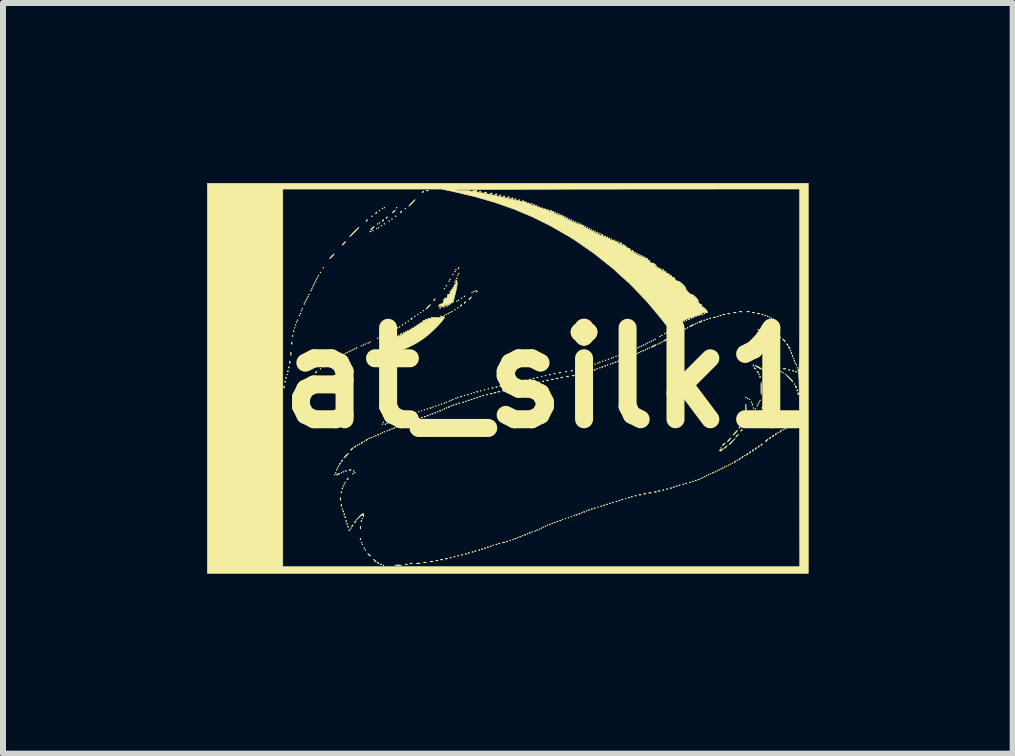
<source format=kicad_pcb>
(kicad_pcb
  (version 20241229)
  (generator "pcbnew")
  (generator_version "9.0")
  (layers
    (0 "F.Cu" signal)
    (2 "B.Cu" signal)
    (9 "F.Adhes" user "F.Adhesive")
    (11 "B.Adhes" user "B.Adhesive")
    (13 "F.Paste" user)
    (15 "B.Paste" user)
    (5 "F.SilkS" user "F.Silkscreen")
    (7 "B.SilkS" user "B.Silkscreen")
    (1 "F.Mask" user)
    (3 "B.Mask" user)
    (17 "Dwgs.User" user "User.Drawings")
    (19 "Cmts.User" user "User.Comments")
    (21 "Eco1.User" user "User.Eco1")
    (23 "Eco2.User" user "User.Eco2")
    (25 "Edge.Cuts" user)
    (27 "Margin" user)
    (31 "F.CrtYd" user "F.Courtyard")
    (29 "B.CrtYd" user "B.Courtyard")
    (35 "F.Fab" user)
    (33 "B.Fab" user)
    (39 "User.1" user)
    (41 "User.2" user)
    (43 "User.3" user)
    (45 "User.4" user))
  (footprint "hat_silk1"
    (layer "F.Cu")
    (at 5.414 3.248)
    (property "Reference" "hat_silk1" (at 0 0 0) (layer "F.SilkS") (effects (font (size 1.524 1.524) (thickness 0.3))))
    (attr through_hole)
    (fp_poly (pts (xy -3.672 -0.056) (xy -3.68 -0.048) (xy -3.688 -0.056) (xy -3.68 -0.064) (xy -3.672 -0.056)) (stroke (width 0.01) (type solid)) (fill yes) (layer "F.SilkS"))
    (fp_poly (pts (xy -3.545 -0.834) (xy -3.553 -0.827) (xy -3.56 -0.834) (xy -3.553 -0.842) (xy -3.545 -0.834)) (stroke (width 0.01) (type solid)) (fill yes) (layer "F.SilkS"))
    (fp_poly (pts (xy -3.529 -0.882) (xy -3.537 -0.874) (xy -3.545 -0.882) (xy -3.537 -0.89) (xy -3.529 -0.882)) (stroke (width 0.01) (type solid)) (fill yes) (layer "F.SilkS"))
    (fp_poly (pts (xy -3.513 -0.93) (xy -3.521 -0.922) (xy -3.529 -0.93) (xy -3.521 -0.938) (xy -3.513 -0.93)) (stroke (width 0.01) (type solid)) (fill yes) (layer "F.SilkS"))
    (fp_poly (pts (xy -3.497 -0.962) (xy -3.505 -0.954) (xy -3.513 -0.962) (xy -3.505 -0.97) (xy -3.497 -0.962)) (stroke (width 0.01) (type solid)) (fill yes) (layer "F.SilkS"))
    (fp_poly (pts (xy -3.465 -1.041) (xy -3.473 -1.033) (xy -3.481 -1.041) (xy -3.473 -1.049) (xy -3.465 -1.041)) (stroke (width 0.01) (type solid)) (fill yes) (layer "F.SilkS"))
    (fp_poly (pts (xy -3.449 -1.073) (xy -3.457 -1.065) (xy -3.465 -1.073) (xy -3.457 -1.081) (xy -3.449 -1.073)) (stroke (width 0.01) (type solid)) (fill yes) (layer "F.SilkS"))
    (fp_poly (pts (xy -3.449 0.23) (xy -3.457 0.238) (xy -3.465 0.23) (xy -3.457 0.223) (xy -3.449 0.23)) (stroke (width 0.01) (type solid)) (fill yes) (layer "F.SilkS"))
    (fp_poly (pts (xy -3.433 -1.121) (xy -3.441 -1.113) (xy -3.449 -1.121) (xy -3.441 -1.129) (xy -3.433 -1.121)) (stroke (width 0.01) (type solid)) (fill yes) (layer "F.SilkS"))
    (fp_poly (pts (xy -3.417 -1.152) (xy -3.425 -1.144) (xy -3.433 -1.152) (xy -3.425 -1.16) (xy -3.417 -1.152)) (stroke (width 0.01) (type solid)) (fill yes) (layer "F.SilkS"))
    (fp_poly (pts (xy -3.417 0.183) (xy -3.425 0.191) (xy -3.433 0.183) (xy -3.425 0.175) (xy -3.417 0.183)) (stroke (width 0.01) (type solid)) (fill yes) (layer "F.SilkS"))
    (fp_poly (pts (xy -3.386 -1.232) (xy -3.394 -1.224) (xy -3.402 -1.232) (xy -3.394 -1.24) (xy -3.386 -1.232)) (stroke (width 0.01) (type solid)) (fill yes) (layer "F.SilkS"))
    (fp_poly (pts (xy -3.37 -1.264) (xy -3.378 -1.256) (xy -3.386 -1.264) (xy -3.378 -1.272) (xy -3.37 -1.264)) (stroke (width 0.01) (type solid)) (fill yes) (layer "F.SilkS"))
    (fp_poly (pts (xy -3.37 0.119) (xy -3.378 0.127) (xy -3.386 0.119) (xy -3.378 0.111) (xy -3.37 0.119)) (stroke (width 0.01) (type solid)) (fill yes) (layer "F.SilkS"))
    (fp_poly (pts (xy -3.354 -1.295) (xy -3.362 -1.287) (xy -3.37 -1.295) (xy -3.362 -1.303) (xy -3.354 -1.295)) (stroke (width 0.01) (type solid)) (fill yes) (layer "F.SilkS"))
    (fp_poly (pts (xy -3.338 -1.327) (xy -3.346 -1.319) (xy -3.354 -1.327) (xy -3.346 -1.335) (xy -3.338 -1.327)) (stroke (width 0.01) (type solid)) (fill yes) (layer "F.SilkS"))
    (fp_poly (pts (xy -3.338 0.072) (xy -3.346 0.079) (xy -3.354 0.072) (xy -3.346 0.064) (xy -3.338 0.072)) (stroke (width 0.01) (type solid)) (fill yes) (layer "F.SilkS"))
    (fp_poly (pts (xy -3.322 -1.359) (xy -3.33 -1.351) (xy -3.338 -1.359) (xy -3.33 -1.367) (xy -3.322 -1.359)) (stroke (width 0.01) (type solid)) (fill yes) (layer "F.SilkS"))
    (fp_poly (pts (xy -3.306 -1.391) (xy -3.314 -1.383) (xy -3.322 -1.391) (xy -3.314 -1.399) (xy -3.306 -1.391)) (stroke (width 0.01) (type solid)) (fill yes) (layer "F.SilkS"))
    (fp_poly (pts (xy -3.274 -1.454) (xy -3.282 -1.446) (xy -3.29 -1.454) (xy -3.282 -1.462) (xy -3.274 -1.454)) (stroke (width 0.01) (type solid)) (fill yes) (layer "F.SilkS"))
    (fp_poly (pts (xy -3.258 -1.486) (xy -3.266 -1.478) (xy -3.274 -1.486) (xy -3.266 -1.494) (xy -3.258 -1.486)) (stroke (width 0.01) (type solid)) (fill yes) (layer "F.SilkS"))
    (fp_poly (pts (xy -3.243 -1.518) (xy -3.251 -1.51) (xy -3.258 -1.518) (xy -3.251 -1.526) (xy -3.243 -1.518)) (stroke (width 0.01) (type solid)) (fill yes) (layer "F.SilkS"))
    (fp_poly (pts (xy -3.227 -1.55) (xy -3.235 -1.542) (xy -3.243 -1.55) (xy -3.235 -1.558) (xy -3.227 -1.55)) (stroke (width 0.01) (type solid)) (fill yes) (layer "F.SilkS"))
    (fp_poly (pts (xy -3.211 -1.582) (xy -3.219 -1.574) (xy -3.227 -1.582) (xy -3.219 -1.589) (xy -3.211 -1.582)) (stroke (width 0.01) (type solid)) (fill yes) (layer "F.SilkS"))
    (fp_poly (pts (xy -3.195 -1.613) (xy -3.203 -1.605) (xy -3.211 -1.613) (xy -3.203 -1.621) (xy -3.195 -1.613)) (stroke (width 0.01) (type solid)) (fill yes) (layer "F.SilkS"))
    (fp_poly (pts (xy -3.179 -1.645) (xy -3.187 -1.637) (xy -3.195 -1.645) (xy -3.187 -1.653) (xy -3.179 -1.645)) (stroke (width 0.01) (type solid)) (fill yes) (layer "F.SilkS"))
    (fp_poly (pts (xy -3.163 -1.677) (xy -3.171 -1.669) (xy -3.179 -1.677) (xy -3.171 -1.685) (xy -3.163 -1.677)) (stroke (width 0.01) (type solid)) (fill yes) (layer "F.SilkS"))
    (fp_poly (pts (xy -3.147 -1.709) (xy -3.155 -1.701) (xy -3.163 -1.709) (xy -3.155 -1.717) (xy -3.147 -1.709)) (stroke (width 0.01) (type solid)) (fill yes) (layer "F.SilkS"))
    (fp_poly (pts (xy -3.115 -1.756) (xy -3.123 -1.748) (xy -3.131 -1.756) (xy -3.123 -1.764) (xy -3.115 -1.756)) (stroke (width 0.01) (type solid)) (fill yes) (layer "F.SilkS"))
    (fp_poly (pts (xy -3.115 -0.151) (xy -3.123 -0.143) (xy -3.131 -0.151) (xy -3.123 -0.159) (xy -3.115 -0.151)) (stroke (width 0.01) (type solid)) (fill yes) (layer "F.SilkS"))
    (fp_poly (pts (xy -3.068 -1.836) (xy -3.076 -1.828) (xy -3.084 -1.836) (xy -3.076 -1.844) (xy -3.068 -1.836)) (stroke (width 0.01) (type solid)) (fill yes) (layer "F.SilkS"))
    (fp_poly (pts (xy -3.004 -0.23) (xy -3.012 -0.223) (xy -3.02 -0.23) (xy -3.012 -0.238) (xy -3.004 -0.23)) (stroke (width 0.01) (type solid)) (fill yes) (layer "F.SilkS"))
    (fp_poly (pts (xy -2.956 -0.262) (xy -2.964 -0.254) (xy -2.972 -0.262) (xy -2.964 -0.27) (xy -2.956 -0.262)) (stroke (width 0.01) (type solid)) (fill yes) (layer "F.SilkS"))
    (fp_poly (pts (xy -2.925 -0.278) (xy -2.933 -0.27) (xy -2.941 -0.278) (xy -2.933 -0.286) (xy -2.925 -0.278)) (stroke (width 0.01) (type solid)) (fill yes) (layer "F.SilkS"))
    (fp_poly (pts (xy -2.877 -0.31) (xy -2.885 -0.302) (xy -2.893 -0.31) (xy -2.885 -0.318) (xy -2.877 -0.31)) (stroke (width 0.01) (type solid)) (fill yes) (layer "F.SilkS"))
    (fp_poly (pts (xy -2.877 1.613) (xy -2.885 1.621) (xy -2.893 1.613) (xy -2.885 1.605) (xy -2.877 1.613)) (stroke (width 0.01) (type solid)) (fill yes) (layer "F.SilkS"))
    (fp_poly (pts (xy -2.861 1.582) (xy -2.869 1.589) (xy -2.877 1.582) (xy -2.869 1.574) (xy -2.861 1.582)) (stroke (width 0.01) (type solid)) (fill yes) (layer "F.SilkS"))
    (fp_poly (pts (xy -2.845 -0.326) (xy -2.853 -0.318) (xy -2.861 -0.326) (xy -2.853 -0.334) (xy -2.845 -0.326)) (stroke (width 0.01) (type solid)) (fill yes) (layer "F.SilkS"))
    (fp_poly (pts (xy -2.845 1.534) (xy -2.853 1.542) (xy -2.861 1.534) (xy -2.853 1.526) (xy -2.845 1.534)) (stroke (width 0.01) (type solid)) (fill yes) (layer "F.SilkS"))
    (fp_poly (pts (xy -2.829 1.502) (xy -2.837 1.51) (xy -2.845 1.502) (xy -2.837 1.494) (xy -2.829 1.502)) (stroke (width 0.01) (type solid)) (fill yes) (layer "F.SilkS"))
    (fp_poly (pts (xy -2.813 1.47) (xy -2.821 1.478) (xy -2.829 1.47) (xy -2.821 1.462) (xy -2.813 1.47)) (stroke (width 0.01) (type solid)) (fill yes) (layer "F.SilkS"))
    (fp_poly (pts (xy -2.797 -0.358) (xy -2.805 -0.35) (xy -2.813 -0.358) (xy -2.805 -0.366) (xy -2.797 -0.358)) (stroke (width 0.01) (type solid)) (fill yes) (layer "F.SilkS"))
    (fp_poly (pts (xy -2.766 -0.374) (xy -2.774 -0.366) (xy -2.782 -0.374) (xy -2.774 -0.381) (xy -2.766 -0.374)) (stroke (width 0.01) (type solid)) (fill yes) (layer "F.SilkS"))
    (fp_poly (pts (xy -2.766 1.582) (xy -2.774 1.589) (xy -2.782 1.582) (xy -2.774 1.574) (xy -2.766 1.582)) (stroke (width 0.01) (type solid)) (fill yes) (layer "F.SilkS"))
    (fp_poly (pts (xy -2.75 2.186) (xy -2.758 2.193) (xy -2.766 2.186) (xy -2.758 2.178) (xy -2.75 2.186)) (stroke (width 0.01) (type solid)) (fill yes) (layer "F.SilkS"))
    (fp_poly (pts (xy -2.734 -0.389) (xy -2.742 -0.381) (xy -2.75 -0.389) (xy -2.742 -0.397) (xy -2.734 -0.389)) (stroke (width 0.01) (type solid)) (fill yes) (layer "F.SilkS"))
    (fp_poly (pts (xy -2.734 1.566) (xy -2.742 1.574) (xy -2.75 1.566) (xy -2.742 1.558) (xy -2.734 1.566)) (stroke (width 0.01) (type solid)) (fill yes) (layer "F.SilkS"))
    (fp_poly (pts (xy -2.734 1.804) (xy -2.742 1.812) (xy -2.75 1.804) (xy -2.742 1.796) (xy -2.734 1.804)) (stroke (width 0.01) (type solid)) (fill yes) (layer "F.SilkS"))
    (fp_poly (pts (xy -2.718 1.772) (xy -2.726 1.78) (xy -2.734 1.772) (xy -2.726 1.764) (xy -2.718 1.772)) (stroke (width 0.01) (type solid)) (fill yes) (layer "F.SilkS"))
    (fp_poly (pts (xy -2.702 -0.405) (xy -2.71 -0.397) (xy -2.718 -0.405) (xy -2.71 -0.413) (xy -2.702 -0.405)) (stroke (width 0.01) (type solid)) (fill yes) (layer "F.SilkS"))
    (fp_poly (pts (xy -2.702 1.74) (xy -2.71 1.748) (xy -2.718 1.74) (xy -2.71 1.733) (xy -2.702 1.74)) (stroke (width 0.01) (type solid)) (fill yes) (layer "F.SilkS"))
    (fp_poly (pts (xy -2.67 -0.421) (xy -2.678 -0.413) (xy -2.686 -0.421) (xy -2.678 -0.429) (xy -2.67 -0.421)) (stroke (width 0.01) (type solid)) (fill yes) (layer "F.SilkS"))
    (fp_poly (pts (xy -2.639 -0.437) (xy -2.646 -0.429) (xy -2.654 -0.437) (xy -2.646 -0.445) (xy -2.639 -0.437)) (stroke (width 0.01) (type solid)) (fill yes) (layer "F.SilkS"))
    (fp_poly (pts (xy -2.607 -0.453) (xy -2.615 -0.445) (xy -2.623 -0.453) (xy -2.615 -0.461) (xy -2.607 -0.453)) (stroke (width 0.01) (type solid)) (fill yes) (layer "F.SilkS"))
    (fp_poly (pts (xy -2.607 2.503) (xy -2.615 2.511) (xy -2.623 2.503) (xy -2.615 2.495) (xy -2.607 2.503)) (stroke (width 0.01) (type solid)) (fill yes) (layer "F.SilkS"))
    (fp_poly (pts (xy -2.575 -0.469) (xy -2.583 -0.461) (xy -2.591 -0.469) (xy -2.583 -0.477) (xy -2.575 -0.469)) (stroke (width 0.01) (type solid)) (fill yes) (layer "F.SilkS"))
    (fp_poly (pts (xy -2.575 1.597) (xy -2.583 1.605) (xy -2.591 1.597) (xy -2.583 1.589) (xy -2.575 1.597)) (stroke (width 0.01) (type solid)) (fill yes) (layer "F.SilkS"))
    (fp_poly (pts (xy -2.559 1.55) (xy -2.567 1.558) (xy -2.575 1.55) (xy -2.567 1.542) (xy -2.559 1.55)) (stroke (width 0.01) (type solid)) (fill yes) (layer "F.SilkS"))
    (fp_poly (pts (xy -2.543 -0.485) (xy -2.551 -0.477) (xy -2.559 -0.485) (xy -2.551 -0.493) (xy -2.543 -0.485)) (stroke (width 0.01) (type solid)) (fill yes) (layer "F.SilkS"))
    (fp_poly (pts (xy -2.543 1.582) (xy -2.551 1.589) (xy -2.559 1.582) (xy -2.551 1.574) (xy -2.543 1.582)) (stroke (width 0.01) (type solid)) (fill yes) (layer "F.SilkS"))
    (fp_poly (pts (xy -2.511 -0.501) (xy -2.519 -0.493) (xy -2.527 -0.501) (xy -2.519 -0.509) (xy -2.511 -0.501)) (stroke (width 0.01) (type solid)) (fill yes) (layer "F.SilkS"))
    (fp_poly (pts (xy -2.495 1.121) (xy -2.503 1.129) (xy -2.511 1.121) (xy -2.503 1.113) (xy -2.495 1.121)) (stroke (width 0.01) (type solid)) (fill yes) (layer "F.SilkS"))
    (fp_poly (pts (xy -2.464 1.105) (xy -2.472 1.113) (xy -2.48 1.105) (xy -2.472 1.097) (xy -2.464 1.105)) (stroke (width 0.01) (type solid)) (fill yes) (layer "F.SilkS"))
    (fp_poly (pts (xy -2.432 -0.532) (xy -2.44 -0.525) (xy -2.448 -0.532) (xy -2.44 -0.54) (xy -2.432 -0.532)) (stroke (width 0.01) (type solid)) (fill yes) (layer "F.SilkS"))
    (fp_poly (pts (xy -2.432 2.742) (xy -2.44 2.75) (xy -2.448 2.742) (xy -2.44 2.734) (xy -2.432 2.742)) (stroke (width 0.01) (type solid)) (fill yes) (layer "F.SilkS"))
    (fp_poly (pts (xy -2.416 2.344) (xy -2.424 2.352) (xy -2.432 2.344) (xy -2.424 2.337) (xy -2.416 2.344)) (stroke (width 0.01) (type solid)) (fill yes) (layer "F.SilkS"))
    (fp_poly (pts (xy -2.416 2.774) (xy -2.424 2.782) (xy -2.432 2.774) (xy -2.424 2.766) (xy -2.416 2.774)) (stroke (width 0.01) (type solid)) (fill yes) (layer "F.SilkS"))
    (fp_poly (pts (xy -2.4 -0.548) (xy -2.408 -0.54) (xy -2.416 -0.548) (xy -2.408 -0.556) (xy -2.4 -0.548)) (stroke (width 0.01) (type solid)) (fill yes) (layer "F.SilkS"))
    (fp_poly (pts (xy -2.384 1.057) (xy -2.392 1.065) (xy -2.4 1.057) (xy -2.392 1.049) (xy -2.384 1.057)) (stroke (width 0.01) (type solid)) (fill yes) (layer "F.SilkS"))
    (fp_poly (pts (xy -2.384 2.837) (xy -2.392 2.845) (xy -2.4 2.837) (xy -2.392 2.829) (xy -2.384 2.837)) (stroke (width 0.01) (type solid)) (fill yes) (layer "F.SilkS"))
    (fp_poly (pts (xy -2.368 -0.564) (xy -2.376 -0.556) (xy -2.384 -0.564) (xy -2.376 -0.572) (xy -2.368 -0.564)) (stroke (width 0.01) (type solid)) (fill yes) (layer "F.SilkS"))
    (fp_poly (pts (xy -2.368 2.869) (xy -2.376 2.877) (xy -2.384 2.869) (xy -2.376 2.861) (xy -2.368 2.869)) (stroke (width 0.01) (type solid)) (fill yes) (layer "F.SilkS"))
    (fp_poly (pts (xy -2.321 -0.58) (xy -2.329 -0.572) (xy -2.337 -0.58) (xy -2.329 -0.588) (xy -2.321 -0.58)) (stroke (width 0.01) (type solid)) (fill yes) (layer "F.SilkS"))
    (fp_poly (pts (xy -2.305 1.009) (xy -2.313 1.017) (xy -2.321 1.009) (xy -2.313 1.001) (xy -2.305 1.009)) (stroke (width 0.01) (type solid)) (fill yes) (layer "F.SilkS"))
    (fp_poly (pts (xy -2.289 -0.596) (xy -2.297 -0.588) (xy -2.305 -0.596) (xy -2.297 -0.604) (xy -2.289 -0.596)) (stroke (width 0.01) (type solid)) (fill yes) (layer "F.SilkS"))
    (fp_poly (pts (xy -2.257 -2.694) (xy -2.265 -2.686) (xy -2.273 -2.694) (xy -2.265 -2.702) (xy -2.257 -2.694)) (stroke (width 0.01) (type solid)) (fill yes) (layer "F.SilkS"))
    (fp_poly (pts (xy -2.241 -2.456) (xy -2.249 -2.448) (xy -2.257 -2.456) (xy -2.249 -2.464) (xy -2.241 -2.456)) (stroke (width 0.01) (type solid)) (fill yes) (layer "F.SilkS"))
    (fp_poly (pts (xy -2.225 0.978) (xy -2.233 0.985) (xy -2.241 0.978) (xy -2.233 0.97) (xy -2.225 0.978)) (stroke (width 0.01) (type solid)) (fill yes) (layer "F.SilkS"))
    (fp_poly (pts (xy -2.193 0.962) (xy -2.201 0.97) (xy -2.209 0.962) (xy -2.201 0.954) (xy -2.193 0.962)) (stroke (width 0.01) (type solid)) (fill yes) (layer "F.SilkS"))
    (fp_poly (pts (xy -2.178 -2.488) (xy -2.186 -2.48) (xy -2.193 -2.488) (xy -2.186 -2.495) (xy -2.178 -2.488)) (stroke (width 0.01) (type solid)) (fill yes) (layer "F.SilkS"))
    (fp_poly (pts (xy -2.162 -2.567) (xy -2.17 -2.559) (xy -2.178 -2.567) (xy -2.17 -2.575) (xy -2.162 -2.567)) (stroke (width 0.01) (type solid)) (fill yes) (layer "F.SilkS"))
    (fp_poly (pts (xy -2.162 -0.66) (xy -2.17 -0.652) (xy -2.178 -0.66) (xy -2.17 -0.668) (xy -2.162 -0.66)) (stroke (width 0.01) (type solid)) (fill yes) (layer "F.SilkS"))
    (fp_poly (pts (xy -2.146 -2.503) (xy -2.154 -2.495) (xy -2.162 -2.503) (xy -2.154 -2.511) (xy -2.146 -2.503)) (stroke (width 0.01) (type solid)) (fill yes) (layer "F.SilkS"))
    (fp_poly (pts (xy -2.13 -2.79) (xy -2.138 -2.782) (xy -2.146 -2.79) (xy -2.138 -2.797) (xy -2.13 -2.79)) (stroke (width 0.01) (type solid)) (fill yes) (layer "F.SilkS"))
    (fp_poly (pts (xy -2.13 -2.583) (xy -2.138 -2.575) (xy -2.146 -2.583) (xy -2.138 -2.591) (xy -2.13 -2.583)) (stroke (width 0.01) (type solid)) (fill yes) (layer "F.SilkS"))
    (fp_poly (pts (xy -2.13 -0.676) (xy -2.138 -0.668) (xy -2.146 -0.676) (xy -2.138 -0.683) (xy -2.13 -0.676)) (stroke (width 0.01) (type solid)) (fill yes) (layer "F.SilkS"))
    (fp_poly (pts (xy -2.114 0.93) (xy -2.122 0.938) (xy -2.13 0.93) (xy -2.122 0.922) (xy -2.114 0.93)) (stroke (width 0.01) (type solid)) (fill yes) (layer "F.SilkS"))
    (fp_poly (pts (xy -2.098 -2.535) (xy -2.106 -2.527) (xy -2.114 -2.535) (xy -2.106 -2.543) (xy -2.098 -2.535)) (stroke (width 0.01) (type solid)) (fill yes) (layer "F.SilkS"))
    (fp_poly (pts (xy -2.082 -2.821) (xy -2.09 -2.813) (xy -2.098 -2.821) (xy -2.09 -2.829) (xy -2.082 -2.821)) (stroke (width 0.01) (type solid)) (fill yes) (layer "F.SilkS"))
    (fp_poly (pts (xy -2.082 -0.707) (xy -2.09 -0.699) (xy -2.098 -0.707) (xy -2.09 -0.715) (xy -2.082 -0.707)) (stroke (width 0.01) (type solid)) (fill yes) (layer "F.SilkS"))
    (fp_poly (pts (xy -2.082 0.771) (xy -2.09 0.779) (xy -2.098 0.771) (xy -2.09 0.763) (xy -2.082 0.771)) (stroke (width 0.01) (type solid)) (fill yes) (layer "F.SilkS"))
    (fp_poly (pts (xy -2.082 0.914) (xy -2.09 0.922) (xy -2.098 0.914) (xy -2.09 0.906) (xy -2.082 0.914)) (stroke (width 0.01) (type solid)) (fill yes) (layer "F.SilkS"))
    (fp_poly (pts (xy -2.066 0.739) (xy -2.074 0.747) (xy -2.082 0.739) (xy -2.074 0.731) (xy -2.066 0.739)) (stroke (width 0.01) (type solid)) (fill yes) (layer "F.SilkS"))
    (fp_poly (pts (xy -2.066 3.123) (xy -2.074 3.131) (xy -2.082 3.123) (xy -2.074 3.115) (xy -2.066 3.123)) (stroke (width 0.01) (type solid)) (fill yes) (layer "F.SilkS"))
    (fp_poly (pts (xy -2.05 -2.837) (xy -2.058 -2.829) (xy -2.066 -2.837) (xy -2.058 -2.845) (xy -2.05 -2.837)) (stroke (width 0.01) (type solid)) (fill yes) (layer "F.SilkS"))
    (fp_poly (pts (xy -2.05 -2.567) (xy -2.058 -2.559) (xy -2.066 -2.567) (xy -2.058 -2.575) (xy -2.05 -2.567)) (stroke (width 0.01) (type solid)) (fill yes) (layer "F.SilkS"))
    (fp_poly (pts (xy -2.05 -0.723) (xy -2.058 -0.715) (xy -2.066 -0.723) (xy -2.058 -0.731) (xy -2.05 -0.723)) (stroke (width 0.01) (type solid)) (fill yes) (layer "F.SilkS"))
    (fp_poly (pts (xy -2.05 0.898) (xy -2.058 0.906) (xy -2.066 0.898) (xy -2.058 0.89) (xy -2.05 0.898)) (stroke (width 0.01) (type solid)) (fill yes) (layer "F.SilkS"))
    (fp_poly (pts (xy -2.035 0.66) (xy -2.042 0.668) (xy -2.05 0.66) (xy -2.042 0.652) (xy -2.035 0.66)) (stroke (width 0.01) (type solid)) (fill yes) (layer "F.SilkS"))
    (fp_poly (pts (xy -2.035 0.771) (xy -2.042 0.779) (xy -2.05 0.771) (xy -2.042 0.763) (xy -2.035 0.771)) (stroke (width 0.01) (type solid)) (fill yes) (layer "F.SilkS"))
    (fp_poly (pts (xy -2.019 -0.739) (xy -2.027 -0.731) (xy -2.035 -0.739) (xy -2.027 -0.747) (xy -2.019 -0.739)) (stroke (width 0.01) (type solid)) (fill yes) (layer "F.SilkS"))
    (fp_poly (pts (xy -2.003 0.58) (xy -2.011 0.588) (xy -2.019 0.58) (xy -2.011 0.572) (xy -2.003 0.58)) (stroke (width 0.01) (type solid)) (fill yes) (layer "F.SilkS"))
    (fp_poly (pts (xy -2.003 0.755) (xy -2.011 0.763) (xy -2.019 0.755) (xy -2.011 0.747) (xy -2.003 0.755)) (stroke (width 0.01) (type solid)) (fill yes) (layer "F.SilkS"))
    (fp_poly (pts (xy -2.003 0.882) (xy -2.011 0.89) (xy -2.019 0.882) (xy -2.011 0.874) (xy -2.003 0.882)) (stroke (width 0.01) (type solid)) (fill yes) (layer "F.SilkS"))
    (fp_poly (pts (xy -1.987 -0.755) (xy -1.995 -0.747) (xy -2.003 -0.755) (xy -1.995 -0.763) (xy -1.987 -0.755)) (stroke (width 0.01) (type solid)) (fill yes) (layer "F.SilkS"))
    (fp_poly (pts (xy -1.987 0.517) (xy -1.995 0.525) (xy -2.003 0.517) (xy -1.995 0.509) (xy -1.987 0.517)) (stroke (width 0.01) (type solid)) (fill yes) (layer "F.SilkS"))
    (fp_poly (pts (xy -1.971 -2.615) (xy -1.979 -2.607) (xy -1.987 -2.615) (xy -1.979 -2.623) (xy -1.971 -2.615)) (stroke (width 0.01) (type solid)) (fill yes) (layer "F.SilkS"))
    (fp_poly (pts (xy -1.971 0.739) (xy -1.979 0.747) (xy -1.987 0.739) (xy -1.979 0.731) (xy -1.971 0.739)) (stroke (width 0.01) (type solid)) (fill yes) (layer "F.SilkS"))
    (fp_poly (pts (xy -1.955 -0.771) (xy -1.963 -0.763) (xy -1.971 -0.771) (xy -1.963 -0.779) (xy -1.955 -0.771)) (stroke (width 0.01) (type solid)) (fill yes) (layer "F.SilkS"))
    (fp_poly (pts (xy -1.939 0.723) (xy -1.947 0.731) (xy -1.955 0.723) (xy -1.947 0.715) (xy -1.939 0.723)) (stroke (width 0.01) (type solid)) (fill yes) (layer "F.SilkS"))
    (fp_poly (pts (xy -1.923 -2.646) (xy -1.931 -2.639) (xy -1.939 -2.646) (xy -1.931 -2.654) (xy -1.923 -2.646)) (stroke (width 0.01) (type solid)) (fill yes) (layer "F.SilkS"))
    (fp_poly (pts (xy -1.923 0.85) (xy -1.931 0.858) (xy -1.939 0.85) (xy -1.931 0.842) (xy -1.923 0.85)) (stroke (width 0.01) (type solid)) (fill yes) (layer "F.SilkS"))
    (fp_poly (pts (xy -1.907 0.707) (xy -1.915 0.715) (xy -1.923 0.707) (xy -1.915 0.699) (xy -1.907 0.707)) (stroke (width 0.01) (type solid)) (fill yes) (layer "F.SilkS"))
    (fp_poly (pts (xy -1.876 0.691) (xy -1.884 0.699) (xy -1.891 0.691) (xy -1.884 0.683) (xy -1.876 0.691)) (stroke (width 0.01) (type solid)) (fill yes) (layer "F.SilkS"))
    (fp_poly (pts (xy -1.86 -2.694) (xy -1.868 -2.686) (xy -1.876 -2.694) (xy -1.868 -2.702) (xy -1.86 -2.694)) (stroke (width 0.01) (type solid)) (fill yes) (layer "F.SilkS"))
    (fp_poly (pts (xy -1.844 -2.837) (xy -1.852 -2.829) (xy -1.86 -2.837) (xy -1.852 -2.845) (xy -1.844 -2.837)) (stroke (width 0.01) (type solid)) (fill yes) (layer "F.SilkS"))
    (fp_poly (pts (xy -1.844 0.676) (xy -1.852 0.683) (xy -1.86 0.676) (xy -1.852 0.668) (xy -1.844 0.676)) (stroke (width 0.01) (type solid)) (fill yes) (layer "F.SilkS"))
    (fp_poly (pts (xy -1.844 0.819) (xy -1.852 0.827) (xy -1.86 0.819) (xy -1.852 0.811) (xy -1.844 0.819)) (stroke (width 0.01) (type solid)) (fill yes) (layer "F.SilkS"))
    (fp_poly (pts (xy -1.828 -0.834) (xy -1.836 -0.827) (xy -1.844 -0.834) (xy -1.836 -0.842) (xy -1.828 -0.834)) (stroke (width 0.01) (type solid)) (fill yes) (layer "F.SilkS"))
    (fp_poly (pts (xy -1.812 -0.707) (xy -1.82 -0.699) (xy -1.828 -0.707) (xy -1.82 -0.715) (xy -1.812 -0.707)) (stroke (width 0.01) (type solid)) (fill yes) (layer "F.SilkS"))
    (fp_poly (pts (xy -1.796 -0.85) (xy -1.804 -0.842) (xy -1.812 -0.85) (xy -1.804 -0.858) (xy -1.796 -0.85)) (stroke (width 0.01) (type solid)) (fill yes) (layer "F.SilkS"))
    (fp_poly (pts (xy -1.796 0.66) (xy -1.804 0.668) (xy -1.812 0.66) (xy -1.804 0.652) (xy -1.796 0.66)) (stroke (width 0.01) (type solid)) (fill yes) (layer "F.SilkS"))
    (fp_poly (pts (xy -1.748 -0.882) (xy -1.756 -0.874) (xy -1.764 -0.882) (xy -1.756 -0.89) (xy -1.748 -0.882)) (stroke (width 0.01) (type solid)) (fill yes) (layer "F.SilkS"))
    (fp_poly (pts (xy -1.748 0.644) (xy -1.756 0.652) (xy -1.764 0.644) (xy -1.756 0.636) (xy -1.748 0.644)) (stroke (width 0.01) (type solid)) (fill yes) (layer "F.SilkS"))
    (fp_poly (pts (xy -1.701 -2.821) (xy -1.709 -2.813) (xy -1.717 -2.821) (xy -1.709 -2.829) (xy -1.701 -2.821)) (stroke (width 0.01) (type solid)) (fill yes) (layer "F.SilkS"))
    (fp_poly (pts (xy -1.701 -0.914) (xy -1.709 -0.906) (xy -1.717 -0.914) (xy -1.709 -0.922) (xy -1.701 -0.914)) (stroke (width 0.01) (type solid)) (fill yes) (layer "F.SilkS"))
    (fp_poly (pts (xy -1.701 0.628) (xy -1.709 0.636) (xy -1.717 0.628) (xy -1.709 0.62) (xy -1.701 0.628)) (stroke (width 0.01) (type solid)) (fill yes) (layer "F.SilkS"))
    (fp_poly (pts (xy -1.685 0.755) (xy -1.693 0.763) (xy -1.701 0.755) (xy -1.693 0.747) (xy -1.685 0.755)) (stroke (width 0.01) (type solid)) (fill yes) (layer "F.SilkS"))
    (fp_poly (pts (xy -1.653 -0.946) (xy -1.661 -0.938) (xy -1.669 -0.946) (xy -1.661 -0.954) (xy -1.653 -0.946)) (stroke (width 0.01) (type solid)) (fill yes) (layer "F.SilkS"))
    (fp_poly (pts (xy -1.653 0.612) (xy -1.661 0.62) (xy -1.669 0.612) (xy -1.661 0.604) (xy -1.653 0.612)) (stroke (width 0.01) (type solid)) (fill yes) (layer "F.SilkS"))
    (fp_poly (pts (xy -1.542 -1.025) (xy -1.55 -1.017) (xy -1.558 -1.025) (xy -1.55 -1.033) (xy -1.542 -1.025)) (stroke (width 0.01) (type solid)) (fill yes) (layer "F.SilkS"))
    (fp_poly (pts (xy -1.51 0.691) (xy -1.518 0.699) (xy -1.526 0.691) (xy -1.518 0.683) (xy -1.51 0.691)) (stroke (width 0.01) (type solid)) (fill yes) (layer "F.SilkS"))
    (fp_poly (pts (xy -1.494 -1.057) (xy -1.502 -1.049) (xy -1.51 -1.057) (xy -1.502 -1.065) (xy -1.494 -1.057)) (stroke (width 0.01) (type solid)) (fill yes) (layer "F.SilkS"))
    (fp_poly (pts (xy -1.478 0.564) (xy -1.486 0.572) (xy -1.494 0.564) (xy -1.486 0.556) (xy -1.478 0.564)) (stroke (width 0.01) (type solid)) (fill yes) (layer "F.SilkS"))
    (fp_poly (pts (xy -1.446 -1.089) (xy -1.454 -1.081) (xy -1.462 -1.089) (xy -1.454 -1.097) (xy -1.446 -1.089)) (stroke (width 0.01) (type solid)) (fill yes) (layer "F.SilkS"))
    (fp_poly (pts (xy -1.431 0.548) (xy -1.438 0.556) (xy -1.446 0.548) (xy -1.438 0.54) (xy -1.431 0.548)) (stroke (width 0.01) (type solid)) (fill yes) (layer "F.SilkS"))
    (fp_poly (pts (xy -1.399 -1.121) (xy -1.407 -1.113) (xy -1.415 -1.121) (xy -1.407 -1.129) (xy -1.399 -1.121)) (stroke (width 0.01) (type solid)) (fill yes) (layer "F.SilkS"))
    (fp_poly (pts (xy -1.383 0.532) (xy -1.391 0.54) (xy -1.399 0.532) (xy -1.391 0.525) (xy -1.383 0.532)) (stroke (width 0.01) (type solid)) (fill yes) (layer "F.SilkS"))
    (fp_poly (pts (xy -1.335 0.517) (xy -1.343 0.525) (xy -1.351 0.517) (xy -1.343 0.509) (xy -1.335 0.517)) (stroke (width 0.01) (type solid)) (fill yes) (layer "F.SilkS"))
    (fp_poly (pts (xy -1.287 0.612) (xy -1.295 0.62) (xy -1.303 0.612) (xy -1.295 0.604) (xy -1.287 0.612)) (stroke (width 0.01) (type solid)) (fill yes) (layer "F.SilkS"))
    (fp_poly (pts (xy -1.24 0.485) (xy -1.248 0.493) (xy -1.256 0.485) (xy -1.248 0.477) (xy -1.24 0.485)) (stroke (width 0.01) (type solid)) (fill yes) (layer "F.SilkS"))
    (fp_poly (pts (xy -1.192 0.469) (xy -1.2 0.477) (xy -1.208 0.469) (xy -1.2 0.461) (xy -1.192 0.469)) (stroke (width 0.01) (type solid)) (fill yes) (layer "F.SilkS"))
    (fp_poly (pts (xy -1.16 0.564) (xy -1.168 0.572) (xy -1.176 0.564) (xy -1.168 0.556) (xy -1.16 0.564)) (stroke (width 0.01) (type solid)) (fill yes) (layer "F.SilkS"))
    (fp_poly (pts (xy -1.144 0.453) (xy -1.152 0.461) (xy -1.16 0.453) (xy -1.152 0.445) (xy -1.144 0.453)) (stroke (width 0.01) (type solid)) (fill yes) (layer "F.SilkS"))
    (fp_poly (pts (xy -1.097 0.437) (xy -1.105 0.445) (xy -1.113 0.437) (xy -1.105 0.429) (xy -1.097 0.437)) (stroke (width 0.01) (type solid)) (fill yes) (layer "F.SilkS"))
    (fp_poly (pts (xy -1.081 0.532) (xy -1.089 0.54) (xy -1.097 0.532) (xy -1.089 0.525) (xy -1.081 0.532)) (stroke (width 0.01) (type solid)) (fill yes) (layer "F.SilkS"))
    (fp_poly (pts (xy -1.049 -1.486) (xy -1.057 -1.478) (xy -1.065 -1.486) (xy -1.057 -1.494) (xy -1.049 -1.486)) (stroke (width 0.01) (type solid)) (fill yes) (layer "F.SilkS"))
    (fp_poly (pts (xy -1.049 -1.041) (xy -1.057 -1.033) (xy -1.065 -1.041) (xy -1.057 -1.049) (xy -1.049 -1.041)) (stroke (width 0.01) (type solid)) (fill yes) (layer "F.SilkS"))
    (fp_poly (pts (xy -1.049 0.421) (xy -1.057 0.429) (xy -1.065 0.421) (xy -1.057 0.413) (xy -1.049 0.421)) (stroke (width 0.01) (type solid)) (fill yes) (layer "F.SilkS"))
    (fp_poly (pts (xy -1.049 0.517) (xy -1.057 0.525) (xy -1.065 0.517) (xy -1.057 0.509) (xy -1.049 0.517)) (stroke (width 0.01) (type solid)) (fill yes) (layer "F.SilkS"))
    (fp_poly (pts (xy -1.017 -1.534) (xy -1.025 -1.526) (xy -1.033 -1.534) (xy -1.025 -1.542) (xy -1.017 -1.534)) (stroke (width 0.01) (type solid)) (fill yes) (layer "F.SilkS"))
    (fp_poly (pts (xy -1.017 -1.057) (xy -1.025 -1.049) (xy -1.033 -1.057) (xy -1.025 -1.065) (xy -1.017 -1.057)) (stroke (width 0.01) (type solid)) (fill yes) (layer "F.SilkS"))
    (fp_poly (pts (xy -1.017 0.405) (xy -1.025 0.413) (xy -1.033 0.405) (xy -1.025 0.397) (xy -1.017 0.405)) (stroke (width 0.01) (type solid)) (fill yes) (layer "F.SilkS"))
    (fp_poly (pts (xy -1.017 0.501) (xy -1.025 0.509) (xy -1.033 0.501) (xy -1.025 0.493) (xy -1.017 0.501)) (stroke (width 0.01) (type solid)) (fill yes) (layer "F.SilkS"))
    (fp_poly (pts (xy -0.985 -1.073) (xy -0.993 -1.065) (xy -1.001 -1.073) (xy -0.993 -1.081) (xy -0.985 -1.073)) (stroke (width 0.01) (type solid)) (fill yes) (layer "F.SilkS"))
    (fp_poly (pts (xy -0.97 -1.613) (xy -0.978 -1.605) (xy -0.985 -1.613) (xy -0.978 -1.621) (xy -0.97 -1.613)) (stroke (width 0.01) (type solid)) (fill yes) (layer "F.SilkS"))
    (fp_poly (pts (xy -0.97 0.389) (xy -0.978 0.397) (xy -0.985 0.389) (xy -0.978 0.381) (xy -0.97 0.389)) (stroke (width 0.01) (type solid)) (fill yes) (layer "F.SilkS"))
    (fp_poly (pts (xy -0.954 -1.645) (xy -0.962 -1.637) (xy -0.97 -1.645) (xy -0.962 -1.653) (xy -0.954 -1.645)) (stroke (width 0.01) (type solid)) (fill yes) (layer "F.SilkS"))
    (fp_poly (pts (xy -0.954 -1.438) (xy -0.962 -1.431) (xy -0.97 -1.438) (xy -0.962 -1.446) (xy -0.954 -1.438)) (stroke (width 0.01) (type solid)) (fill yes) (layer "F.SilkS"))
    (fp_poly (pts (xy -0.954 -1.089) (xy -0.962 -1.081) (xy -0.97 -1.089) (xy -0.962 -1.097) (xy -0.954 -1.089)) (stroke (width 0.01) (type solid)) (fill yes) (layer "F.SilkS"))
    (fp_poly (pts (xy -0.938 0.374) (xy -0.946 0.381) (xy -0.954 0.374) (xy -0.946 0.366) (xy -0.938 0.374)) (stroke (width 0.01) (type solid)) (fill yes) (layer "F.SilkS"))
    (fp_poly (pts (xy -0.938 0.469) (xy -0.946 0.477) (xy -0.954 0.469) (xy -0.946 0.461) (xy -0.938 0.469)) (stroke (width 0.01) (type solid)) (fill yes) (layer "F.SilkS"))
    (fp_poly (pts (xy -0.922 -1.105) (xy -0.93 -1.097) (xy -0.938 -1.105) (xy -0.93 -1.113) (xy -0.922 -1.105)) (stroke (width 0.01) (type solid)) (fill yes) (layer "F.SilkS"))
    (fp_poly (pts (xy -0.906 -1.725) (xy -0.914 -1.717) (xy -0.922 -1.725) (xy -0.914 -1.733) (xy -0.906 -1.725)) (stroke (width 0.01) (type solid)) (fill yes) (layer "F.SilkS"))
    (fp_poly (pts (xy -0.906 0.358) (xy -0.914 0.366) (xy -0.922 0.358) (xy -0.914 0.35) (xy -0.906 0.358)) (stroke (width 0.01) (type solid)) (fill yes) (layer "F.SilkS"))
    (fp_poly (pts (xy -0.874 -1.772) (xy -0.882 -1.764) (xy -0.89 -1.772) (xy -0.882 -1.78) (xy -0.874 -1.772)) (stroke (width 0.01) (type solid)) (fill yes) (layer "F.SilkS"))
    (fp_poly (pts (xy -0.874 -1.597) (xy -0.882 -1.589) (xy -0.89 -1.597) (xy -0.882 -1.605) (xy -0.874 -1.597)) (stroke (width 0.01) (type solid)) (fill yes) (layer "F.SilkS"))
    (fp_poly (pts (xy -0.874 -1.136) (xy -0.882 -1.129) (xy -0.89 -1.136) (xy -0.882 -1.144) (xy -0.874 -1.136)) (stroke (width 0.01) (type solid)) (fill yes) (layer "F.SilkS"))
    (fp_poly (pts (xy -0.858 -1.804) (xy -0.866 -1.796) (xy -0.874 -1.804) (xy -0.866 -1.812) (xy -0.858 -1.804)) (stroke (width 0.01) (type solid)) (fill yes) (layer "F.SilkS"))
    (fp_poly (pts (xy -0.858 0.342) (xy -0.866 0.35) (xy -0.874 0.342) (xy -0.866 0.334) (xy -0.858 0.342)) (stroke (width 0.01) (type solid)) (fill yes) (layer "F.SilkS"))
    (fp_poly (pts (xy -0.842 -1.661) (xy -0.85 -1.653) (xy -0.858 -1.661) (xy -0.85 -1.669) (xy -0.842 -1.661)) (stroke (width 0.01) (type solid)) (fill yes) (layer "F.SilkS"))
    (fp_poly (pts (xy -0.842 -1.28) (xy -0.85 -1.272) (xy -0.858 -1.28) (xy -0.85 -1.287) (xy -0.842 -1.28)) (stroke (width 0.01) (type solid)) (fill yes) (layer "F.SilkS"))
    (fp_poly (pts (xy -0.827 -1.709) (xy -0.834 -1.701) (xy -0.842 -1.709) (xy -0.834 -1.717) (xy -0.827 -1.709)) (stroke (width 0.01) (type solid)) (fill yes) (layer "F.SilkS"))
    (fp_poly (pts (xy -0.827 -1.168) (xy -0.834 -1.16) (xy -0.842 -1.168) (xy -0.834 -1.176) (xy -0.827 -1.168)) (stroke (width 0.01) (type solid)) (fill yes) (layer "F.SilkS"))
    (fp_poly (pts (xy -0.827 0.326) (xy -0.834 0.334) (xy -0.842 0.326) (xy -0.834 0.318) (xy -0.827 0.326)) (stroke (width 0.01) (type solid)) (fill yes) (layer "F.SilkS"))
    (fp_poly (pts (xy -0.811 -1.74) (xy -0.819 -1.733) (xy -0.827 -1.74) (xy -0.819 -1.748) (xy -0.811 -1.74)) (stroke (width 0.01) (type solid)) (fill yes) (layer "F.SilkS"))
    (fp_poly (pts (xy -0.811 -1.295) (xy -0.819 -1.287) (xy -0.827 -1.295) (xy -0.819 -1.303) (xy -0.811 -1.295)) (stroke (width 0.01) (type solid)) (fill yes) (layer "F.SilkS"))
    (fp_poly (pts (xy -0.763 -1.327) (xy -0.771 -1.319) (xy -0.779 -1.327) (xy -0.771 -1.335) (xy -0.763 -1.327)) (stroke (width 0.01) (type solid)) (fill yes) (layer "F.SilkS"))
    (fp_poly (pts (xy -0.715 -1.359) (xy -0.723 -1.351) (xy -0.731 -1.359) (xy -0.723 -1.367) (xy -0.715 -1.359)) (stroke (width 0.01) (type solid)) (fill yes) (layer "F.SilkS"))
    (fp_poly (pts (xy -0.715 0.294) (xy -0.723 0.302) (xy -0.731 0.294) (xy -0.723 0.286) (xy -0.715 0.294)) (stroke (width 0.01) (type solid)) (fill yes) (layer "F.SilkS"))
    (fp_poly (pts (xy -0.604 0.262) (xy -0.612 0.27) (xy -0.62 0.262) (xy -0.612 0.254) (xy -0.604 0.262)) (stroke (width 0.01) (type solid)) (fill yes) (layer "F.SilkS"))
    (fp_poly (pts (xy -0.588 -1.423) (xy -0.596 -1.415) (xy -0.604 -1.423) (xy -0.596 -1.431) (xy -0.588 -1.423)) (stroke (width 0.01) (type solid)) (fill yes) (layer "F.SilkS"))
    (fp_poly (pts (xy -0.556 -1.438) (xy -0.564 -1.431) (xy -0.572 -1.438) (xy -0.564 -1.446) (xy -0.556 -1.438)) (stroke (width 0.01) (type solid)) (fill yes) (layer "F.SilkS"))
    (fp_poly (pts (xy -0.556 0.246) (xy -0.564 0.254) (xy -0.572 0.246) (xy -0.564 0.238) (xy -0.556 0.246)) (stroke (width 0.01) (type solid)) (fill yes) (layer "F.SilkS"))
    (fp_poly (pts (xy -0.445 0.215) (xy -0.453 0.223) (xy -0.461 0.215) (xy -0.453 0.207) (xy -0.445 0.215)) (stroke (width 0.01) (type solid)) (fill yes) (layer "F.SilkS"))
    (fp_poly (pts (xy -0.381 0.199) (xy -0.389 0.207) (xy -0.397 0.199) (xy -0.389 0.191) (xy -0.381 0.199)) (stroke (width 0.01) (type solid)) (fill yes) (layer "F.SilkS"))
    (fp_poly (pts (xy -0.318 0.183) (xy -0.326 0.191) (xy -0.334 0.183) (xy -0.326 0.175) (xy -0.318 0.183)) (stroke (width 0.01) (type solid)) (fill yes) (layer "F.SilkS"))
    (fp_poly (pts (xy -0.238 2.79) (xy -0.246 2.797) (xy -0.254 2.79) (xy -0.246 2.782) (xy -0.238 2.79)) (stroke (width 0.01) (type solid)) (fill yes) (layer "F.SilkS"))
    (fp_poly (pts (xy -0.048 0.119) (xy -0.056 0.127) (xy -0.064 0.119) (xy -0.056 0.111) (xy -0.048 0.119)) (stroke (width 0.01) (type solid)) (fill yes) (layer "F.SilkS"))
    (fp_poly (pts (xy 0.048 2.71) (xy 0.04 2.718) (xy 0.032 2.71) (xy 0.04 2.702) (xy 0.048 2.71)) (stroke (width 0.01) (type solid)) (fill yes) (layer "F.SilkS"))
    (fp_poly (pts (xy 0.095 2.694) (xy 0.087 2.702) (xy 0.079 2.694) (xy 0.087 2.686) (xy 0.095 2.694)) (stroke (width 0.01) (type solid)) (fill yes) (layer "F.SilkS"))
    (fp_poly (pts (xy 0.159 0.072) (xy 0.151 0.079) (xy 0.143 0.072) (xy 0.151 0.064) (xy 0.159 0.072)) (stroke (width 0.01) (type solid)) (fill yes) (layer "F.SilkS"))
    (fp_poly (pts (xy 0.175 2.662) (xy 0.167 2.67) (xy 0.159 2.662) (xy 0.167 2.654) (xy 0.175 2.662)) (stroke (width 0.01) (type solid)) (fill yes) (layer "F.SilkS"))
    (fp_poly (pts (xy 0.254 2.631) (xy 0.246 2.639) (xy 0.238 2.631) (xy 0.246 2.623) (xy 0.254 2.631)) (stroke (width 0.01) (type solid)) (fill yes) (layer "F.SilkS"))
    (fp_poly (pts (xy 0.302 0.04) (xy 0.294 0.048) (xy 0.286 0.04) (xy 0.294 0.032) (xy 0.302 0.04)) (stroke (width 0.01) (type solid)) (fill yes) (layer "F.SilkS"))
    (fp_poly (pts (xy 0.334 2.599) (xy 0.326 2.607) (xy 0.318 2.599) (xy 0.326 2.591) (xy 0.334 2.599)) (stroke (width 0.01) (type solid)) (fill yes) (layer "F.SilkS"))
    (fp_poly (pts (xy 0.413 2.567) (xy 0.405 2.575) (xy 0.397 2.567) (xy 0.405 2.559) (xy 0.413 2.567)) (stroke (width 0.01) (type solid)) (fill yes) (layer "F.SilkS"))
    (fp_poly (pts (xy 0.445 -2.885) (xy 0.437 -2.877) (xy 0.429 -2.885) (xy 0.437 -2.893) (xy 0.445 -2.885)) (stroke (width 0.01) (type solid)) (fill yes) (layer "F.SilkS"))
    (fp_poly (pts (xy 0.461 2.551) (xy 0.453 2.559) (xy 0.445 2.551) (xy 0.453 2.543) (xy 0.461 2.551)) (stroke (width 0.01) (type solid)) (fill yes) (layer "F.SilkS"))
    (fp_poly (pts (xy 0.54 2.519) (xy 0.532 2.527) (xy 0.525 2.519) (xy 0.532 2.511) (xy 0.54 2.519)) (stroke (width 0.01) (type solid)) (fill yes) (layer "F.SilkS"))
    (fp_poly (pts (xy 0.572 -0.024) (xy 0.564 -0.016) (xy 0.556 -0.024) (xy 0.564 -0.032) (xy 0.572 -0.024)) (stroke (width 0.01) (type solid)) (fill yes) (layer "F.SilkS"))
    (fp_poly (pts (xy 0.572 2.503) (xy 0.564 2.511) (xy 0.556 2.503) (xy 0.564 2.495) (xy 0.572 2.503)) (stroke (width 0.01) (type solid)) (fill yes) (layer "F.SilkS"))
    (fp_poly (pts (xy 0.604 2.488) (xy 0.596 2.495) (xy 0.588 2.488) (xy 0.596 2.48) (xy 0.604 2.488)) (stroke (width 0.01) (type solid)) (fill yes) (layer "F.SilkS"))
    (fp_poly (pts (xy 0.636 -0.04) (xy 0.628 -0.032) (xy 0.62 -0.04) (xy 0.628 -0.048) (xy 0.636 -0.04)) (stroke (width 0.01) (type solid)) (fill yes) (layer "F.SilkS"))
    (fp_poly (pts (xy 0.636 2.472) (xy 0.628 2.48) (xy 0.62 2.472) (xy 0.628 2.464) (xy 0.636 2.472)) (stroke (width 0.01) (type solid)) (fill yes) (layer "F.SilkS"))
    (fp_poly (pts (xy 0.668 2.456) (xy 0.66 2.464) (xy 0.652 2.456) (xy 0.66 2.448) (xy 0.668 2.456)) (stroke (width 0.01) (type solid)) (fill yes) (layer "F.SilkS"))
    (fp_poly (pts (xy 0.747 2.424) (xy 0.739 2.432) (xy 0.731 2.424) (xy 0.739 2.416) (xy 0.747 2.424)) (stroke (width 0.01) (type solid)) (fill yes) (layer "F.SilkS"))
    (fp_poly (pts (xy 0.795 -2.758) (xy 0.787 -2.75) (xy 0.779 -2.758) (xy 0.787 -2.766) (xy 0.795 -2.758)) (stroke (width 0.01) (type solid)) (fill yes) (layer "F.SilkS"))
    (fp_poly (pts (xy 0.874 -2.726) (xy 0.866 -2.718) (xy 0.858 -2.726) (xy 0.866 -2.734) (xy 0.874 -2.726)) (stroke (width 0.01) (type solid)) (fill yes) (layer "F.SilkS"))
    (fp_poly (pts (xy 0.922 2.36) (xy 0.914 2.368) (xy 0.906 2.36) (xy 0.914 2.352) (xy 0.922 2.36)) (stroke (width 0.01) (type solid)) (fill yes) (layer "F.SilkS"))
    (fp_poly (pts (xy 0.938 -2.694) (xy 0.93 -2.686) (xy 0.922 -2.694) (xy 0.93 -2.702) (xy 0.938 -2.694)) (stroke (width 0.01) (type solid)) (fill yes) (layer "F.SilkS"))
    (fp_poly (pts (xy 0.97 -2.678) (xy 0.962 -2.67) (xy 0.954 -2.678) (xy 0.962 -2.686) (xy 0.97 -2.678)) (stroke (width 0.01) (type solid)) (fill yes) (layer "F.SilkS"))
    (fp_poly (pts (xy 0.97 2.344) (xy 0.962 2.352) (xy 0.954 2.344) (xy 0.962 2.337) (xy 0.97 2.344)) (stroke (width 0.01) (type solid)) (fill yes) (layer "F.SilkS"))
    (fp_poly (pts (xy 1.001 -2.662) (xy 0.993 -2.654) (xy 0.985 -2.662) (xy 0.993 -2.67) (xy 1.001 -2.662)) (stroke (width 0.01) (type solid)) (fill yes) (layer "F.SilkS"))
    (fp_poly (pts (xy 1.017 2.329) (xy 1.009 2.337) (xy 1.001 2.329) (xy 1.009 2.321) (xy 1.017 2.329)) (stroke (width 0.01) (type solid)) (fill yes) (layer "F.SilkS"))
    (fp_poly (pts (xy 1.033 -2.646) (xy 1.025 -2.639) (xy 1.017 -2.646) (xy 1.025 -2.654) (xy 1.033 -2.646)) (stroke (width 0.01) (type solid)) (fill yes) (layer "F.SilkS"))
    (fp_poly (pts (xy 1.065 -2.631) (xy 1.057 -2.623) (xy 1.049 -2.631) (xy 1.057 -2.639) (xy 1.065 -2.631)) (stroke (width 0.01) (type solid)) (fill yes) (layer "F.SilkS"))
    (fp_poly (pts (xy 1.065 2.313) (xy 1.057 2.321) (xy 1.049 2.313) (xy 1.057 2.305) (xy 1.065 2.313)) (stroke (width 0.01) (type solid)) (fill yes) (layer "F.SilkS"))
    (fp_poly (pts (xy 1.097 -2.615) (xy 1.089 -2.607) (xy 1.081 -2.615) (xy 1.089 -2.623) (xy 1.097 -2.615)) (stroke (width 0.01) (type solid)) (fill yes) (layer "F.SilkS"))
    (fp_poly (pts (xy 1.113 2.297) (xy 1.105 2.305) (xy 1.097 2.297) (xy 1.105 2.289) (xy 1.113 2.297)) (stroke (width 0.01) (type solid)) (fill yes) (layer "F.SilkS"))
    (fp_poly (pts (xy 1.176 -2.583) (xy 1.168 -2.575) (xy 1.16 -2.583) (xy 1.168 -2.591) (xy 1.176 -2.583)) (stroke (width 0.01) (type solid)) (fill yes) (layer "F.SilkS"))
    (fp_poly (pts (xy 1.208 -2.567) (xy 1.2 -2.559) (xy 1.192 -2.567) (xy 1.2 -2.575) (xy 1.208 -2.567)) (stroke (width 0.01) (type solid)) (fill yes) (layer "F.SilkS"))
    (fp_poly (pts (xy 1.224 -0.151) (xy 1.216 -0.143) (xy 1.208 -0.151) (xy 1.216 -0.159) (xy 1.224 -0.151)) (stroke (width 0.01) (type solid)) (fill yes) (layer "F.SilkS"))
    (fp_poly (pts (xy 1.24 2.249) (xy 1.232 2.257) (xy 1.224 2.249) (xy 1.232 2.241) (xy 1.24 2.249)) (stroke (width 0.01) (type solid)) (fill yes) (layer "F.SilkS"))
    (fp_poly (pts (xy 1.272 -2.535) (xy 1.264 -2.527) (xy 1.256 -2.535) (xy 1.264 -2.543) (xy 1.272 -2.535)) (stroke (width 0.01) (type solid)) (fill yes) (layer "F.SilkS"))
    (fp_poly (pts (xy 1.272 -0.167) (xy 1.264 -0.159) (xy 1.256 -0.167) (xy 1.264 -0.175) (xy 1.272 -0.167)) (stroke (width 0.01) (type solid)) (fill yes) (layer "F.SilkS"))
    (fp_poly (pts (xy 1.303 -2.519) (xy 1.295 -2.511) (xy 1.287 -2.519) (xy 1.295 -2.527) (xy 1.303 -2.519)) (stroke (width 0.01) (type solid)) (fill yes) (layer "F.SilkS"))
    (fp_poly (pts (xy 1.319 -0.183) (xy 1.311 -0.175) (xy 1.303 -0.183) (xy 1.311 -0.191) (xy 1.319 -0.183)) (stroke (width 0.01) (type solid)) (fill yes) (layer "F.SilkS"))
    (fp_poly (pts (xy 1.319 2.217) (xy 1.311 2.225) (xy 1.303 2.217) (xy 1.311 2.209) (xy 1.319 2.217)) (stroke (width 0.01) (type solid)) (fill yes) (layer "F.SilkS"))
    (fp_poly (pts (xy 1.335 -2.503) (xy 1.327 -2.495) (xy 1.319 -2.503) (xy 1.327 -2.511) (xy 1.335 -2.503)) (stroke (width 0.01) (type solid)) (fill yes) (layer "F.SilkS"))
    (fp_poly (pts (xy 1.351 -0.103) (xy 1.343 -0.095) (xy 1.335 -0.103) (xy 1.343 -0.111) (xy 1.351 -0.103)) (stroke (width 0.01) (type solid)) (fill yes) (layer "F.SilkS"))
    (fp_poly (pts (xy 1.367 -2.488) (xy 1.359 -2.48) (xy 1.351 -2.488) (xy 1.359 -2.495) (xy 1.367 -2.488)) (stroke (width 0.01) (type solid)) (fill yes) (layer "F.SilkS"))
    (fp_poly (pts (xy 1.367 -0.199) (xy 1.359 -0.191) (xy 1.351 -0.199) (xy 1.359 -0.207) (xy 1.367 -0.199)) (stroke (width 0.01) (type solid)) (fill yes) (layer "F.SilkS"))
    (fp_poly (pts (xy 1.399 -2.472) (xy 1.391 -2.464) (xy 1.383 -2.472) (xy 1.391 -2.48) (xy 1.399 -2.472)) (stroke (width 0.01) (type solid)) (fill yes) (layer "F.SilkS"))
    (fp_poly (pts (xy 1.415 -0.215) (xy 1.407 -0.207) (xy 1.399 -0.215) (xy 1.407 -0.223) (xy 1.415 -0.215)) (stroke (width 0.01) (type solid)) (fill yes) (layer "F.SilkS"))
    (fp_poly (pts (xy 1.431 -2.456) (xy 1.423 -2.448) (xy 1.415 -2.456) (xy 1.423 -2.464) (xy 1.431 -2.456)) (stroke (width 0.01) (type solid)) (fill yes) (layer "F.SilkS"))
    (fp_poly (pts (xy 1.462 -2.44) (xy 1.454 -2.432) (xy 1.446 -2.44) (xy 1.454 -2.448) (xy 1.462 -2.44)) (stroke (width 0.01) (type solid)) (fill yes) (layer "F.SilkS"))
    (fp_poly (pts (xy 1.462 -0.23) (xy 1.454 -0.223) (xy 1.446 -0.23) (xy 1.454 -0.238) (xy 1.462 -0.23)) (stroke (width 0.01) (type solid)) (fill yes) (layer "F.SilkS"))
    (fp_poly (pts (xy 1.494 -0.151) (xy 1.486 -0.143) (xy 1.478 -0.151) (xy 1.486 -0.159) (xy 1.494 -0.151)) (stroke (width 0.01) (type solid)) (fill yes) (layer "F.SilkS"))
    (fp_poly (pts (xy 1.51 -0.246) (xy 1.502 -0.238) (xy 1.494 -0.246) (xy 1.502 -0.254) (xy 1.51 -0.246)) (stroke (width 0.01) (type solid)) (fill yes) (layer "F.SilkS"))
    (fp_poly (pts (xy 1.51 2.154) (xy 1.502 2.162) (xy 1.494 2.154) (xy 1.502 2.146) (xy 1.51 2.154)) (stroke (width 0.01) (type solid)) (fill yes) (layer "F.SilkS"))
    (fp_poly (pts (xy 1.542 -2.408) (xy 1.534 -2.4) (xy 1.526 -2.408) (xy 1.534 -2.416) (xy 1.542 -2.408)) (stroke (width 0.01) (type solid)) (fill yes) (layer "F.SilkS"))
    (fp_poly (pts (xy 1.542 -0.262) (xy 1.534 -0.254) (xy 1.526 -0.262) (xy 1.534 -0.27) (xy 1.542 -0.262)) (stroke (width 0.01) (type solid)) (fill yes) (layer "F.SilkS"))
    (fp_poly (pts (xy 1.542 -0.167) (xy 1.534 -0.159) (xy 1.526 -0.167) (xy 1.534 -0.175) (xy 1.542 -0.167)) (stroke (width 0.01) (type solid)) (fill yes) (layer "F.SilkS"))
    (fp_poly (pts (xy 1.589 -0.278) (xy 1.582 -0.27) (xy 1.574 -0.278) (xy 1.582 -0.286) (xy 1.589 -0.278)) (stroke (width 0.01) (type solid)) (fill yes) (layer "F.SilkS"))
    (fp_poly (pts (xy 1.637 -0.294) (xy 1.629 -0.286) (xy 1.621 -0.294) (xy 1.629 -0.302) (xy 1.637 -0.294)) (stroke (width 0.01) (type solid)) (fill yes) (layer "F.SilkS"))
    (fp_poly (pts (xy 1.669 -2.344) (xy 1.661 -2.337) (xy 1.653 -2.344) (xy 1.661 -2.352) (xy 1.669 -2.344)) (stroke (width 0.01) (type solid)) (fill yes) (layer "F.SilkS"))
    (fp_poly (pts (xy 1.669 -0.215) (xy 1.661 -0.207) (xy 1.653 -0.215) (xy 1.661 -0.223) (xy 1.669 -0.215)) (stroke (width 0.01) (type solid)) (fill yes) (layer "F.SilkS"))
    (fp_poly (pts (xy 1.685 -0.31) (xy 1.677 -0.302) (xy 1.669 -0.31) (xy 1.677 -0.318) (xy 1.685 -0.31)) (stroke (width 0.01) (type solid)) (fill yes) (layer "F.SilkS"))
    (fp_poly (pts (xy 1.717 -0.23) (xy 1.709 -0.223) (xy 1.701 -0.23) (xy 1.709 -0.238) (xy 1.717 -0.23)) (stroke (width 0.01) (type solid)) (fill yes) (layer "F.SilkS"))
    (fp_poly (pts (xy 1.733 -2.313) (xy 1.725 -2.305) (xy 1.717 -2.313) (xy 1.725 -2.321) (xy 1.733 -2.313)) (stroke (width 0.01) (type solid)) (fill yes) (layer "F.SilkS"))
    (fp_poly (pts (xy 1.733 -0.326) (xy 1.725 -0.318) (xy 1.717 -0.326) (xy 1.725 -0.334) (xy 1.733 -0.326)) (stroke (width 0.01) (type solid)) (fill yes) (layer "F.SilkS"))
    (fp_poly (pts (xy 1.764 -0.342) (xy 1.756 -0.334) (xy 1.748 -0.342) (xy 1.756 -0.35) (xy 1.764 -0.342)) (stroke (width 0.01) (type solid)) (fill yes) (layer "F.SilkS"))
    (fp_poly (pts (xy 1.812 -0.358) (xy 1.804 -0.35) (xy 1.796 -0.358) (xy 1.804 -0.366) (xy 1.812 -0.358)) (stroke (width 0.01) (type solid)) (fill yes) (layer "F.SilkS"))
    (fp_poly (pts (xy 1.844 -2.265) (xy 1.836 -2.257) (xy 1.828 -2.265) (xy 1.836 -2.273) (xy 1.844 -2.265)) (stroke (width 0.01) (type solid)) (fill yes) (layer "F.SilkS"))
    (fp_poly (pts (xy 1.844 -0.278) (xy 1.836 -0.27) (xy 1.828 -0.278) (xy 1.836 -0.286) (xy 1.844 -0.278)) (stroke (width 0.01) (type solid)) (fill yes) (layer "F.SilkS"))
    (fp_poly (pts (xy 1.86 -0.374) (xy 1.852 -0.366) (xy 1.844 -0.374) (xy 1.852 -0.381) (xy 1.86 -0.374)) (stroke (width 0.01) (type solid)) (fill yes) (layer "F.SilkS"))
    (fp_poly (pts (xy 1.891 -0.389) (xy 1.884 -0.381) (xy 1.876 -0.389) (xy 1.884 -0.397) (xy 1.891 -0.389)) (stroke (width 0.01) (type solid)) (fill yes) (layer "F.SilkS"))
    (fp_poly (pts (xy 1.923 -0.31) (xy 1.915 -0.302) (xy 1.907 -0.31) (xy 1.915 -0.318) (xy 1.923 -0.31)) (stroke (width 0.01) (type solid)) (fill yes) (layer "F.SilkS"))
    (fp_poly (pts (xy 1.939 -2.217) (xy 1.931 -2.209) (xy 1.923 -2.217) (xy 1.931 -2.225) (xy 1.939 -2.217)) (stroke (width 0.01) (type solid)) (fill yes) (layer "F.SilkS"))
    (fp_poly (pts (xy 1.939 -0.405) (xy 1.931 -0.397) (xy 1.923 -0.405) (xy 1.931 -0.413) (xy 1.939 -0.405)) (stroke (width 0.01) (type solid)) (fill yes) (layer "F.SilkS"))
    (fp_poly (pts (xy 1.971 2.011) (xy 1.963 2.019) (xy 1.955 2.011) (xy 1.963 2.003) (xy 1.971 2.011)) (stroke (width 0.01) (type solid)) (fill yes) (layer "F.SilkS"))
    (fp_poly (pts (xy 1.987 -0.421) (xy 1.979 -0.413) (xy 1.971 -0.421) (xy 1.979 -0.429) (xy 1.987 -0.421)) (stroke (width 0.01) (type solid)) (fill yes) (layer "F.SilkS"))
    (fp_poly (pts (xy 2.003 -0.342) (xy 1.995 -0.334) (xy 1.987 -0.342) (xy 1.995 -0.35) (xy 2.003 -0.342)) (stroke (width 0.01) (type solid)) (fill yes) (layer "F.SilkS"))
    (fp_poly (pts (xy 2.019 -0.437) (xy 2.011 -0.429) (xy 2.003 -0.437) (xy 2.011 -0.445) (xy 2.019 -0.437)) (stroke (width 0.01) (type solid)) (fill yes) (layer "F.SilkS"))
    (fp_poly (pts (xy 2.082 -0.374) (xy 2.074 -0.366) (xy 2.066 -0.374) (xy 2.074 -0.381) (xy 2.082 -0.374)) (stroke (width 0.01) (type solid)) (fill yes) (layer "F.SilkS"))
    (fp_poly (pts (xy 2.098 -0.469) (xy 2.09 -0.461) (xy 2.082 -0.469) (xy 2.09 -0.477) (xy 2.098 -0.469)) (stroke (width 0.01) (type solid)) (fill yes) (layer "F.SilkS"))
    (fp_poly (pts (xy 2.13 -2.09) (xy 2.122 -2.082) (xy 2.114 -2.09) (xy 2.122 -2.098) (xy 2.13 -2.09)) (stroke (width 0.01) (type solid)) (fill yes) (layer "F.SilkS"))
    (fp_poly (pts (xy 2.13 -0.485) (xy 2.122 -0.477) (xy 2.114 -0.485) (xy 2.122 -0.493) (xy 2.13 -0.485)) (stroke (width 0.01) (type solid)) (fill yes) (layer "F.SilkS"))
    (fp_poly (pts (xy 2.162 -2.074) (xy 2.154 -2.066) (xy 2.146 -2.074) (xy 2.154 -2.082) (xy 2.162 -2.074)) (stroke (width 0.01) (type solid)) (fill yes) (layer "F.SilkS"))
    (fp_poly (pts (xy 2.162 -0.405) (xy 2.154 -0.397) (xy 2.146 -0.405) (xy 2.154 -0.413) (xy 2.162 -0.405)) (stroke (width 0.01) (type solid)) (fill yes) (layer "F.SilkS"))
    (fp_poly (pts (xy 2.178 -0.501) (xy 2.17 -0.493) (xy 2.162 -0.501) (xy 2.17 -0.509) (xy 2.178 -0.501)) (stroke (width 0.01) (type solid)) (fill yes) (layer "F.SilkS"))
    (fp_poly (pts (xy 2.193 -2.058) (xy 2.186 -2.05) (xy 2.178 -2.058) (xy 2.186 -2.066) (xy 2.193 -2.058)) (stroke (width 0.01) (type solid)) (fill yes) (layer "F.SilkS"))
    (fp_poly (pts (xy 2.193 -0.421) (xy 2.186 -0.413) (xy 2.178 -0.421) (xy 2.186 -0.429) (xy 2.193 -0.421)) (stroke (width 0.01) (type solid)) (fill yes) (layer "F.SilkS"))
    (fp_poly (pts (xy 2.209 -0.517) (xy 2.201 -0.509) (xy 2.193 -0.517) (xy 2.201 -0.525) (xy 2.209 -0.517)) (stroke (width 0.01) (type solid)) (fill yes) (layer "F.SilkS"))
    (fp_poly (pts (xy 2.225 -2.042) (xy 2.217 -2.035) (xy 2.209 -2.042) (xy 2.217 -2.05) (xy 2.225 -2.042)) (stroke (width 0.01) (type solid)) (fill yes) (layer "F.SilkS"))
    (fp_poly (pts (xy 2.225 -0.437) (xy 2.217 -0.429) (xy 2.209 -0.437) (xy 2.217 -0.445) (xy 2.225 -0.437)) (stroke (width 0.01) (type solid)) (fill yes) (layer "F.SilkS"))
    (fp_poly (pts (xy 2.241 -0.532) (xy 2.233 -0.525) (xy 2.225 -0.532) (xy 2.233 -0.54) (xy 2.241 -0.532)) (stroke (width 0.01) (type solid)) (fill yes) (layer "F.SilkS"))
    (fp_poly (pts (xy 2.257 -2.027) (xy 2.249 -2.019) (xy 2.241 -2.027) (xy 2.249 -2.035) (xy 2.257 -2.027)) (stroke (width 0.01) (type solid)) (fill yes) (layer "F.SilkS"))
    (fp_poly (pts (xy 2.273 -0.548) (xy 2.265 -0.54) (xy 2.257 -0.548) (xy 2.265 -0.556) (xy 2.273 -0.548)) (stroke (width 0.01) (type solid)) (fill yes) (layer "F.SilkS"))
    (fp_poly (pts (xy 2.289 -2.011) (xy 2.281 -2.003) (xy 2.273 -2.011) (xy 2.281 -2.019) (xy 2.289 -2.011)) (stroke (width 0.01) (type solid)) (fill yes) (layer "F.SilkS"))
    (fp_poly (pts (xy 2.305 -0.564) (xy 2.297 -0.556) (xy 2.289 -0.564) (xy 2.297 -0.572) (xy 2.305 -0.564)) (stroke (width 0.01) (type solid)) (fill yes) (layer "F.SilkS"))
    (fp_poly (pts (xy 2.305 -0.469) (xy 2.297 -0.461) (xy 2.289 -0.469) (xy 2.297 -0.477) (xy 2.305 -0.469)) (stroke (width 0.01) (type solid)) (fill yes) (layer "F.SilkS"))
    (fp_poly (pts (xy 2.337 -0.58) (xy 2.329 -0.572) (xy 2.321 -0.58) (xy 2.329 -0.588) (xy 2.337 -0.58)) (stroke (width 0.01) (type solid)) (fill yes) (layer "F.SilkS"))
    (fp_poly (pts (xy 2.337 -0.485) (xy 2.329 -0.477) (xy 2.321 -0.485) (xy 2.329 -0.493) (xy 2.337 -0.485)) (stroke (width 0.01) (type solid)) (fill yes) (layer "F.SilkS"))
    (fp_poly (pts (xy 2.368 -0.596) (xy 2.36 -0.588) (xy 2.352 -0.596) (xy 2.36 -0.604) (xy 2.368 -0.596)) (stroke (width 0.01) (type solid)) (fill yes) (layer "F.SilkS"))
    (fp_poly (pts (xy 2.368 -0.501) (xy 2.36 -0.493) (xy 2.352 -0.501) (xy 2.36 -0.509) (xy 2.368 -0.501)) (stroke (width 0.01) (type solid)) (fill yes) (layer "F.SilkS"))
    (fp_poly (pts (xy 2.4 -0.612) (xy 2.392 -0.604) (xy 2.384 -0.612) (xy 2.392 -0.62) (xy 2.4 -0.612)) (stroke (width 0.01) (type solid)) (fill yes) (layer "F.SilkS"))
    (fp_poly (pts (xy 2.432 -0.628) (xy 2.424 -0.62) (xy 2.416 -0.628) (xy 2.424 -0.636) (xy 2.432 -0.628)) (stroke (width 0.01) (type solid)) (fill yes) (layer "F.SilkS"))
    (fp_poly (pts (xy 2.464 -0.644) (xy 2.456 -0.636) (xy 2.448 -0.644) (xy 2.456 -0.652) (xy 2.464 -0.644)) (stroke (width 0.01) (type solid)) (fill yes) (layer "F.SilkS"))
    (fp_poly (pts (xy 2.511 -0.564) (xy 2.503 -0.556) (xy 2.495 -0.564) (xy 2.503 -0.572) (xy 2.511 -0.564)) (stroke (width 0.01) (type solid)) (fill yes) (layer "F.SilkS"))
    (fp_poly (pts (xy 2.543 -0.691) (xy 2.535 -0.683) (xy 2.527 -0.691) (xy 2.535 -0.699) (xy 2.543 -0.691)) (stroke (width 0.01) (type solid)) (fill yes) (layer "F.SilkS"))
    (fp_poly (pts (xy 2.543 -0.58) (xy 2.535 -0.572) (xy 2.527 -0.58) (xy 2.535 -0.588) (xy 2.543 -0.58)) (stroke (width 0.01) (type solid)) (fill yes) (layer "F.SilkS"))
    (fp_poly (pts (xy 2.575 -0.707) (xy 2.567 -0.699) (xy 2.559 -0.707) (xy 2.567 -0.715) (xy 2.575 -0.707)) (stroke (width 0.01) (type solid)) (fill yes) (layer "F.SilkS"))
    (fp_poly (pts (xy 2.575 -0.596) (xy 2.567 -0.588) (xy 2.559 -0.596) (xy 2.567 -0.604) (xy 2.575 -0.596)) (stroke (width 0.01) (type solid)) (fill yes) (layer "F.SilkS"))
    (fp_poly (pts (xy 2.623 -0.739) (xy 2.615 -0.731) (xy 2.607 -0.739) (xy 2.615 -0.747) (xy 2.623 -0.739)) (stroke (width 0.01) (type solid)) (fill yes) (layer "F.SilkS"))
    (fp_poly (pts (xy 2.654 -0.755) (xy 2.646 -0.747) (xy 2.639 -0.755) (xy 2.646 -0.763) (xy 2.654 -0.755)) (stroke (width 0.01) (type solid)) (fill yes) (layer "F.SilkS"))
    (fp_poly (pts (xy 2.686 -0.771) (xy 2.678 -0.763) (xy 2.67 -0.771) (xy 2.678 -0.779) (xy 2.686 -0.771)) (stroke (width 0.01) (type solid)) (fill yes) (layer "F.SilkS"))
    (fp_poly (pts (xy 2.686 -0.66) (xy 2.678 -0.652) (xy 2.67 -0.66) (xy 2.678 -0.668) (xy 2.686 -0.66)) (stroke (width 0.01) (type solid)) (fill yes) (layer "F.SilkS"))
    (fp_poly (pts (xy 2.718 -0.676) (xy 2.71 -0.668) (xy 2.702 -0.676) (xy 2.71 -0.683) (xy 2.718 -0.676)) (stroke (width 0.01) (type solid)) (fill yes) (layer "F.SilkS"))
    (fp_poly (pts (xy 2.797 -0.723) (xy 2.79 -0.715) (xy 2.782 -0.723) (xy 2.79 -0.731) (xy 2.797 -0.723)) (stroke (width 0.01) (type solid)) (fill yes) (layer "F.SilkS"))
    (fp_poly (pts (xy 2.829 -0.739) (xy 2.821 -0.731) (xy 2.813 -0.739) (xy 2.821 -0.747) (xy 2.829 -0.739)) (stroke (width 0.01) (type solid)) (fill yes) (layer "F.SilkS"))
    (fp_poly (pts (xy 2.909 -0.787) (xy 2.901 -0.779) (xy 2.893 -0.787) (xy 2.901 -0.795) (xy 2.909 -0.787)) (stroke (width 0.01) (type solid)) (fill yes) (layer "F.SilkS"))
    (fp_poly (pts (xy 2.941 -0.803) (xy 2.933 -0.795) (xy 2.925 -0.803) (xy 2.933 -0.811) (xy 2.941 -0.803)) (stroke (width 0.01) (type solid)) (fill yes) (layer "F.SilkS"))
    (fp_poly (pts (xy 2.956 -0.946) (xy 2.948 -0.938) (xy 2.941 -0.946) (xy 2.948 -0.954) (xy 2.956 -0.946)) (stroke (width 0.01) (type solid)) (fill yes) (layer "F.SilkS"))
    (fp_poly (pts (xy 2.972 -0.819) (xy 2.964 -0.811) (xy 2.956 -0.819) (xy 2.964 -0.827) (xy 2.972 -0.819)) (stroke (width 0.01) (type solid)) (fill yes) (layer "F.SilkS"))
    (fp_poly (pts (xy 2.988 -0.962) (xy 2.98 -0.954) (xy 2.972 -0.962) (xy 2.98 -0.97) (xy 2.988 -0.962)) (stroke (width 0.01) (type solid)) (fill yes) (layer "F.SilkS"))
    (fp_poly (pts (xy 3.004 -0.834) (xy 2.996 -0.827) (xy 2.988 -0.834) (xy 2.996 -0.842) (xy 3.004 -0.834)) (stroke (width 0.01) (type solid)) (fill yes) (layer "F.SilkS"))
    (fp_poly (pts (xy 3.068 -0.993) (xy 3.06 -0.985) (xy 3.052 -0.993) (xy 3.06 -1.001) (xy 3.068 -0.993)) (stroke (width 0.01) (type solid)) (fill yes) (layer "F.SilkS"))
    (fp_poly (pts (xy 3.131 -0.898) (xy 3.123 -0.89) (xy 3.115 -0.898) (xy 3.123 -0.906) (xy 3.131 -0.898)) (stroke (width 0.01) (type solid)) (fill yes) (layer "F.SilkS"))
    (fp_poly (pts (xy 3.163 -0.914) (xy 3.155 -0.906) (xy 3.147 -0.914) (xy 3.155 -0.922) (xy 3.163 -0.914)) (stroke (width 0.01) (type solid)) (fill yes) (layer "F.SilkS"))
    (fp_poly (pts (xy 3.227 1.677) (xy 3.219 1.685) (xy 3.211 1.677) (xy 3.219 1.669) (xy 3.227 1.677)) (stroke (width 0.01) (type solid)) (fill yes) (layer "F.SilkS"))
    (fp_poly (pts (xy 3.258 1.661) (xy 3.251 1.669) (xy 3.243 1.661) (xy 3.251 1.653) (xy 3.258 1.661)) (stroke (width 0.01) (type solid)) (fill yes) (layer "F.SilkS"))
    (fp_poly (pts (xy 3.29 -1.073) (xy 3.282 -1.065) (xy 3.274 -1.073) (xy 3.282 -1.081) (xy 3.29 -1.073)) (stroke (width 0.01) (type solid)) (fill yes) (layer "F.SilkS"))
    (fp_poly (pts (xy 3.29 1.645) (xy 3.282 1.653) (xy 3.274 1.645) (xy 3.282 1.637) (xy 3.29 1.645)) (stroke (width 0.01) (type solid)) (fill yes) (layer "F.SilkS"))
    (fp_poly (pts (xy 3.322 1.629) (xy 3.314 1.637) (xy 3.306 1.629) (xy 3.314 1.621) (xy 3.322 1.629)) (stroke (width 0.01) (type solid)) (fill yes) (layer "F.SilkS"))
    (fp_poly (pts (xy 3.354 1.613) (xy 3.346 1.621) (xy 3.338 1.613) (xy 3.346 1.605) (xy 3.354 1.613)) (stroke (width 0.01) (type solid)) (fill yes) (layer "F.SilkS"))
    (fp_poly (pts (xy 3.386 1.597) (xy 3.378 1.605) (xy 3.37 1.597) (xy 3.378 1.589) (xy 3.386 1.597)) (stroke (width 0.01) (type solid)) (fill yes) (layer "F.SilkS"))
    (fp_poly (pts (xy 3.465 1.566) (xy 3.457 1.574) (xy 3.449 1.566) (xy 3.457 1.558) (xy 3.465 1.566)) (stroke (width 0.01) (type solid)) (fill yes) (layer "F.SilkS"))
    (fp_poly (pts (xy 3.497 1.55) (xy 3.489 1.558) (xy 3.481 1.55) (xy 3.489 1.542) (xy 3.497 1.55)) (stroke (width 0.01) (type solid)) (fill yes) (layer "F.SilkS"))
    (fp_poly (pts (xy 3.529 1.534) (xy 3.521 1.542) (xy 3.513 1.534) (xy 3.521 1.526) (xy 3.529 1.534)) (stroke (width 0.01) (type solid)) (fill yes) (layer "F.SilkS"))
    (fp_poly (pts (xy 3.56 1.168) (xy 3.553 1.176) (xy 3.545 1.168) (xy 3.553 1.16) (xy 3.56 1.168)) (stroke (width 0.01) (type solid)) (fill yes) (layer "F.SilkS"))
    (fp_poly (pts (xy 3.56 1.518) (xy 3.553 1.526) (xy 3.545 1.518) (xy 3.553 1.51) (xy 3.56 1.518)) (stroke (width 0.01) (type solid)) (fill yes) (layer "F.SilkS"))
    (fp_poly (pts (xy 3.592 1.502) (xy 3.584 1.51) (xy 3.576 1.502) (xy 3.584 1.494) (xy 3.592 1.502)) (stroke (width 0.01) (type solid)) (fill yes) (layer "F.SilkS"))
    (fp_poly (pts (xy 3.624 1.486) (xy 3.616 1.494) (xy 3.608 1.486) (xy 3.616 1.478) (xy 3.624 1.486)) (stroke (width 0.01) (type solid)) (fill yes) (layer "F.SilkS"))
    (fp_poly (pts (xy 3.656 1.47) (xy 3.648 1.478) (xy 3.64 1.47) (xy 3.648 1.462) (xy 3.656 1.47)) (stroke (width 0.01) (type solid)) (fill yes) (layer "F.SilkS"))
    (fp_poly (pts (xy 3.688 1.454) (xy 3.68 1.462) (xy 3.672 1.454) (xy 3.68 1.446) (xy 3.688 1.454)) (stroke (width 0.01) (type solid)) (fill yes) (layer "F.SilkS"))
    (fp_poly (pts (xy 3.719 1.438) (xy 3.711 1.446) (xy 3.704 1.438) (xy 3.711 1.431) (xy 3.719 1.438)) (stroke (width 0.01) (type solid)) (fill yes) (layer "F.SilkS"))
    (fp_poly (pts (xy 3.751 1.423) (xy 3.743 1.431) (xy 3.735 1.423) (xy 3.743 1.415) (xy 3.751 1.423)) (stroke (width 0.01) (type solid)) (fill yes) (layer "F.SilkS"))
    (fp_poly (pts (xy 3.831 1.375) (xy 3.823 1.383) (xy 3.815 1.375) (xy 3.823 1.367) (xy 3.831 1.375)) (stroke (width 0.01) (type solid)) (fill yes) (layer "F.SilkS"))
    (fp_poly (pts (xy 3.926 0.739) (xy 3.918 0.747) (xy 3.91 0.739) (xy 3.918 0.731) (xy 3.926 0.739)) (stroke (width 0.01) (type solid)) (fill yes) (layer "F.SilkS"))
    (fp_poly (pts (xy 3.942 0.707) (xy 3.934 0.715) (xy 3.926 0.707) (xy 3.934 0.699) (xy 3.942 0.707)) (stroke (width 0.01) (type solid)) (fill yes) (layer "F.SilkS"))
    (fp_poly (pts (xy 3.942 0.819) (xy 3.934 0.827) (xy 3.926 0.819) (xy 3.934 0.811) (xy 3.942 0.819)) (stroke (width 0.01) (type solid)) (fill yes) (layer "F.SilkS"))
    (fp_poly (pts (xy 3.958 1.295) (xy 3.95 1.303) (xy 3.942 1.295) (xy 3.95 1.287) (xy 3.958 1.295)) (stroke (width 0.01) (type solid)) (fill yes) (layer "F.SilkS"))
    (fp_poly (pts (xy 3.974 0.326) (xy 3.966 0.334) (xy 3.958 0.326) (xy 3.966 0.318) (xy 3.974 0.326)) (stroke (width 0.01) (type solid)) (fill yes) (layer "F.SilkS"))
    (fp_poly (pts (xy 3.974 0.771) (xy 3.966 0.779) (xy 3.958 0.771) (xy 3.966 0.763) (xy 3.974 0.771)) (stroke (width 0.01) (type solid)) (fill yes) (layer "F.SilkS"))
    (fp_poly (pts (xy 4.006 0.342) (xy 3.998 0.35) (xy 3.99 0.342) (xy 3.998 0.334) (xy 4.006 0.342)) (stroke (width 0.01) (type solid)) (fill yes) (layer "F.SilkS"))
    (fp_poly (pts (xy 4.037 0.358) (xy 4.029 0.366) (xy 4.021 0.358) (xy 4.029 0.35) (xy 4.037 0.358)) (stroke (width 0.01) (type solid)) (fill yes) (layer "F.SilkS"))
    (fp_poly (pts (xy 4.069 0.405) (xy 4.061 0.413) (xy 4.053 0.405) (xy 4.061 0.397) (xy 4.069 0.405)) (stroke (width 0.01) (type solid)) (fill yes) (layer "F.SilkS"))
    (fp_poly (pts (xy 4.101 0.501) (xy 4.093 0.509) (xy 4.085 0.501) (xy 4.093 0.493) (xy 4.101 0.501)) (stroke (width 0.01) (type solid)) (fill yes) (layer "F.SilkS"))
    (fp_poly (pts (xy 4.133 -0.517) (xy 4.125 -0.509) (xy 4.117 -0.517) (xy 4.125 -0.525) (xy 4.133 -0.517)) (stroke (width 0.01) (type solid)) (fill yes) (layer "F.SilkS"))
    (fp_poly (pts (xy 4.133 0.517) (xy 4.125 0.525) (xy 4.117 0.517) (xy 4.125 0.509) (xy 4.133 0.517)) (stroke (width 0.01) (type solid)) (fill yes) (layer "F.SilkS"))
    (fp_poly (pts (xy 4.164 0.469) (xy 4.157 0.477) (xy 4.149 0.469) (xy 4.157 0.461) (xy 4.164 0.469)) (stroke (width 0.01) (type solid)) (fill yes) (layer "F.SilkS"))
    (fp_poly (pts (xy 4.18 -0.803) (xy 4.172 -0.795) (xy 4.164 -0.803) (xy 4.172 -0.811) (xy 4.18 -0.803)) (stroke (width 0.01) (type solid)) (fill yes) (layer "F.SilkS"))
    (fp_poly (pts (xy 4.18 0.437) (xy 4.172 0.445) (xy 4.164 0.437) (xy 4.172 0.429) (xy 4.18 0.437)) (stroke (width 0.01) (type solid)) (fill yes) (layer "F.SilkS"))
    (fp_poly (pts (xy 4.196 -0.596) (xy 4.188 -0.588) (xy 4.18 -0.596) (xy 4.188 -0.604) (xy 4.196 -0.596)) (stroke (width 0.01) (type solid)) (fill yes) (layer "F.SilkS"))
    (fp_poly (pts (xy 4.196 -0.056) (xy 4.188 -0.048) (xy 4.18 -0.056) (xy 4.188 -0.064) (xy 4.196 -0.056)) (stroke (width 0.01) (type solid)) (fill yes) (layer "F.SilkS"))
    (fp_poly (pts (xy 4.196 0.405) (xy 4.188 0.413) (xy 4.18 0.405) (xy 4.188 0.397) (xy 4.196 0.405)) (stroke (width 0.01) (type solid)) (fill yes) (layer "F.SilkS"))
    (fp_poly (pts (xy 4.212 0.374) (xy 4.204 0.381) (xy 4.196 0.374) (xy 4.204 0.366) (xy 4.212 0.374)) (stroke (width 0.01) (type solid)) (fill yes) (layer "F.SilkS"))
    (fp_poly (pts (xy 4.244 -0.787) (xy 4.236 -0.779) (xy 4.228 -0.787) (xy 4.236 -0.795) (xy 4.244 -0.787)) (stroke (width 0.01) (type solid)) (fill yes) (layer "F.SilkS"))
    (fp_poly (pts (xy 4.244 0.501) (xy 4.236 0.509) (xy 4.228 0.501) (xy 4.236 0.493) (xy 4.244 0.501)) (stroke (width 0.01) (type solid)) (fill yes) (layer "F.SilkS"))
    (fp_poly (pts (xy 4.26 0.469) (xy 4.252 0.477) (xy 4.244 0.469) (xy 4.252 0.461) (xy 4.26 0.469)) (stroke (width 0.01) (type solid)) (fill yes) (layer "F.SilkS"))
    (fp_poly (pts (xy 4.292 -0.374) (xy 4.284 -0.366) (xy 4.276 -0.374) (xy 4.284 -0.381) (xy 4.292 -0.374)) (stroke (width 0.01) (type solid)) (fill yes) (layer "F.SilkS"))
    (fp_poly (pts (xy 4.308 -0.342) (xy 4.3 -0.334) (xy 4.292 -0.342) (xy 4.3 -0.35) (xy 4.308 -0.342)) (stroke (width 0.01) (type solid)) (fill yes) (layer "F.SilkS"))
    (fp_poly (pts (xy 4.339 -1.025) (xy 4.331 -1.017) (xy 4.323 -1.025) (xy 4.331 -1.033) (xy 4.339 -1.025)) (stroke (width 0.01) (type solid)) (fill yes) (layer "F.SilkS"))
    (fp_poly (pts (xy 4.339 -0.421) (xy 4.331 -0.413) (xy 4.323 -0.421) (xy 4.331 -0.429) (xy 4.339 -0.421)) (stroke (width 0.01) (type solid)) (fill yes) (layer "F.SilkS"))
    (fp_poly (pts (xy 4.355 -0.389) (xy 4.347 -0.381) (xy 4.339 -0.389) (xy 4.347 -0.397) (xy 4.355 -0.389)) (stroke (width 0.01) (type solid)) (fill yes) (layer "F.SilkS"))
    (fp_poly (pts (xy 4.371 -1.009) (xy 4.363 -1.001) (xy 4.355 -1.009) (xy 4.363 -1.017) (xy 4.371 -1.009)) (stroke (width 0.01) (type solid)) (fill yes) (layer "F.SilkS"))
    (fp_poly (pts (xy 4.371 -0.358) (xy 4.363 -0.35) (xy 4.355 -0.358) (xy 4.363 -0.366) (xy 4.371 -0.358)) (stroke (width 0.01) (type solid)) (fill yes) (layer "F.SilkS"))
    (fp_poly (pts (xy 4.403 -0.993) (xy 4.395 -0.985) (xy 4.387 -0.993) (xy 4.395 -1.001) (xy 4.403 -0.993)) (stroke (width 0.01) (type solid)) (fill yes) (layer "F.SilkS"))
    (fp_poly (pts (xy 4.435 -0.978) (xy 4.427 -0.97) (xy 4.419 -0.978) (xy 4.427 -0.985) (xy 4.435 -0.978)) (stroke (width 0.01) (type solid)) (fill yes) (layer "F.SilkS"))
    (fp_poly (pts (xy 4.514 -0.151) (xy 4.506 -0.143) (xy 4.498 -0.151) (xy 4.506 -0.159) (xy 4.514 -0.151)) (stroke (width 0.01) (type solid)) (fill yes) (layer "F.SilkS"))
    (fp_poly (pts (xy 4.514 0.914) (xy 4.506 0.922) (xy 4.498 0.914) (xy 4.506 0.906) (xy 4.514 0.914)) (stroke (width 0.01) (type solid)) (fill yes) (layer "F.SilkS"))
    (fp_poly (pts (xy 4.562 -0.103) (xy 4.554 -0.095) (xy 4.546 -0.103) (xy 4.554 -0.111) (xy 4.562 -0.103)) (stroke (width 0.01) (type solid)) (fill yes) (layer "F.SilkS"))
    (fp_poly (pts (xy 4.594 -0.087) (xy 4.586 -0.079) (xy 4.578 -0.087) (xy 4.586 -0.095) (xy 4.594 -0.087)) (stroke (width 0.01) (type solid)) (fill yes) (layer "F.SilkS"))
    (fp_poly (pts (xy 4.594 0.866) (xy 4.586 0.874) (xy 4.578 0.866) (xy 4.586 0.858) (xy 4.594 0.866)) (stroke (width 0.01) (type solid)) (fill yes) (layer "F.SilkS"))
    (fp_poly (pts (xy 4.625 0.85) (xy 4.617 0.858) (xy 4.61 0.85) (xy 4.617 0.842) (xy 4.625 0.85)) (stroke (width 0.01) (type solid)) (fill yes) (layer "F.SilkS"))
    (fp_poly (pts (xy 4.657 0.834) (xy 4.649 0.842) (xy 4.641 0.834) (xy 4.649 0.827) (xy 4.657 0.834)) (stroke (width 0.01) (type solid)) (fill yes) (layer "F.SilkS"))
    (fp_poly (pts (xy 4.689 0.819) (xy 4.681 0.827) (xy 4.673 0.819) (xy 4.681 0.811) (xy 4.689 0.819)) (stroke (width 0.01) (type solid)) (fill yes) (layer "F.SilkS"))
    (fp_poly (pts (xy 4.721 -0.453) (xy 4.713 -0.445) (xy 4.705 -0.453) (xy 4.713 -0.461) (xy 4.721 -0.453)) (stroke (width 0.01) (type solid)) (fill yes) (layer "F.SilkS"))
    (fp_poly (pts (xy 4.721 0.803) (xy 4.713 0.811) (xy 4.705 0.803) (xy 4.713 0.795) (xy 4.721 0.803)) (stroke (width 0.01) (type solid)) (fill yes) (layer "F.SilkS"))
    (fp_poly (pts (xy 4.753 0.787) (xy 4.745 0.795) (xy 4.737 0.787) (xy 4.745 0.779) (xy 4.753 0.787)) (stroke (width 0.01) (type solid)) (fill yes) (layer "F.SilkS"))
    (fp_poly (pts (xy 4.768 -0.326) (xy 4.761 -0.318) (xy 4.753 -0.326) (xy 4.761 -0.334) (xy 4.768 -0.326)) (stroke (width 0.01) (type solid)) (fill yes) (layer "F.SilkS"))
    (fp_poly (pts (xy 4.784 0.103) (xy 4.776 0.111) (xy 4.768 0.103) (xy 4.776 0.095) (xy 4.784 0.103)) (stroke (width 0.01) (type solid)) (fill yes) (layer "F.SilkS"))
    (fp_poly (pts (xy 4.8 -0.246) (xy 4.792 -0.238) (xy 4.784 -0.246) (xy 4.792 -0.254) (xy 4.8 -0.246)) (stroke (width 0.01) (type solid)) (fill yes) (layer "F.SilkS"))
    (fp_poly (pts (xy 4.8 0.707) (xy 4.792 0.715) (xy 4.784 0.707) (xy 4.792 0.699) (xy 4.8 0.707)) (stroke (width 0.01) (type solid)) (fill yes) (layer "F.SilkS"))
    (fp_poly (pts (xy 4.816 -0.215) (xy 4.808 -0.207) (xy 4.8 -0.215) (xy 4.808 -0.223) (xy 4.816 -0.215)) (stroke (width 0.01) (type solid)) (fill yes) (layer "F.SilkS"))
    (fp_poly (pts (xy 4.816 0.676) (xy 4.808 0.683) (xy 4.8 0.676) (xy 4.808 0.668) (xy 4.816 0.676)) (stroke (width 0.01) (type solid)) (fill yes) (layer "F.SilkS"))
    (fp_poly (pts (xy 4.832 -0.167) (xy 4.824 -0.159) (xy 4.816 -0.167) (xy 4.824 -0.175) (xy 4.832 -0.167)) (stroke (width 0.01) (type solid)) (fill yes) (layer "F.SilkS"))
    (fp_poly (pts (xy -3.724 0.14) (xy -3.723 0.165) (xy -3.726 0.171) (xy -3.733 0.166) (xy -3.734 0.15) (xy -3.73 0.133) (xy -3.724 0.14)) (stroke (width 0.01) (type solid)) (fill yes) (layer "F.SilkS"))
    (fp_poly (pts (xy -3.709 0.053) (xy -3.707 0.072) (xy -3.709 0.074) (xy -3.718 0.072) (xy -3.719 0.064) (xy -3.714 0.05) (xy -3.709 0.053)) (stroke (width 0.01) (type solid)) (fill yes) (layer "F.SilkS"))
    (fp_poly (pts (xy -3.693 -0.011) (xy -3.691 0.008) (xy -3.693 0.011) (xy -3.702 0.008) (xy -3.704 0) (xy -3.698 -0.013) (xy -3.693 -0.011)) (stroke (width 0.01) (type solid)) (fill yes) (layer "F.SilkS"))
    (fp_poly (pts (xy -3.661 -0.122) (xy -3.659 -0.103) (xy -3.661 -0.101) (xy -3.671 -0.103) (xy -3.672 -0.111) (xy -3.666 -0.124) (xy -3.661 -0.122)) (stroke (width 0.01) (type solid)) (fill yes) (layer "F.SilkS"))
    (fp_poly (pts (xy -3.645 -0.185) (xy -3.643 -0.167) (xy -3.645 -0.164) (xy -3.655 -0.166) (xy -3.656 -0.175) (xy -3.65 -0.188) (xy -3.645 -0.185)) (stroke (width 0.01) (type solid)) (fill yes) (layer "F.SilkS"))
    (fp_poly (pts (xy -3.629 -0.273) (xy -3.627 -0.248) (xy -3.63 -0.243) (xy -3.638 -0.247) (xy -3.639 -0.264) (xy -3.635 -0.281) (xy -3.629 -0.273)) (stroke (width 0.01) (type solid)) (fill yes) (layer "F.SilkS"))
    (fp_poly (pts (xy -3.597 -0.591) (xy -3.595 -0.566) (xy -3.599 -0.561) (xy -3.606 -0.565) (xy -3.607 -0.581) (xy -3.603 -0.598) (xy -3.597 -0.591)) (stroke (width 0.01) (type solid)) (fill yes) (layer "F.SilkS"))
    (fp_poly (pts (xy -3.582 -0.71) (xy -3.58 -0.691) (xy -3.582 -0.689) (xy -3.591 -0.691) (xy -3.592 -0.699) (xy -3.586 -0.712) (xy -3.582 -0.71)) (stroke (width 0.01) (type solid)) (fill yes) (layer "F.SilkS"))
    (fp_poly (pts (xy -3.566 -0.789) (xy -3.564 -0.771) (xy -3.566 -0.768) (xy -3.575 -0.77) (xy -3.576 -0.779) (xy -3.571 -0.792) (xy -3.566 -0.789)) (stroke (width 0.01) (type solid)) (fill yes) (layer "F.SilkS"))
    (fp_poly (pts (xy -2.787 1.999) (xy -2.785 2.031) (xy -2.787 2.039) (xy -2.793 2.041) (xy -2.795 2.019) (xy -2.792 1.996) (xy -2.787 1.999)) (stroke (width 0.01) (type solid)) (fill yes) (layer "F.SilkS"))
    (fp_poly (pts (xy -2.771 1.897) (xy -2.769 1.916) (xy -2.771 1.918) (xy -2.78 1.916) (xy -2.782 1.907) (xy -2.776 1.894) (xy -2.771 1.897)) (stroke (width 0.01) (type solid)) (fill yes) (layer "F.SilkS"))
    (fp_poly (pts (xy -2.771 2.111) (xy -2.769 2.136) (xy -2.772 2.142) (xy -2.779 2.137) (xy -2.78 2.121) (xy -2.776 2.104) (xy -2.771 2.111)) (stroke (width 0.01) (type solid)) (fill yes) (layer "F.SilkS"))
    (fp_poly (pts (xy -2.755 1.833) (xy -2.753 1.852) (xy -2.755 1.854) (xy -2.765 1.852) (xy -2.766 1.844) (xy -2.76 1.831) (xy -2.755 1.833)) (stroke (width 0.01) (type solid)) (fill yes) (layer "F.SilkS"))
    (fp_poly (pts (xy -2.739 2.215) (xy -2.737 2.234) (xy -2.739 2.236) (xy -2.749 2.234) (xy -2.75 2.225) (xy -2.744 2.212) (xy -2.739 2.215)) (stroke (width 0.01) (type solid)) (fill yes) (layer "F.SilkS"))
    (fp_poly (pts (xy -2.723 2.262) (xy -2.721 2.281) (xy -2.723 2.284) (xy -2.733 2.281) (xy -2.734 2.273) (xy -2.728 2.26) (xy -2.723 2.262)) (stroke (width 0.01) (type solid)) (fill yes) (layer "F.SilkS"))
    (fp_poly (pts (xy -2.707 2.31) (xy -2.706 2.329) (xy -2.707 2.331) (xy -2.717 2.329) (xy -2.718 2.321) (xy -2.712 2.308) (xy -2.707 2.31)) (stroke (width 0.01) (type solid)) (fill yes) (layer "F.SilkS"))
    (fp_poly (pts (xy -2.692 1.547) (xy -2.694 1.557) (xy -2.702 1.558) (xy -2.715 1.552) (xy -2.713 1.547) (xy -2.694 1.545) (xy -2.692 1.547)) (stroke (width 0.01) (type solid)) (fill yes) (layer "F.SilkS"))
    (fp_poly (pts (xy -2.692 2.374) (xy -2.69 2.392) (xy -2.692 2.395) (xy -2.701 2.393) (xy -2.702 2.384) (xy -2.696 2.371) (xy -2.692 2.374)) (stroke (width 0.01) (type solid)) (fill yes) (layer "F.SilkS"))
    (fp_poly (pts (xy -2.676 2.421) (xy -2.674 2.44) (xy -2.676 2.443) (xy -2.685 2.44) (xy -2.686 2.432) (xy -2.68 2.419) (xy -2.676 2.421)) (stroke (width 0.01) (type solid)) (fill yes) (layer "F.SilkS"))
    (fp_poly (pts (xy -2.66 2.469) (xy -2.658 2.488) (xy -2.66 2.49) (xy -2.669 2.488) (xy -2.67 2.48) (xy -2.665 2.467) (xy -2.66 2.469)) (stroke (width 0.01) (type solid)) (fill yes) (layer "F.SilkS"))
    (fp_poly (pts (xy -2.628 2.533) (xy -2.63 2.542) (xy -2.639 2.543) (xy -2.652 2.537) (xy -2.649 2.533) (xy -2.63 2.531) (xy -2.628 2.533)) (stroke (width 0.01) (type solid)) (fill yes) (layer "F.SilkS"))
    (fp_poly (pts (xy -2.611 1.532) (xy -2.616 1.539) (xy -2.632 1.541) (xy -2.649 1.537) (xy -2.642 1.531) (xy -2.617 1.529) (xy -2.611 1.532)) (stroke (width 0.01) (type solid)) (fill yes) (layer "F.SilkS"))
    (fp_poly (pts (xy -2.453 2.476) (xy -2.451 2.508) (xy -2.453 2.515) (xy -2.459 2.517) (xy -2.461 2.495) (xy -2.459 2.473) (xy -2.453 2.476)) (stroke (width 0.01) (type solid)) (fill yes) (layer "F.SilkS"))
    (fp_poly (pts (xy -2.453 2.676) (xy -2.451 2.694) (xy -2.453 2.697) (xy -2.463 2.695) (xy -2.464 2.686) (xy -2.458 2.673) (xy -2.453 2.676)) (stroke (width 0.01) (type solid)) (fill yes) (layer "F.SilkS"))
    (fp_poly (pts (xy -2.437 2.374) (xy -2.435 2.392) (xy -2.437 2.395) (xy -2.447 2.393) (xy -2.448 2.384) (xy -2.442 2.371) (xy -2.437 2.374)) (stroke (width 0.01) (type solid)) (fill yes) (layer "F.SilkS"))
    (fp_poly (pts (xy -2.278 -2.443) (xy -2.28 -2.433) (xy -2.289 -2.432) (xy -2.302 -2.438) (xy -2.299 -2.443) (xy -2.281 -2.444) (xy -2.278 -2.443)) (stroke (width 0.01) (type solid)) (fill yes) (layer "F.SilkS"))
    (fp_poly (pts (xy -2.262 0.991) (xy -2.265 1) (xy -2.273 1.001) (xy -2.286 0.996) (xy -2.284 0.991) (xy -2.265 0.989) (xy -2.262 0.991)) (stroke (width 0.01) (type solid)) (fill yes) (layer "F.SilkS"))
    (fp_poly (pts (xy -2.151 0.943) (xy -2.153 0.953) (xy -2.162 0.954) (xy -2.175 0.948) (xy -2.172 0.943) (xy -2.153 0.941) (xy -2.151 0.943)) (stroke (width 0.01) (type solid)) (fill yes) (layer "F.SilkS"))
    (fp_poly (pts (xy -2.103 3.105) (xy -2.106 3.114) (xy -2.114 3.115) (xy -2.127 3.11) (xy -2.125 3.105) (xy -2.106 3.103) (xy -2.103 3.105)) (stroke (width 0.01) (type solid)) (fill yes) (layer "F.SilkS"))
    (fp_poly (pts (xy -2.024 0.609) (xy -2.022 0.628) (xy -2.024 0.63) (xy -2.033 0.628) (xy -2.035 0.62) (xy -2.029 0.607) (xy -2.024 0.609)) (stroke (width 0.01) (type solid)) (fill yes) (layer "F.SilkS"))
    (fp_poly (pts (xy -1.992 -0.321) (xy -1.99 -0.296) (xy -1.993 -0.29) (xy -2 -0.295) (xy -2.001 -0.311) (xy -1.998 -0.328) (xy -1.992 -0.321)) (stroke (width 0.01) (type solid)) (fill yes) (layer "F.SilkS"))
    (fp_poly (pts (xy -1.976 0.45) (xy -1.974 0.469) (xy -1.976 0.472) (xy -1.986 0.469) (xy -1.987 0.461) (xy -1.981 0.448) (xy -1.976 0.45)) (stroke (width 0.01) (type solid)) (fill yes) (layer "F.SilkS"))
    (fp_poly (pts (xy -1.976 -0.178) (xy -1.974 -0.153) (xy -1.977 -0.147) (xy -1.984 -0.152) (xy -1.986 -0.168) (xy -1.982 -0.185) (xy -1.976 -0.178)) (stroke (width 0.01) (type solid)) (fill yes) (layer "F.SilkS"))
    (fp_poly (pts (xy -1.96 -0.074) (xy -1.958 -0.055) (xy -1.96 -0.053) (xy -1.97 -0.055) (xy -1.971 -0.064) (xy -1.965 -0.077) (xy -1.96 -0.074)) (stroke (width 0.01) (type solid)) (fill yes) (layer "F.SilkS"))
    (fp_poly (pts (xy -1.96 0.864) (xy -1.963 0.873) (xy -1.971 0.874) (xy -1.984 0.868) (xy -1.982 0.864) (xy -1.963 0.862) (xy -1.96 0.864)) (stroke (width 0.01) (type solid)) (fill yes) (layer "F.SilkS"))
    (fp_poly (pts (xy -1.96 0.363) (xy -1.958 0.387) (xy -1.961 0.393) (xy -1.969 0.388) (xy -1.97 0.372) (xy -1.966 0.355) (xy -1.96 0.363)) (stroke (width 0.01) (type solid)) (fill yes) (layer "F.SilkS"))
    (fp_poly (pts (xy -1.881 0.832) (xy -1.883 0.841) (xy -1.891 0.842) (xy -1.905 0.837) (xy -1.902 0.832) (xy -1.883 0.83) (xy -1.881 0.832)) (stroke (width 0.01) (type solid)) (fill yes) (layer "F.SilkS"))
    (fp_poly (pts (xy -1.722 0.768) (xy -1.724 0.778) (xy -1.733 0.779) (xy -1.746 0.773) (xy -1.743 0.768) (xy -1.724 0.766) (xy -1.722 0.768)) (stroke (width 0.01) (type solid)) (fill yes) (layer "F.SilkS"))
    (fp_poly (pts (xy -1.673 3.106) (xy -1.678 3.113) (xy -1.694 3.114) (xy -1.711 3.11) (xy -1.704 3.105) (xy -1.679 3.103) (xy -1.673 3.106)) (stroke (width 0.01) (type solid)) (fill yes) (layer "F.SilkS"))
    (fp_poly (pts (xy -1.642 0.736) (xy -1.645 0.746) (xy -1.653 0.747) (xy -1.666 0.741) (xy -1.664 0.736) (xy -1.645 0.735) (xy -1.642 0.736)) (stroke (width 0.01) (type solid)) (fill yes) (layer "F.SilkS"))
    (fp_poly (pts (xy -1.595 0.593) (xy -1.597 0.603) (xy -1.605 0.604) (xy -1.618 0.598) (xy -1.616 0.593) (xy -1.597 0.592) (xy -1.595 0.593)) (stroke (width 0.01) (type solid)) (fill yes) (layer "F.SilkS"))
    (fp_poly (pts (xy -1.595 0.721) (xy -1.597 0.73) (xy -1.605 0.731) (xy -1.618 0.725) (xy -1.616 0.721) (xy -1.597 0.719) (xy -1.595 0.721)) (stroke (width 0.01) (type solid)) (fill yes) (layer "F.SilkS"))
    (fp_poly (pts (xy -1.594 3.09) (xy -1.599 3.097) (xy -1.615 3.098) (xy -1.632 3.094) (xy -1.624 3.089) (xy -1.599 3.087) (xy -1.594 3.09)) (stroke (width 0.01) (type solid)) (fill yes) (layer "F.SilkS"))
    (fp_poly (pts (xy -1.547 0.705) (xy -1.549 0.714) (xy -1.558 0.715) (xy -1.571 0.709) (xy -1.568 0.705) (xy -1.549 0.703) (xy -1.547 0.705)) (stroke (width 0.01) (type solid)) (fill yes) (layer "F.SilkS"))
    (fp_poly (pts (xy -1.531 0.578) (xy -1.533 0.587) (xy -1.542 0.588) (xy -1.555 0.582) (xy -1.552 0.578) (xy -1.534 0.576) (xy -1.531 0.578)) (stroke (width 0.01) (type solid)) (fill yes) (layer "F.SilkS"))
    (fp_poly (pts (xy -1.468 0.673) (xy -1.47 0.682) (xy -1.478 0.683) (xy -1.491 0.678) (xy -1.489 0.673) (xy -1.47 0.671) (xy -1.468 0.673)) (stroke (width 0.01) (type solid)) (fill yes) (layer "F.SilkS"))
    (fp_poly (pts (xy -1.42 0.657) (xy -1.422 0.666) (xy -1.431 0.668) (xy -1.444 0.662) (xy -1.441 0.657) (xy -1.422 0.655) (xy -1.42 0.657)) (stroke (width 0.01) (type solid)) (fill yes) (layer "F.SilkS"))
    (fp_poly (pts (xy -1.372 0.641) (xy -1.374 0.651) (xy -1.383 0.652) (xy -1.396 0.646) (xy -1.393 0.641) (xy -1.375 0.639) (xy -1.372 0.641)) (stroke (width 0.01) (type solid)) (fill yes) (layer "F.SilkS"))
    (fp_poly (pts (xy -1.363 3.073) (xy -1.361 3.079) (xy -1.383 3.081) (xy -1.405 3.079) (xy -1.403 3.073) (xy -1.37 3.071) (xy -1.363 3.073)) (stroke (width 0.01) (type solid)) (fill yes) (layer "F.SilkS"))
    (fp_poly (pts (xy -1.325 0.625) (xy -1.327 0.635) (xy -1.335 0.636) (xy -1.348 0.63) (xy -1.346 0.625) (xy -1.327 0.623) (xy -1.325 0.625)) (stroke (width 0.01) (type solid)) (fill yes) (layer "F.SilkS"))
    (fp_poly (pts (xy -1.324 -3.125) (xy -1.328 -3.118) (xy -1.344 -3.117) (xy -1.361 -3.121) (xy -1.354 -3.126) (xy -1.329 -3.128) (xy -1.324 -3.125)) (stroke (width 0.01) (type solid)) (fill yes) (layer "F.SilkS"))
    (fp_poly (pts (xy -1.277 0.498) (xy -1.279 0.507) (xy -1.287 0.509) (xy -1.301 0.503) (xy -1.298 0.498) (xy -1.279 0.496) (xy -1.277 0.498)) (stroke (width 0.01) (type solid)) (fill yes) (layer "F.SilkS"))
    (fp_poly (pts (xy -1.252 3.057) (xy -1.25 3.063) (xy -1.272 3.065) (xy -1.294 3.063) (xy -1.291 3.057) (xy -1.259 3.055) (xy -1.252 3.057)) (stroke (width 0.01) (type solid)) (fill yes) (layer "F.SilkS"))
    (fp_poly (pts (xy -1.245 0.593) (xy -1.247 0.603) (xy -1.256 0.604) (xy -1.269 0.598) (xy -1.266 0.593) (xy -1.247 0.592) (xy -1.245 0.593)) (stroke (width 0.01) (type solid)) (fill yes) (layer "F.SilkS"))
    (fp_poly (pts (xy -1.197 0.578) (xy -1.2 0.587) (xy -1.208 0.588) (xy -1.221 0.582) (xy -1.219 0.578) (xy -1.2 0.576) (xy -1.197 0.578)) (stroke (width 0.01) (type solid)) (fill yes) (layer "F.SilkS"))
    (fp_poly (pts (xy -1.165 3.042) (xy -1.169 3.049) (xy -1.185 3.051) (xy -1.202 3.047) (xy -1.195 3.041) (xy -1.17 3.039) (xy -1.165 3.042)) (stroke (width 0.01) (type solid)) (fill yes) (layer "F.SilkS"))
    (fp_poly (pts (xy -1.118 -1.171) (xy -1.12 -1.161) (xy -1.129 -1.16) (xy -1.142 -1.166) (xy -1.139 -1.171) (xy -1.12 -1.173) (xy -1.118 -1.171)) (stroke (width 0.01) (type solid)) (fill yes) (layer "F.SilkS"))
    (fp_poly (pts (xy -1.118 0.546) (xy -1.12 0.555) (xy -1.129 0.556) (xy -1.142 0.551) (xy -1.139 0.546) (xy -1.12 0.544) (xy -1.118 0.546)) (stroke (width 0.01) (type solid)) (fill yes) (layer "F.SilkS"))
    (fp_poly (pts (xy -1.085 3.026) (xy -1.09 3.034) (xy -1.106 3.035) (xy -1.123 3.031) (xy -1.116 3.025) (xy -1.091 3.023) (xy -1.085 3.026)) (stroke (width 0.01) (type solid)) (fill yes) (layer "F.SilkS"))
    (fp_poly (pts (xy -1.007 -1.203) (xy -1.009 -1.193) (xy -1.017 -1.192) (xy -1.03 -1.198) (xy -1.028 -1.203) (xy -1.009 -1.205) (xy -1.007 -1.203)) (stroke (width 0.01) (type solid)) (fill yes) (layer "F.SilkS"))
    (fp_poly (pts (xy -1.006 3.01) (xy -1.01 3.018) (xy -1.027 3.019) (xy -1.044 3.015) (xy -1.036 3.009) (xy -1.011 3.007) (xy -1.006 3.01)) (stroke (width 0.01) (type solid)) (fill yes) (layer "F.SilkS"))
    (fp_poly (pts (xy -0.975 0.482) (xy -0.977 0.492) (xy -0.985 0.493) (xy -0.999 0.487) (xy -0.996 0.482) (xy -0.977 0.48) (xy -0.975 0.482)) (stroke (width 0.01) (type solid)) (fill yes) (layer "F.SilkS"))
    (fp_poly (pts (xy -0.943 2.994) (xy -0.945 3.003) (xy -0.954 3.004) (xy -0.967 2.998) (xy -0.964 2.994) (xy -0.945 2.992) (xy -0.943 2.994)) (stroke (width 0.01) (type solid)) (fill yes) (layer "F.SilkS"))
    (fp_poly (pts (xy -0.895 0.45) (xy -0.898 0.46) (xy -0.906 0.461) (xy -0.919 0.455) (xy -0.917 0.45) (xy -0.898 0.448) (xy -0.895 0.45)) (stroke (width 0.01) (type solid)) (fill yes) (layer "F.SilkS"))
    (fp_poly (pts (xy -0.88 2.978) (xy -0.882 2.987) (xy -0.89 2.988) (xy -0.903 2.982) (xy -0.901 2.978) (xy -0.882 2.976) (xy -0.88 2.978)) (stroke (width 0.01) (type solid)) (fill yes) (layer "F.SilkS"))
    (fp_poly (pts (xy -0.848 0.434) (xy -0.85 0.444) (xy -0.858 0.445) (xy -0.871 0.439) (xy -0.869 0.434) (xy -0.85 0.433) (xy -0.848 0.434)) (stroke (width 0.01) (type solid)) (fill yes) (layer "F.SilkS"))
    (fp_poly (pts (xy -0.816 -1.839) (xy -0.814 -1.82) (xy -0.816 -1.817) (xy -0.825 -1.819) (xy -0.827 -1.828) (xy -0.821 -1.841) (xy -0.816 -1.839)) (stroke (width 0.01) (type solid)) (fill yes) (layer "F.SilkS"))
    (fp_poly (pts (xy -0.816 2.962) (xy -0.818 2.971) (xy -0.827 2.972) (xy -0.84 2.967) (xy -0.837 2.962) (xy -0.818 2.96) (xy -0.816 2.962)) (stroke (width 0.01) (type solid)) (fill yes) (layer "F.SilkS"))
    (fp_poly (pts (xy -0.8 0.419) (xy -0.802 0.428) (xy -0.811 0.429) (xy -0.824 0.423) (xy -0.821 0.419) (xy -0.802 0.417) (xy -0.8 0.419)) (stroke (width 0.01) (type solid)) (fill yes) (layer "F.SilkS"))
    (fp_poly (pts (xy -0.768 0.307) (xy -0.77 0.317) (xy -0.779 0.318) (xy -0.792 0.312) (xy -0.789 0.307) (xy -0.771 0.305) (xy -0.768 0.307)) (stroke (width 0.01) (type solid)) (fill yes) (layer "F.SilkS"))
    (fp_poly (pts (xy -0.752 2.946) (xy -0.755 2.955) (xy -0.763 2.956) (xy -0.776 2.951) (xy -0.774 2.946) (xy -0.755 2.944) (xy -0.752 2.946)) (stroke (width 0.01) (type solid)) (fill yes) (layer "F.SilkS"))
    (fp_poly (pts (xy -0.736 0.403) (xy -0.739 0.412) (xy -0.747 0.413) (xy -0.76 0.407) (xy -0.758 0.403) (xy -0.739 0.401) (xy -0.736 0.403)) (stroke (width 0.01) (type solid)) (fill yes) (layer "F.SilkS"))
    (fp_poly (pts (xy -0.689 0.387) (xy -0.691 0.396) (xy -0.699 0.397) (xy -0.712 0.392) (xy -0.71 0.387) (xy -0.691 0.385) (xy -0.689 0.387)) (stroke (width 0.01) (type solid)) (fill yes) (layer "F.SilkS"))
    (fp_poly (pts (xy -0.689 2.93) (xy -0.691 2.939) (xy -0.699 2.941) (xy -0.712 2.935) (xy -0.71 2.93) (xy -0.691 2.928) (xy -0.689 2.93)) (stroke (width 0.01) (type solid)) (fill yes) (layer "F.SilkS"))
    (fp_poly (pts (xy -0.657 0.276) (xy -0.659 0.285) (xy -0.668 0.286) (xy -0.681 0.28) (xy -0.678 0.276) (xy -0.659 0.274) (xy -0.657 0.276)) (stroke (width 0.01) (type solid)) (fill yes) (layer "F.SilkS"))
    (fp_poly (pts (xy -0.641 0.371) (xy -0.643 0.38) (xy -0.652 0.381) (xy -0.665 0.376) (xy -0.662 0.371) (xy -0.643 0.369) (xy -0.641 0.371)) (stroke (width 0.01) (type solid)) (fill yes) (layer "F.SilkS"))
    (fp_poly (pts (xy -0.641 2.914) (xy -0.643 2.924) (xy -0.652 2.925) (xy -0.665 2.919) (xy -0.662 2.914) (xy -0.643 2.912) (xy -0.641 2.914)) (stroke (width 0.01) (type solid)) (fill yes) (layer "F.SilkS"))
    (fp_poly (pts (xy -0.593 0.355) (xy -0.596 0.364) (xy -0.604 0.366) (xy -0.617 0.36) (xy -0.615 0.355) (xy -0.596 0.353) (xy -0.593 0.355)) (stroke (width 0.01) (type solid)) (fill yes) (layer "F.SilkS"))
    (fp_poly (pts (xy -0.578 2.898) (xy -0.58 2.908) (xy -0.588 2.909) (xy -0.601 2.903) (xy -0.599 2.898) (xy -0.58 2.896) (xy -0.578 2.898)) (stroke (width 0.01) (type solid)) (fill yes) (layer "F.SilkS"))
    (fp_poly (pts (xy -0.546 0.339) (xy -0.548 0.349) (xy -0.556 0.35) (xy -0.569 0.344) (xy -0.567 0.339) (xy -0.548 0.337) (xy -0.546 0.339)) (stroke (width 0.01) (type solid)) (fill yes) (layer "F.SilkS"))
    (fp_poly (pts (xy -0.53 2.882) (xy -0.532 2.892) (xy -0.54 2.893) (xy -0.554 2.887) (xy -0.551 2.882) (xy -0.532 2.88) (xy -0.53 2.882)) (stroke (width 0.01) (type solid)) (fill yes) (layer "F.SilkS"))
    (fp_poly (pts (xy -0.498 0.228) (xy -0.5 0.237) (xy -0.509 0.238) (xy -0.522 0.233) (xy -0.519 0.228) (xy -0.5 0.226) (xy -0.498 0.228)) (stroke (width 0.01) (type solid)) (fill yes) (layer "F.SilkS"))
    (fp_poly (pts (xy -0.498 0.323) (xy -0.5 0.333) (xy -0.509 0.334) (xy -0.522 0.328) (xy -0.519 0.323) (xy -0.5 0.321) (xy -0.498 0.323)) (stroke (width 0.01) (type solid)) (fill yes) (layer "F.SilkS"))
    (fp_poly (pts (xy -0.466 2.866) (xy -0.468 2.876) (xy -0.477 2.877) (xy -0.49 2.871) (xy -0.487 2.866) (xy -0.469 2.864) (xy -0.466 2.866)) (stroke (width 0.01) (type solid)) (fill yes) (layer "F.SilkS"))
    (fp_poly (pts (xy -0.45 -3.11) (xy -0.453 -3.101) (xy -0.461 -3.099) (xy -0.474 -3.105) (xy -0.472 -3.11) (xy -0.453 -3.112) (xy -0.45 -3.11)) (stroke (width 0.01) (type solid)) (fill yes) (layer "F.SilkS"))
    (fp_poly (pts (xy -0.45 0.307) (xy -0.453 0.317) (xy -0.461 0.318) (xy -0.474 0.312) (xy -0.472 0.307) (xy -0.453 0.305) (xy -0.45 0.307)) (stroke (width 0.01) (type solid)) (fill yes) (layer "F.SilkS"))
    (fp_poly (pts (xy -0.419 2.85) (xy -0.421 2.86) (xy -0.429 2.861) (xy -0.442 2.855) (xy -0.44 2.85) (xy -0.421 2.849) (xy -0.419 2.85)) (stroke (width 0.01) (type solid)) (fill yes) (layer "F.SilkS"))
    (fp_poly (pts (xy -0.403 0.291) (xy -0.405 0.301) (xy -0.413 0.302) (xy -0.426 0.296) (xy -0.424 0.291) (xy -0.405 0.29) (xy -0.403 0.291)) (stroke (width 0.01) (type solid)) (fill yes) (layer "F.SilkS"))
    (fp_poly (pts (xy -0.371 2.835) (xy -0.373 2.844) (xy -0.381 2.845) (xy -0.395 2.839) (xy -0.392 2.835) (xy -0.373 2.833) (xy -0.371 2.835)) (stroke (width 0.01) (type solid)) (fill yes) (layer "F.SilkS"))
    (fp_poly (pts (xy -0.354 -3.093) (xy -0.359 -3.086) (xy -0.375 -3.085) (xy -0.392 -3.089) (xy -0.384 -3.094) (xy -0.36 -3.096) (xy -0.354 -3.093)) (stroke (width 0.01) (type solid)) (fill yes) (layer "F.SilkS"))
    (fp_poly (pts (xy -0.339 0.276) (xy -0.341 0.285) (xy -0.35 0.286) (xy -0.363 0.28) (xy -0.36 0.276) (xy -0.341 0.274) (xy -0.339 0.276)) (stroke (width 0.01) (type solid)) (fill yes) (layer "F.SilkS"))
    (fp_poly (pts (xy -0.323 2.819) (xy -0.325 2.828) (xy -0.334 2.829) (xy -0.347 2.823) (xy -0.344 2.819) (xy -0.326 2.817) (xy -0.323 2.819)) (stroke (width 0.01) (type solid)) (fill yes) (layer "F.SilkS"))
    (fp_poly (pts (xy -0.276 2.803) (xy -0.278 2.812) (xy -0.286 2.813) (xy -0.299 2.808) (xy -0.297 2.803) (xy -0.278 2.801) (xy -0.276 2.803)) (stroke (width 0.01) (type solid)) (fill yes) (layer "F.SilkS"))
    (fp_poly (pts (xy -0.259 -3.077) (xy -0.263 -3.07) (xy -0.279 -3.069) (xy -0.296 -3.073) (xy -0.289 -3.079) (xy -0.264 -3.08) (xy -0.259 -3.077)) (stroke (width 0.01) (type solid)) (fill yes) (layer "F.SilkS"))
    (fp_poly (pts (xy -0.259 0.261) (xy -0.263 0.268) (xy -0.279 0.269) (xy -0.296 0.265) (xy -0.289 0.259) (xy -0.264 0.257) (xy -0.259 0.261)) (stroke (width 0.01) (type solid)) (fill yes) (layer "F.SilkS"))
    (fp_poly (pts (xy -0.244 0.164) (xy -0.246 0.174) (xy -0.254 0.175) (xy -0.267 0.169) (xy -0.265 0.164) (xy -0.246 0.162) (xy -0.244 0.164)) (stroke (width 0.01) (type solid)) (fill yes) (layer "F.SilkS"))
    (fp_poly (pts (xy -0.195 0.245) (xy -0.2 0.252) (xy -0.216 0.253) (xy -0.233 0.249) (xy -0.226 0.243) (xy -0.201 0.242) (xy -0.195 0.245)) (stroke (width 0.01) (type solid)) (fill yes) (layer "F.SilkS"))
    (fp_poly (pts (xy -0.18 0.148) (xy -0.182 0.158) (xy -0.191 0.159) (xy -0.204 0.153) (xy -0.201 0.148) (xy -0.182 0.146) (xy -0.18 0.148)) (stroke (width 0.01) (type solid)) (fill yes) (layer "F.SilkS"))
    (fp_poly (pts (xy -0.18 2.771) (xy -0.182 2.78) (xy -0.191 2.782) (xy -0.204 2.776) (xy -0.201 2.771) (xy -0.182 2.769) (xy -0.18 2.771)) (stroke (width 0.01) (type solid)) (fill yes) (layer "F.SilkS"))
    (fp_poly (pts (xy -0.179 -3.061) (xy -0.184 -3.054) (xy -0.2 -3.053) (xy -0.217 -3.057) (xy -0.21 -3.063) (xy -0.185 -3.065) (xy -0.179 -3.061)) (stroke (width 0.01) (type solid)) (fill yes) (layer "F.SilkS"))
    (fp_poly (pts (xy -0.132 2.755) (xy -0.135 2.765) (xy -0.143 2.766) (xy -0.156 2.76) (xy -0.154 2.755) (xy -0.135 2.753) (xy -0.132 2.755)) (stroke (width 0.01) (type solid)) (fill yes) (layer "F.SilkS"))
    (fp_poly (pts (xy -0.131 0.229) (xy -0.136 0.236) (xy -0.152 0.237) (xy -0.169 0.233) (xy -0.162 0.228) (xy -0.137 0.226) (xy -0.131 0.229)) (stroke (width 0.01) (type solid)) (fill yes) (layer "F.SilkS"))
    (fp_poly (pts (xy -0.117 -3.047) (xy -0.119 -3.037) (xy -0.127 -3.036) (xy -0.14 -3.042) (xy -0.138 -3.047) (xy -0.119 -3.048) (xy -0.117 -3.047)) (stroke (width 0.01) (type solid)) (fill yes) (layer "F.SilkS"))
    (fp_poly (pts (xy -0.117 0.132) (xy -0.119 0.142) (xy -0.127 0.143) (xy -0.14 0.137) (xy -0.138 0.132) (xy -0.119 0.131) (xy -0.117 0.132)) (stroke (width 0.01) (type solid)) (fill yes) (layer "F.SilkS"))
    (fp_poly (pts (xy -0.069 0.212) (xy -0.071 0.221) (xy -0.079 0.223) (xy -0.093 0.217) (xy -0.09 0.212) (xy -0.071 0.21) (xy -0.069 0.212)) (stroke (width 0.01) (type solid)) (fill yes) (layer "F.SilkS"))
    (fp_poly (pts (xy -0.053 -3.031) (xy -0.055 -3.021) (xy -0.064 -3.02) (xy -0.077 -3.026) (xy -0.074 -3.031) (xy -0.055 -3.033) (xy -0.053 -3.031)) (stroke (width 0.01) (type solid)) (fill yes) (layer "F.SilkS"))
    (fp_poly (pts (xy -0.052 2.74) (xy -0.057 2.747) (xy -0.073 2.749) (xy -0.09 2.745) (xy -0.082 2.739) (xy -0.058 2.737) (xy -0.052 2.74)) (stroke (width 0.01) (type solid)) (fill yes) (layer "F.SilkS"))
    (fp_poly (pts (xy -0.005 0.196) (xy -0.007 0.205) (xy -0.016 0.207) (xy -0.029 0.201) (xy -0.026 0.196) (xy -0.008 0.194) (xy -0.005 0.196)) (stroke (width 0.01) (type solid)) (fill yes) (layer "F.SilkS"))
    (fp_poly (pts (xy -0.005 2.723) (xy -0.007 2.733) (xy -0.016 2.734) (xy -0.029 2.728) (xy -0.026 2.723) (xy -0.008 2.721) (xy -0.005 2.723)) (stroke (width 0.01) (type solid)) (fill yes) (layer "F.SilkS"))
    (fp_poly (pts (xy 0.026 0.101) (xy 0.024 0.11) (xy 0.016 0.111) (xy 0.003 0.105) (xy 0.005 0.101) (xy 0.024 0.099) (xy 0.026 0.101)) (stroke (width 0.01) (type solid)) (fill yes) (layer "F.SilkS"))
    (fp_poly (pts (xy 0.027 -3.014) (xy 0.023 -3.007) (xy 0.007 -3.005) (xy -0.01 -3.009) (xy -0.003 -3.015) (xy 0.022 -3.017) (xy 0.027 -3.014)) (stroke (width 0.01) (type solid)) (fill yes) (layer "F.SilkS"))
    (fp_poly (pts (xy 0.058 0.18) (xy 0.056 0.19) (xy 0.048 0.191) (xy 0.035 0.185) (xy 0.037 0.18) (xy 0.056 0.178) (xy 0.058 0.18)) (stroke (width 0.01) (type solid)) (fill yes) (layer "F.SilkS"))
    (fp_poly (pts (xy 0.09 0.085) (xy 0.088 0.094) (xy 0.079 0.095) (xy 0.066 0.09) (xy 0.069 0.085) (xy 0.088 0.083) (xy 0.09 0.085)) (stroke (width 0.01) (type solid)) (fill yes) (layer "F.SilkS"))
    (fp_poly (pts (xy 0.091 -2.998) (xy 0.086 -2.991) (xy 0.07 -2.989) (xy 0.053 -2.993) (xy 0.061 -2.999) (xy 0.085 -3.001) (xy 0.091 -2.998)) (stroke (width 0.01) (type solid)) (fill yes) (layer "F.SilkS"))
    (fp_poly (pts (xy 0.122 0.164) (xy 0.12 0.174) (xy 0.111 0.175) (xy 0.098 0.169) (xy 0.101 0.164) (xy 0.12 0.162) (xy 0.122 0.164)) (stroke (width 0.01) (type solid)) (fill yes) (layer "F.SilkS"))
    (fp_poly (pts (xy 0.138 -2.983) (xy 0.136 -2.973) (xy 0.127 -2.972) (xy 0.114 -2.978) (xy 0.117 -2.983) (xy 0.135 -2.985) (xy 0.138 -2.983)) (stroke (width 0.01) (type solid)) (fill yes) (layer "F.SilkS"))
    (fp_poly (pts (xy 0.138 2.676) (xy 0.136 2.685) (xy 0.127 2.686) (xy 0.114 2.68) (xy 0.117 2.676) (xy 0.135 2.674) (xy 0.138 2.676)) (stroke (width 0.01) (type solid)) (fill yes) (layer "F.SilkS"))
    (fp_poly (pts (xy 0.201 -2.967) (xy 0.199 -2.958) (xy 0.191 -2.956) (xy 0.178 -2.962) (xy 0.18 -2.967) (xy 0.199 -2.969) (xy 0.201 -2.967)) (stroke (width 0.01) (type solid)) (fill yes) (layer "F.SilkS"))
    (fp_poly (pts (xy 0.202 0.149) (xy 0.198 0.157) (xy 0.181 0.158) (xy 0.165 0.154) (xy 0.172 0.148) (xy 0.197 0.146) (xy 0.202 0.149)) (stroke (width 0.01) (type solid)) (fill yes) (layer "F.SilkS"))
    (fp_poly (pts (xy 0.217 2.644) (xy 0.215 2.653) (xy 0.207 2.654) (xy 0.194 2.649) (xy 0.196 2.644) (xy 0.215 2.642) (xy 0.217 2.644)) (stroke (width 0.01) (type solid)) (fill yes) (layer "F.SilkS"))
    (fp_poly (pts (xy 0.233 0.053) (xy 0.231 0.062) (xy 0.223 0.064) (xy 0.209 0.058) (xy 0.212 0.053) (xy 0.231 0.051) (xy 0.233 0.053)) (stroke (width 0.01) (type solid)) (fill yes) (layer "F.SilkS"))
    (fp_poly (pts (xy 0.265 -2.951) (xy 0.263 -2.942) (xy 0.254 -2.941) (xy 0.241 -2.946) (xy 0.244 -2.951) (xy 0.263 -2.953) (xy 0.265 -2.951)) (stroke (width 0.01) (type solid)) (fill yes) (layer "F.SilkS"))
    (fp_poly (pts (xy 0.266 0.133) (xy 0.261 0.141) (xy 0.245 0.142) (xy 0.228 0.138) (xy 0.235 0.132) (xy 0.26 0.13) (xy 0.266 0.133)) (stroke (width 0.01) (type solid)) (fill yes) (layer "F.SilkS"))
    (fp_poly (pts (xy 0.297 2.612) (xy 0.295 2.622) (xy 0.286 2.623) (xy 0.273 2.617) (xy 0.276 2.612) (xy 0.294 2.61) (xy 0.297 2.612)) (stroke (width 0.01) (type solid)) (fill yes) (layer "F.SilkS"))
    (fp_poly (pts (xy 0.329 0.118) (xy 0.325 0.125) (xy 0.309 0.126) (xy 0.292 0.122) (xy 0.299 0.116) (xy 0.324 0.114) (xy 0.329 0.118)) (stroke (width 0.01) (type solid)) (fill yes) (layer "F.SilkS"))
    (fp_poly (pts (xy 0.376 0.021) (xy 0.374 0.031) (xy 0.366 0.032) (xy 0.352 0.026) (xy 0.355 0.021) (xy 0.374 0.019) (xy 0.376 0.021)) (stroke (width 0.01) (type solid)) (fill yes) (layer "F.SilkS"))
    (fp_poly (pts (xy 0.376 2.58) (xy 0.374 2.59) (xy 0.366 2.591) (xy 0.352 2.585) (xy 0.355 2.58) (xy 0.374 2.578) (xy 0.376 2.58)) (stroke (width 0.01) (type solid)) (fill yes) (layer "F.SilkS"))
    (fp_poly (pts (xy 0.392 0.101) (xy 0.39 0.11) (xy 0.381 0.111) (xy 0.368 0.105) (xy 0.371 0.101) (xy 0.39 0.099) (xy 0.392 0.101)) (stroke (width 0.01) (type solid)) (fill yes) (layer "F.SilkS"))
    (fp_poly (pts (xy 0.408 -2.903) (xy 0.406 -2.894) (xy 0.397 -2.893) (xy 0.384 -2.899) (xy 0.387 -2.903) (xy 0.406 -2.905) (xy 0.408 -2.903)) (stroke (width 0.01) (type solid)) (fill yes) (layer "F.SilkS"))
    (fp_poly (pts (xy 0.44 0.005) (xy 0.438 0.015) (xy 0.429 0.016) (xy 0.416 0.01) (xy 0.419 0.005) (xy 0.437 0.003) (xy 0.44 0.005)) (stroke (width 0.01) (type solid)) (fill yes) (layer "F.SilkS"))
    (fp_poly (pts (xy 0.473 0.086) (xy 0.468 0.093) (xy 0.452 0.094) (xy 0.435 0.09) (xy 0.442 0.085) (xy 0.467 0.083) (xy 0.473 0.086)) (stroke (width 0.01) (type solid)) (fill yes) (layer "F.SilkS"))
    (fp_poly (pts (xy 0.503 -0.011) (xy 0.501 -0.001) (xy 0.493 0) (xy 0.48 -0.006) (xy 0.482 -0.011) (xy 0.501 -0.012) (xy 0.503 -0.011)) (stroke (width 0.01) (type solid)) (fill yes) (layer "F.SilkS"))
    (fp_poly (pts (xy 0.503 2.533) (xy 0.501 2.542) (xy 0.493 2.543) (xy 0.48 2.537) (xy 0.482 2.533) (xy 0.501 2.531) (xy 0.503 2.533)) (stroke (width 0.01) (type solid)) (fill yes) (layer "F.SilkS"))
    (fp_poly (pts (xy 0.536 0.07) (xy 0.531 0.077) (xy 0.515 0.078) (xy 0.498 0.074) (xy 0.506 0.069) (xy 0.53 0.067) (xy 0.536 0.07)) (stroke (width 0.01) (type solid)) (fill yes) (layer "F.SilkS"))
    (fp_poly (pts (xy 0.599 0.053) (xy 0.597 0.062) (xy 0.588 0.064) (xy 0.575 0.058) (xy 0.578 0.053) (xy 0.596 0.051) (xy 0.599 0.053)) (stroke (width 0.01) (type solid)) (fill yes) (layer "F.SilkS"))
    (fp_poly (pts (xy 0.679 0.038) (xy 0.674 0.045) (xy 0.658 0.046) (xy 0.641 0.043) (xy 0.649 0.037) (xy 0.674 0.035) (xy 0.679 0.038)) (stroke (width 0.01) (type solid)) (fill yes) (layer "F.SilkS"))
    (fp_poly (pts (xy 0.71 -0.058) (xy 0.708 -0.049) (xy 0.699 -0.048) (xy 0.686 -0.054) (xy 0.689 -0.058) (xy 0.708 -0.06) (xy 0.71 -0.058)) (stroke (width 0.01) (type solid)) (fill yes) (layer "F.SilkS"))
    (fp_poly (pts (xy 0.71 2.437) (xy 0.708 2.447) (xy 0.699 2.448) (xy 0.686 2.442) (xy 0.689 2.437) (xy 0.708 2.435) (xy 0.71 2.437)) (stroke (width 0.01) (type solid)) (fill yes) (layer "F.SilkS"))
    (fp_poly (pts (xy 0.726 -2.792) (xy 0.724 -2.783) (xy 0.715 -2.782) (xy 0.702 -2.787) (xy 0.705 -2.792) (xy 0.724 -2.794) (xy 0.726 -2.792)) (stroke (width 0.01) (type solid)) (fill yes) (layer "F.SilkS"))
    (fp_poly (pts (xy 0.759 0.022) (xy 0.754 0.029) (xy 0.738 0.031) (xy 0.721 0.027) (xy 0.728 0.021) (xy 0.753 0.019) (xy 0.759 0.022)) (stroke (width 0.01) (type solid)) (fill yes) (layer "F.SilkS"))
    (fp_poly (pts (xy 0.789 -0.074) (xy 0.787 -0.065) (xy 0.779 -0.064) (xy 0.766 -0.069) (xy 0.768 -0.074) (xy 0.787 -0.076) (xy 0.789 -0.074)) (stroke (width 0.01) (type solid)) (fill yes) (layer "F.SilkS"))
    (fp_poly (pts (xy 0.789 2.405) (xy 0.787 2.415) (xy 0.779 2.416) (xy 0.766 2.41) (xy 0.768 2.405) (xy 0.787 2.404) (xy 0.789 2.405)) (stroke (width 0.01) (type solid)) (fill yes) (layer "F.SilkS"))
    (fp_poly (pts (xy 0.837 -2.745) (xy 0.835 -2.735) (xy 0.827 -2.734) (xy 0.813 -2.74) (xy 0.816 -2.745) (xy 0.835 -2.746) (xy 0.837 -2.745)) (stroke (width 0.01) (type solid)) (fill yes) (layer "F.SilkS"))
    (fp_poly (pts (xy 0.837 2.39) (xy 0.835 2.399) (xy 0.827 2.4) (xy 0.813 2.394) (xy 0.816 2.39) (xy 0.835 2.388) (xy 0.837 2.39)) (stroke (width 0.01) (type solid)) (fill yes) (layer "F.SilkS"))
    (fp_poly (pts (xy 0.838 0.006) (xy 0.833 0.014) (xy 0.817 0.015) (xy 0.8 0.011) (xy 0.808 0.005) (xy 0.833 0.003) (xy 0.838 0.006)) (stroke (width 0.01) (type solid)) (fill yes) (layer "F.SilkS"))
    (fp_poly (pts (xy 0.885 2.374) (xy 0.883 2.383) (xy 0.874 2.384) (xy 0.861 2.378) (xy 0.864 2.374) (xy 0.882 2.372) (xy 0.885 2.374)) (stroke (width 0.01) (type solid)) (fill yes) (layer "F.SilkS"))
    (fp_poly (pts (xy 0.886 -0.089) (xy 0.881 -0.082) (xy 0.865 -0.081) (xy 0.848 -0.085) (xy 0.855 -0.09) (xy 0.88 -0.092) (xy 0.886 -0.089)) (stroke (width 0.01) (type solid)) (fill yes) (layer "F.SilkS"))
    (fp_poly (pts (xy 0.918 -0.01) (xy 0.913 -0.002) (xy 0.897 -0.001) (xy 0.88 -0.005) (xy 0.887 -0.011) (xy 0.912 -0.013) (xy 0.918 -0.01)) (stroke (width 0.01) (type solid)) (fill yes) (layer "F.SilkS"))
    (fp_poly (pts (xy 0.98 -0.106) (xy 0.978 -0.097) (xy 0.97 -0.095) (xy 0.957 -0.101) (xy 0.959 -0.106) (xy 0.978 -0.108) (xy 0.98 -0.106)) (stroke (width 0.01) (type solid)) (fill yes) (layer "F.SilkS"))
    (fp_poly (pts (xy 1.013 -0.025) (xy 1.008 -0.018) (xy 0.992 -0.017) (xy 0.975 -0.021) (xy 0.983 -0.027) (xy 1.007 -0.029) (xy 1.013 -0.025)) (stroke (width 0.01) (type solid)) (fill yes) (layer "F.SilkS"))
    (fp_poly (pts (xy 1.076 -0.122) (xy 1.073 -0.112) (xy 1.065 -0.111) (xy 1.052 -0.117) (xy 1.054 -0.122) (xy 1.073 -0.124) (xy 1.076 -0.122)) (stroke (width 0.01) (type solid)) (fill yes) (layer "F.SilkS"))
    (fp_poly (pts (xy 1.108 -0.041) (xy 1.104 -0.034) (xy 1.087 -0.033) (xy 1.071 -0.037) (xy 1.078 -0.043) (xy 1.103 -0.045) (xy 1.108 -0.041)) (stroke (width 0.01) (type solid)) (fill yes) (layer "F.SilkS"))
    (fp_poly (pts (xy 1.139 -2.601) (xy 1.137 -2.592) (xy 1.129 -2.591) (xy 1.115 -2.597) (xy 1.118 -2.601) (xy 1.137 -2.603) (xy 1.139 -2.601)) (stroke (width 0.01) (type solid)) (fill yes) (layer "F.SilkS"))
    (fp_poly (pts (xy 1.155 -0.138) (xy 1.153 -0.128) (xy 1.144 -0.127) (xy 1.131 -0.133) (xy 1.134 -0.138) (xy 1.153 -0.14) (xy 1.155 -0.138)) (stroke (width 0.01) (type solid)) (fill yes) (layer "F.SilkS"))
    (fp_poly (pts (xy 1.155 2.278) (xy 1.153 2.288) (xy 1.144 2.289) (xy 1.131 2.283) (xy 1.134 2.278) (xy 1.153 2.276) (xy 1.155 2.278)) (stroke (width 0.01) (type solid)) (fill yes) (layer "F.SilkS"))
    (fp_poly (pts (xy 1.188 -0.057) (xy 1.183 -0.05) (xy 1.167 -0.049) (xy 1.15 -0.053) (xy 1.157 -0.059) (xy 1.182 -0.06) (xy 1.188 -0.057)) (stroke (width 0.01) (type solid)) (fill yes) (layer "F.SilkS"))
    (fp_poly (pts (xy 1.203 2.262) (xy 1.201 2.272) (xy 1.192 2.273) (xy 1.179 2.267) (xy 1.182 2.262) (xy 1.2 2.26) (xy 1.203 2.262)) (stroke (width 0.01) (type solid)) (fill yes) (layer "F.SilkS"))
    (fp_poly (pts (xy 1.251 -0.073) (xy 1.247 -0.066) (xy 1.231 -0.065) (xy 1.214 -0.069) (xy 1.221 -0.074) (xy 1.246 -0.076) (xy 1.251 -0.073)) (stroke (width 0.01) (type solid)) (fill yes) (layer "F.SilkS"))
    (fp_poly (pts (xy 1.282 2.231) (xy 1.28 2.24) (xy 1.272 2.241) (xy 1.259 2.235) (xy 1.261 2.231) (xy 1.28 2.229) (xy 1.282 2.231)) (stroke (width 0.01) (type solid)) (fill yes) (layer "F.SilkS"))
    (fp_poly (pts (xy 1.298 -0.09) (xy 1.296 -0.081) (xy 1.287 -0.079) (xy 1.274 -0.085) (xy 1.277 -0.09) (xy 1.296 -0.092) (xy 1.298 -0.09)) (stroke (width 0.01) (type solid)) (fill yes) (layer "F.SilkS"))
    (fp_poly (pts (xy 1.362 2.199) (xy 1.359 2.208) (xy 1.351 2.209) (xy 1.338 2.204) (xy 1.34 2.199) (xy 1.359 2.197) (xy 1.362 2.199)) (stroke (width 0.01) (type solid)) (fill yes) (layer "F.SilkS"))
    (fp_poly (pts (xy 1.409 -0.122) (xy 1.407 -0.112) (xy 1.399 -0.111) (xy 1.386 -0.117) (xy 1.388 -0.122) (xy 1.407 -0.124) (xy 1.409 -0.122)) (stroke (width 0.01) (type solid)) (fill yes) (layer "F.SilkS"))
    (fp_poly (pts (xy 1.409 2.183) (xy 1.407 2.192) (xy 1.399 2.193) (xy 1.386 2.188) (xy 1.388 2.183) (xy 1.407 2.181) (xy 1.409 2.183)) (stroke (width 0.01) (type solid)) (fill yes) (layer "F.SilkS"))
    (fp_poly (pts (xy 1.457 -0.138) (xy 1.455 -0.128) (xy 1.446 -0.127) (xy 1.433 -0.133) (xy 1.436 -0.138) (xy 1.455 -0.14) (xy 1.457 -0.138)) (stroke (width 0.01) (type solid)) (fill yes) (layer "F.SilkS"))
    (fp_poly (pts (xy 1.457 2.167) (xy 1.455 2.176) (xy 1.446 2.178) (xy 1.433 2.172) (xy 1.436 2.167) (xy 1.455 2.165) (xy 1.457 2.167)) (stroke (width 0.01) (type solid)) (fill yes) (layer "F.SilkS"))
    (fp_poly (pts (xy 1.505 -2.427) (xy 1.503 -2.417) (xy 1.494 -2.416) (xy 1.481 -2.422) (xy 1.484 -2.427) (xy 1.502 -2.429) (xy 1.505 -2.427)) (stroke (width 0.01) (type solid)) (fill yes) (layer "F.SilkS"))
    (fp_poly (pts (xy 1.568 2.135) (xy 1.566 2.145) (xy 1.558 2.146) (xy 1.545 2.14) (xy 1.547 2.135) (xy 1.566 2.133) (xy 1.568 2.135)) (stroke (width 0.01) (type solid)) (fill yes) (layer "F.SilkS"))
    (fp_poly (pts (xy 1.584 -0.185) (xy 1.582 -0.176) (xy 1.574 -0.175) (xy 1.561 -0.181) (xy 1.563 -0.185) (xy 1.582 -0.187) (xy 1.584 -0.185)) (stroke (width 0.01) (type solid)) (fill yes) (layer "F.SilkS"))
    (fp_poly (pts (xy 1.616 2.119) (xy 1.614 2.129) (xy 1.605 2.13) (xy 1.592 2.124) (xy 1.595 2.119) (xy 1.614 2.117) (xy 1.616 2.119)) (stroke (width 0.01) (type solid)) (fill yes) (layer "F.SilkS"))
    (fp_poly (pts (xy 1.632 -2.363) (xy 1.63 -2.354) (xy 1.621 -2.352) (xy 1.608 -2.358) (xy 1.611 -2.363) (xy 1.63 -2.365) (xy 1.632 -2.363)) (stroke (width 0.01) (type solid)) (fill yes) (layer "F.SilkS"))
    (fp_poly (pts (xy 1.632 -0.201) (xy 1.63 -0.192) (xy 1.621 -0.191) (xy 1.608 -0.197) (xy 1.611 -0.201) (xy 1.63 -0.203) (xy 1.632 -0.201)) (stroke (width 0.01) (type solid)) (fill yes) (layer "F.SilkS"))
    (fp_poly (pts (xy 1.664 2.103) (xy 1.661 2.113) (xy 1.653 2.114) (xy 1.64 2.108) (xy 1.642 2.103) (xy 1.661 2.102) (xy 1.664 2.103)) (stroke (width 0.01) (type solid)) (fill yes) (layer "F.SilkS"))
    (fp_poly (pts (xy 1.711 2.088) (xy 1.709 2.097) (xy 1.701 2.098) (xy 1.688 2.092) (xy 1.69 2.088) (xy 1.709 2.086) (xy 1.711 2.088)) (stroke (width 0.01) (type solid)) (fill yes) (layer "F.SilkS"))
    (fp_poly (pts (xy 1.759 -0.249) (xy 1.757 -0.24) (xy 1.748 -0.238) (xy 1.735 -0.244) (xy 1.738 -0.249) (xy 1.757 -0.251) (xy 1.759 -0.249)) (stroke (width 0.01) (type solid)) (fill yes) (layer "F.SilkS"))
    (fp_poly (pts (xy 1.759 2.072) (xy 1.757 2.081) (xy 1.748 2.082) (xy 1.735 2.076) (xy 1.738 2.072) (xy 1.757 2.07) (xy 1.759 2.072)) (stroke (width 0.01) (type solid)) (fill yes) (layer "F.SilkS"))
    (fp_poly (pts (xy 1.807 -0.265) (xy 1.805 -0.255) (xy 1.796 -0.254) (xy 1.783 -0.26) (xy 1.786 -0.265) (xy 1.804 -0.267) (xy 1.807 -0.265)) (stroke (width 0.01) (type solid)) (fill yes) (layer "F.SilkS"))
    (fp_poly (pts (xy 1.823 2.056) (xy 1.82 2.065) (xy 1.812 2.066) (xy 1.799 2.061) (xy 1.801 2.056) (xy 1.82 2.054) (xy 1.823 2.056)) (stroke (width 0.01) (type solid)) (fill yes) (layer "F.SilkS"))
    (fp_poly (pts (xy 1.87 2.04) (xy 1.868 2.049) (xy 1.86 2.05) (xy 1.847 2.045) (xy 1.849 2.04) (xy 1.868 2.038) (xy 1.87 2.04)) (stroke (width 0.01) (type solid)) (fill yes) (layer "F.SilkS"))
    (fp_poly (pts (xy 1.886 -0.297) (xy 1.884 -0.287) (xy 1.876 -0.286) (xy 1.863 -0.292) (xy 1.865 -0.297) (xy 1.884 -0.299) (xy 1.886 -0.297)) (stroke (width 0.01) (type solid)) (fill yes) (layer "F.SilkS"))
    (fp_poly (pts (xy 1.918 2.024) (xy 1.916 2.033) (xy 1.907 2.035) (xy 1.894 2.029) (xy 1.897 2.024) (xy 1.916 2.022) (xy 1.918 2.024)) (stroke (width 0.01) (type solid)) (fill yes) (layer "F.SilkS"))
    (fp_poly (pts (xy 1.966 -0.328) (xy 1.963 -0.319) (xy 1.955 -0.318) (xy 1.942 -0.324) (xy 1.944 -0.328) (xy 1.963 -0.33) (xy 1.966 -0.328)) (stroke (width 0.01) (type solid)) (fill yes) (layer "F.SilkS"))
    (fp_poly (pts (xy 2.029 1.992) (xy 2.027 2.002) (xy 2.019 2.003) (xy 2.006 1.997) (xy 2.008 1.992) (xy 2.027 1.99) (xy 2.029 1.992)) (stroke (width 0.01) (type solid)) (fill yes) (layer "F.SilkS"))
    (fp_poly (pts (xy 2.045 -0.36) (xy 2.043 -0.351) (xy 2.035 -0.35) (xy 2.021 -0.356) (xy 2.024 -0.36) (xy 2.043 -0.362) (xy 2.045 -0.36)) (stroke (width 0.01) (type solid)) (fill yes) (layer "F.SilkS"))
    (fp_poly (pts (xy 2.077 1.976) (xy 2.075 1.986) (xy 2.066 1.987) (xy 2.053 1.981) (xy 2.056 1.976) (xy 2.075 1.974) (xy 2.077 1.976)) (stroke (width 0.01) (type solid)) (fill yes) (layer "F.SilkS"))
    (fp_poly (pts (xy 2.125 -0.392) (xy 2.122 -0.383) (xy 2.114 -0.381) (xy 2.101 -0.387) (xy 2.103 -0.392) (xy 2.122 -0.394) (xy 2.125 -0.392)) (stroke (width 0.01) (type solid)) (fill yes) (layer "F.SilkS"))
    (fp_poly (pts (xy 2.141 1.96) (xy 2.138 1.97) (xy 2.13 1.971) (xy 2.117 1.965) (xy 2.119 1.96) (xy 2.138 1.958) (xy 2.141 1.96)) (stroke (width 0.01) (type solid)) (fill yes) (layer "F.SilkS"))
    (fp_poly (pts (xy 2.221 1.945) (xy 2.216 1.953) (xy 2.2 1.954) (xy 2.183 1.95) (xy 2.191 1.944) (xy 2.215 1.942) (xy 2.221 1.945)) (stroke (width 0.01) (type solid)) (fill yes) (layer "F.SilkS"))
    (fp_poly (pts (xy 2.268 -0.456) (xy 2.265 -0.446) (xy 2.257 -0.445) (xy 2.244 -0.451) (xy 2.246 -0.456) (xy 2.265 -0.458) (xy 2.268 -0.456)) (stroke (width 0.01) (type solid)) (fill yes) (layer "F.SilkS"))
    (fp_poly (pts (xy 2.3 1.93) (xy 2.296 1.937) (xy 2.28 1.938) (xy 2.263 1.934) (xy 2.27 1.928) (xy 2.295 1.926) (xy 2.3 1.93)) (stroke (width 0.01) (type solid)) (fill yes) (layer "F.SilkS"))
    (fp_poly (pts (xy 2.388 1.913) (xy 2.39 1.919) (xy 2.368 1.921) (xy 2.346 1.918) (xy 2.348 1.913) (xy 2.381 1.911) (xy 2.388 1.913)) (stroke (width 0.01) (type solid)) (fill yes) (layer "F.SilkS"))
    (fp_poly (pts (xy 2.433 -1.909) (xy 2.458 -1.887) (xy 2.488 -1.852) (xy 2.448 -1.883) (xy 2.411 -1.913) (xy 2.413 -1.914) (xy 2.433 -1.909)) (stroke (width 0.01) (type solid)) (fill yes) (layer "F.SilkS"))
    (fp_poly (pts (xy 2.475 1.898) (xy 2.471 1.905) (xy 2.454 1.906) (xy 2.437 1.902) (xy 2.445 1.897) (xy 2.47 1.895) (xy 2.475 1.898)) (stroke (width 0.01) (type solid)) (fill yes) (layer "F.SilkS"))
    (fp_poly (pts (xy 2.539 1.882) (xy 2.534 1.889) (xy 2.518 1.89) (xy 2.501 1.886) (xy 2.508 1.881) (xy 2.533 1.879) (xy 2.539 1.882)) (stroke (width 0.01) (type solid)) (fill yes) (layer "F.SilkS"))
    (fp_poly (pts (xy 2.601 1.865) (xy 2.599 1.874) (xy 2.591 1.876) (xy 2.578 1.87) (xy 2.58 1.865) (xy 2.599 1.863) (xy 2.601 1.865)) (stroke (width 0.01) (type solid)) (fill yes) (layer "F.SilkS"))
    (fp_poly (pts (xy 2.665 1.849) (xy 2.663 1.859) (xy 2.654 1.86) (xy 2.641 1.854) (xy 2.644 1.849) (xy 2.663 1.847) (xy 2.665 1.849)) (stroke (width 0.01) (type solid)) (fill yes) (layer "F.SilkS"))
    (fp_poly (pts (xy 2.729 1.833) (xy 2.726 1.843) (xy 2.718 1.844) (xy 2.705 1.838) (xy 2.707 1.833) (xy 2.726 1.831) (xy 2.729 1.833)) (stroke (width 0.01) (type solid)) (fill yes) (layer "F.SilkS"))
    (fp_poly (pts (xy 2.776 1.817) (xy 2.774 1.827) (xy 2.766 1.828) (xy 2.753 1.822) (xy 2.755 1.817) (xy 2.774 1.815) (xy 2.776 1.817)) (stroke (width 0.01) (type solid)) (fill yes) (layer "F.SilkS"))
    (fp_poly (pts (xy 2.824 1.801) (xy 2.822 1.811) (xy 2.813 1.812) (xy 2.8 1.806) (xy 2.803 1.801) (xy 2.822 1.8) (xy 2.824 1.801)) (stroke (width 0.01) (type solid)) (fill yes) (layer "F.SilkS"))
    (fp_poly (pts (xy 2.872 1.786) (xy 2.869 1.795) (xy 2.861 1.796) (xy 2.848 1.79) (xy 2.85 1.786) (xy 2.869 1.784) (xy 2.872 1.786)) (stroke (width 0.01) (type solid)) (fill yes) (layer "F.SilkS"))
    (fp_poly (pts (xy 2.935 1.77) (xy 2.933 1.779) (xy 2.925 1.78) (xy 2.912 1.774) (xy 2.914 1.77) (xy 2.933 1.768) (xy 2.935 1.77)) (stroke (width 0.01) (type solid)) (fill yes) (layer "F.SilkS"))
    (fp_poly (pts (xy 2.983 1.754) (xy 2.981 1.763) (xy 2.972 1.764) (xy 2.959 1.759) (xy 2.962 1.754) (xy 2.981 1.752) (xy 2.983 1.754)) (stroke (width 0.01) (type solid)) (fill yes) (layer "F.SilkS"))
    (fp_poly (pts (xy 3.031 -0.98) (xy 3.028 -0.971) (xy 3.02 -0.97) (xy 3.007 -0.975) (xy 3.009 -0.98) (xy 3.028 -0.982) (xy 3.031 -0.98)) (stroke (width 0.01) (type solid)) (fill yes) (layer "F.SilkS"))
    (fp_poly (pts (xy 3.047 1.738) (xy 3.044 1.747) (xy 3.036 1.748) (xy 3.023 1.743) (xy 3.025 1.738) (xy 3.044 1.736) (xy 3.047 1.738)) (stroke (width 0.01) (type solid)) (fill yes) (layer "F.SilkS"))
    (fp_poly (pts (xy 3.094 1.722) (xy 3.092 1.731) (xy 3.084 1.733) (xy 3.071 1.727) (xy 3.073 1.722) (xy 3.092 1.72) (xy 3.094 1.722)) (stroke (width 0.01) (type solid)) (fill yes) (layer "F.SilkS"))
    (fp_poly (pts (xy 3.142 1.706) (xy 3.14 1.715) (xy 3.131 1.717) (xy 3.118 1.711) (xy 3.121 1.706) (xy 3.14 1.704) (xy 3.142 1.706)) (stroke (width 0.01) (type solid)) (fill yes) (layer "F.SilkS"))
    (fp_poly (pts (xy 3.19 1.69) (xy 3.187 1.7) (xy 3.179 1.701) (xy 3.166 1.695) (xy 3.168 1.69) (xy 3.187 1.688) (xy 3.19 1.69)) (stroke (width 0.01) (type solid)) (fill yes) (layer "F.SilkS"))
    (fp_poly (pts (xy 3.253 -1.06) (xy 3.251 -1.05) (xy 3.243 -1.049) (xy 3.229 -1.055) (xy 3.232 -1.06) (xy 3.251 -1.062) (xy 3.253 -1.06)) (stroke (width 0.01) (type solid)) (fill yes) (layer "F.SilkS"))
    (fp_poly (pts (xy 3.285 -0.964) (xy 3.283 -0.955) (xy 3.274 -0.954) (xy 3.261 -0.96) (xy 3.264 -0.964) (xy 3.283 -0.966) (xy 3.285 -0.964)) (stroke (width 0.01) (type solid)) (fill yes) (layer "F.SilkS"))
    (fp_poly (pts (xy 3.333 -0.98) (xy 3.33 -0.971) (xy 3.322 -0.97) (xy 3.309 -0.975) (xy 3.311 -0.98) (xy 3.33 -0.982) (xy 3.333 -0.98)) (stroke (width 0.01) (type solid)) (fill yes) (layer "F.SilkS"))
    (fp_poly (pts (xy 3.38 -0.996) (xy 3.378 -0.987) (xy 3.37 -0.985) (xy 3.357 -0.991) (xy 3.359 -0.996) (xy 3.378 -0.998) (xy 3.38 -0.996)) (stroke (width 0.01) (type solid)) (fill yes) (layer "F.SilkS"))
    (fp_poly (pts (xy 3.428 1.579) (xy 3.426 1.588) (xy 3.417 1.589) (xy 3.404 1.584) (xy 3.407 1.579) (xy 3.426 1.577) (xy 3.428 1.579)) (stroke (width 0.01) (type solid)) (fill yes) (layer "F.SilkS"))
    (fp_poly (pts (xy 3.461 -1.011) (xy 3.456 -1.004) (xy 3.44 -1.003) (xy 3.423 -1.007) (xy 3.43 -1.012) (xy 3.455 -1.014) (xy 3.461 -1.011)) (stroke (width 0.01) (type solid)) (fill yes) (layer "F.SilkS"))
    (fp_poly (pts (xy 3.507 -1.028) (xy 3.505 -1.018) (xy 3.497 -1.017) (xy 3.484 -1.023) (xy 3.486 -1.028) (xy 3.505 -1.03) (xy 3.507 -1.028)) (stroke (width 0.01) (type solid)) (fill yes) (layer "F.SilkS"))
    (fp_poly (pts (xy 3.555 -1.044) (xy 3.553 -1.034) (xy 3.545 -1.033) (xy 3.531 -1.039) (xy 3.534 -1.044) (xy 3.553 -1.046) (xy 3.555 -1.044)) (stroke (width 0.01) (type solid)) (fill yes) (layer "F.SilkS"))
    (fp_poly (pts (xy 3.62 -1.059) (xy 3.615 -1.051) (xy 3.599 -1.05) (xy 3.582 -1.054) (xy 3.589 -1.06) (xy 3.614 -1.062) (xy 3.62 -1.059)) (stroke (width 0.01) (type solid)) (fill yes) (layer "F.SilkS"))
    (fp_poly (pts (xy 3.699 -1.075) (xy 3.694 -1.067) (xy 3.678 -1.066) (xy 3.661 -1.07) (xy 3.669 -1.076) (xy 3.694 -1.078) (xy 3.699 -1.075)) (stroke (width 0.01) (type solid)) (fill yes) (layer "F.SilkS"))
    (fp_poly (pts (xy 3.803 -1.091) (xy 3.805 -1.086) (xy 3.783 -1.083) (xy 3.76 -1.086) (xy 3.763 -1.091) (xy 3.796 -1.093) (xy 3.803 -1.091)) (stroke (width 0.01) (type solid)) (fill yes) (layer "F.SilkS"))
    (fp_poly (pts (xy 3.898 -1.107) (xy 3.9 -1.101) (xy 3.878 -1.099) (xy 3.856 -1.102) (xy 3.858 -1.107) (xy 3.891 -1.109) (xy 3.898 -1.107)) (stroke (width 0.01) (type solid)) (fill yes) (layer "F.SilkS"))
    (fp_poly (pts (xy 3.953 0.641) (xy 3.954 0.66) (xy 3.953 0.662) (xy 3.943 0.66) (xy 3.942 0.652) (xy 3.948 0.639) (xy 3.953 0.641)) (stroke (width 0.01) (type solid)) (fill yes) (layer "F.SilkS"))
    (fp_poly (pts (xy 3.984 0.721) (xy 3.986 0.739) (xy 3.984 0.742) (xy 3.975 0.74) (xy 3.974 0.731) (xy 3.98 0.718) (xy 3.984 0.721)) (stroke (width 0.01) (type solid)) (fill yes) (layer "F.SilkS"))
    (fp_poly (pts (xy 4 0.673) (xy 4.002 0.692) (xy 4 0.694) (xy 3.991 0.692) (xy 3.99 0.683) (xy 3.995 0.67) (xy 4 0.673)) (stroke (width 0.01) (type solid)) (fill yes) (layer "F.SilkS"))
    (fp_poly (pts (xy 4.016 0.609) (xy 4.018 0.628) (xy 4.016 0.63) (xy 4.007 0.628) (xy 4.006 0.62) (xy 4.011 0.607) (xy 4.016 0.609)) (stroke (width 0.01) (type solid)) (fill yes) (layer "F.SilkS"))
    (fp_poly (pts (xy 4.025 -1.107) (xy 4.027 -1.101) (xy 4.006 -1.099) (xy 3.983 -1.102) (xy 3.986 -1.107) (xy 4.018 -1.109) (xy 4.025 -1.107)) (stroke (width 0.01) (type solid)) (fill yes) (layer "F.SilkS"))
    (fp_poly (pts (xy 4.048 0.562) (xy 4.046 0.571) (xy 4.037 0.572) (xy 4.024 0.566) (xy 4.027 0.562) (xy 4.046 0.56) (xy 4.048 0.562)) (stroke (width 0.01) (type solid)) (fill yes) (layer "F.SilkS"))
    (fp_poly (pts (xy 4.08 0.434) (xy 4.082 0.453) (xy 4.08 0.456) (xy 4.07 0.453) (xy 4.069 0.445) (xy 4.075 0.432) (xy 4.08 0.434)) (stroke (width 0.01) (type solid)) (fill yes) (layer "F.SilkS"))
    (fp_poly (pts (xy 4.096 -0.217) (xy 4.097 -0.198) (xy 4.096 -0.196) (xy 4.086 -0.198) (xy 4.085 -0.207) (xy 4.091 -0.22) (xy 4.096 -0.217)) (stroke (width 0.01) (type solid)) (fill yes) (layer "F.SilkS"))
    (fp_poly (pts (xy 4.112 -1.09) (xy 4.108 -1.083) (xy 4.092 -1.082) (xy 4.075 -1.086) (xy 4.082 -1.092) (xy 4.107 -1.094) (xy 4.112 -1.09)) (stroke (width 0.01) (type solid)) (fill yes) (layer "F.SilkS"))
    (fp_poly (pts (xy 4.2 -1.075) (xy 4.202 -1.07) (xy 4.18 -1.067) (xy 4.158 -1.07) (xy 4.16 -1.075) (xy 4.193 -1.078) (xy 4.2 -1.075)) (stroke (width 0.01) (type solid)) (fill yes) (layer "F.SilkS"))
    (fp_poly (pts (xy 4.207 -0.026) (xy 4.209 -0.008) (xy 4.207 -0.005) (xy 4.197 -0.007) (xy 4.196 -0.016) (xy 4.202 -0.029) (xy 4.207 -0.026)) (stroke (width 0.01) (type solid)) (fill yes) (layer "F.SilkS"))
    (fp_poly (pts (xy 4.255 -1.06) (xy 4.252 -1.05) (xy 4.244 -1.049) (xy 4.231 -1.055) (xy 4.233 -1.06) (xy 4.252 -1.062) (xy 4.255 -1.06)) (stroke (width 0.01) (type solid)) (fill yes) (layer "F.SilkS"))
    (fp_poly (pts (xy 4.27 0.419) (xy 4.272 0.437) (xy 4.27 0.44) (xy 4.261 0.438) (xy 4.26 0.429) (xy 4.266 0.416) (xy 4.27 0.419)) (stroke (width 0.01) (type solid)) (fill yes) (layer "F.SilkS"))
    (fp_poly (pts (xy 4.286 0.33) (xy 4.288 0.362) (xy 4.286 0.37) (xy 4.28 0.372) (xy 4.278 0.35) (xy 4.281 0.327) (xy 4.286 0.33)) (stroke (width 0.01) (type solid)) (fill yes) (layer "F.SilkS"))
    (fp_poly (pts (xy 4.302 -1.044) (xy 4.3 -1.034) (xy 4.292 -1.033) (xy 4.279 -1.039) (xy 4.281 -1.044) (xy 4.3 -1.046) (xy 4.302 -1.044)) (stroke (width 0.01) (type solid)) (fill yes) (layer "F.SilkS"))
    (fp_poly (pts (xy 4.318 -0.313) (xy 4.32 -0.294) (xy 4.318 -0.291) (xy 4.309 -0.294) (xy 4.308 -0.302) (xy 4.313 -0.315) (xy 4.318 -0.313)) (stroke (width 0.01) (type solid)) (fill yes) (layer "F.SilkS"))
    (fp_poly (pts (xy 4.334 -0.257) (xy 4.336 -0.232) (xy 4.333 -0.227) (xy 4.326 -0.232) (xy 4.325 -0.248) (xy 4.329 -0.265) (xy 4.334 -0.257)) (stroke (width 0.01) (type solid)) (fill yes) (layer "F.SilkS"))
    (fp_poly (pts (xy 4.351 -0.773) (xy 4.346 -0.765) (xy 4.33 -0.764) (xy 4.313 -0.768) (xy 4.32 -0.774) (xy 4.345 -0.776) (xy 4.351 -0.773)) (stroke (width 0.01) (type solid)) (fill yes) (layer "F.SilkS"))
    (fp_poly (pts (xy 4.367 -0.916) (xy 4.362 -0.908) (xy 4.346 -0.907) (xy 4.329 -0.911) (xy 4.336 -0.917) (xy 4.361 -0.919) (xy 4.367 -0.916)) (stroke (width 0.01) (type solid)) (fill yes) (layer "F.SilkS"))
    (fp_poly (pts (xy 4.382 -0.328) (xy 4.384 -0.31) (xy 4.382 -0.307) (xy 4.372 -0.309) (xy 4.371 -0.318) (xy 4.377 -0.331) (xy 4.382 -0.328)) (stroke (width 0.01) (type solid)) (fill yes) (layer "F.SilkS"))
    (fp_poly (pts (xy 4.398 -0.758) (xy 4.395 -0.748) (xy 4.387 -0.747) (xy 4.374 -0.753) (xy 4.376 -0.758) (xy 4.395 -0.76) (xy 4.398 -0.758)) (stroke (width 0.01) (type solid)) (fill yes) (layer "F.SilkS"))
    (fp_poly (pts (xy 4.398 -0.281) (xy 4.399 -0.262) (xy 4.398 -0.26) (xy 4.388 -0.262) (xy 4.387 -0.27) (xy 4.393 -0.283) (xy 4.398 -0.281)) (stroke (width 0.01) (type solid)) (fill yes) (layer "F.SilkS"))
    (fp_poly (pts (xy 4.413 0.069) (xy 4.411 0.078) (xy 4.403 0.079) (xy 4.39 0.074) (xy 4.392 0.069) (xy 4.411 0.067) (xy 4.413 0.069)) (stroke (width 0.01) (type solid)) (fill yes) (layer "F.SilkS"))
    (fp_poly (pts (xy 4.414 -0.21) (xy 4.416 -0.185) (xy 4.412 -0.179) (xy 4.405 -0.184) (xy 4.404 -0.2) (xy 4.408 -0.217) (xy 4.414 -0.21)) (stroke (width 0.01) (type solid)) (fill yes) (layer "F.SilkS"))
    (fp_poly (pts (xy 4.43 -0.932) (xy 4.426 -0.924) (xy 4.41 -0.923) (xy 4.393 -0.927) (xy 4.4 -0.933) (xy 4.425 -0.935) (xy 4.43 -0.932)) (stroke (width 0.01) (type solid)) (fill yes) (layer "F.SilkS"))
    (fp_poly (pts (xy 4.461 -0.964) (xy 4.463 -0.945) (xy 4.461 -0.943) (xy 4.452 -0.945) (xy 4.451 -0.954) (xy 4.456 -0.967) (xy 4.461 -0.964)) (stroke (width 0.01) (type solid)) (fill yes) (layer "F.SilkS"))
    (fp_poly (pts (xy 4.629 -0.154) (xy 4.631 -0.148) (xy 4.61 -0.146) (xy 4.587 -0.148) (xy 4.59 -0.154) (xy 4.622 -0.156) (xy 4.629 -0.154)) (stroke (width 0.01) (type solid)) (fill yes) (layer "F.SilkS"))
    (fp_poly (pts (xy 4.7 -0.138) (xy 4.697 -0.128) (xy 4.689 -0.127) (xy 4.676 -0.133) (xy 4.678 -0.138) (xy 4.697 -0.14) (xy 4.7 -0.138)) (stroke (width 0.01) (type solid)) (fill yes) (layer "F.SilkS"))
    (fp_poly (pts (xy 4.731 -0.424) (xy 4.733 -0.405) (xy 4.731 -0.403) (xy 4.722 -0.405) (xy 4.721 -0.413) (xy 4.727 -0.426) (xy 4.731 -0.424)) (stroke (width 0.01) (type solid)) (fill yes) (layer "F.SilkS"))
    (fp_poly (pts (xy 4.747 -0.376) (xy 4.749 -0.357) (xy 4.747 -0.355) (xy 4.738 -0.357) (xy 4.737 -0.366) (xy 4.742 -0.379) (xy 4.747 -0.376)) (stroke (width 0.01) (type solid)) (fill yes) (layer "F.SilkS"))
    (fp_poly (pts (xy 4.763 -0.122) (xy 4.761 -0.112) (xy 4.753 -0.111) (xy 4.739 -0.117) (xy 4.742 -0.122) (xy 4.761 -0.124) (xy 4.763 -0.122)) (stroke (width 0.01) (type solid)) (fill yes) (layer "F.SilkS"))
    (fp_poly (pts (xy 4.779 -0.297) (xy 4.781 -0.278) (xy 4.779 -0.276) (xy 4.77 -0.278) (xy 4.768 -0.286) (xy 4.774 -0.299) (xy 4.779 -0.297)) (stroke (width 0.01) (type solid)) (fill yes) (layer "F.SilkS"))
    (fp_poly (pts (xy 4.811 -0.106) (xy 4.809 -0.097) (xy 4.8 -0.095) (xy 4.787 -0.101) (xy 4.79 -0.106) (xy 4.809 -0.108) (xy 4.811 -0.106)) (stroke (width 0.01) (type solid)) (fill yes) (layer "F.SilkS"))
    (fp_poly (pts (xy 4.827 0.196) (xy 4.829 0.215) (xy 4.827 0.217) (xy 4.817 0.215) (xy 4.816 0.207) (xy 4.822 0.194) (xy 4.827 0.196)) (stroke (width 0.01) (type solid)) (fill yes) (layer "F.SilkS"))
    (fp_poly (pts (xy 4.827 0.625) (xy 4.829 0.644) (xy 4.827 0.646) (xy 4.817 0.644) (xy 4.816 0.636) (xy 4.822 0.623) (xy 4.827 0.625)) (stroke (width 0.01) (type solid)) (fill yes) (layer "F.SilkS"))
    (fp_poly (pts (xy 4.843 -0.138) (xy 4.845 -0.119) (xy 4.843 -0.117) (xy 4.833 -0.119) (xy 4.832 -0.127) (xy 4.838 -0.14) (xy 4.843 -0.138)) (stroke (width 0.01) (type solid)) (fill yes) (layer "F.SilkS"))
    (fp_poly (pts (xy 4.843 0.251) (xy 4.845 0.276) (xy 4.842 0.282) (xy 4.834 0.277) (xy 4.833 0.261) (xy 4.837 0.244) (xy 4.843 0.251)) (stroke (width 0.01) (type solid)) (fill yes) (layer "F.SilkS"))
    (fp_poly (pts (xy 4.843 0.569) (xy 4.845 0.594) (xy 4.842 0.6) (xy 4.834 0.595) (xy 4.833 0.579) (xy 4.837 0.562) (xy 4.843 0.569)) (stroke (width 0.01) (type solid)) (fill yes) (layer "F.SilkS"))
    (fp_poly (pts (xy -2.164 3.074) (xy -2.147 3.09) (xy -2.151 3.099) (xy -2.153 3.099) (xy -2.166 3.088) (xy -2.171 3.081) (xy -2.173 3.07) (xy -2.164 3.074)) (stroke (width 0.01) (type solid)) (fill yes) (layer "F.SilkS"))
    (fp_poly (pts (xy -0.527 -1.456) (xy -0.51 -1.44) (xy -0.513 -1.431) (xy -0.516 -1.431) (xy -0.529 -1.442) (xy -0.534 -1.449) (xy -0.536 -1.46) (xy -0.527 -1.456)) (stroke (width 0.01) (type solid)) (fill yes) (layer "F.SilkS"))
    (fp_poly (pts (xy 1.571 -2.394) (xy 1.588 -2.379) (xy 1.589 -2.375) (xy 1.582 -2.369) (xy 1.566 -2.383) (xy 1.564 -2.387) (xy 1.562 -2.398) (xy 1.571 -2.394)) (stroke (width 0.01) (type solid)) (fill yes) (layer "F.SilkS"))
    (fp_poly (pts (xy 1.896 -2.246) (xy 1.899 -2.241) (xy 1.905 -2.227) (xy 1.89 -2.232) (xy 1.876 -2.241) (xy 1.863 -2.254) (xy 1.871 -2.257) (xy 1.896 -2.246)) (stroke (width 0.01) (type solid)) (fill yes) (layer "F.SilkS"))
    (fp_poly (pts (xy 2.08 -2.123) (xy 2.097 -2.107) (xy 2.093 -2.098) (xy 2.091 -2.098) (xy 2.078 -2.109) (xy 2.073 -2.116) (xy 2.071 -2.127) (xy 2.08 -2.123)) (stroke (width 0.01) (type solid)) (fill yes) (layer "F.SilkS"))
    (fp_poly (pts (xy 2.588 -1.806) (xy 2.605 -1.79) (xy 2.602 -1.78) (xy 2.6 -1.78) (xy 2.586 -1.792) (xy 2.581 -1.799) (xy 2.58 -1.809) (xy 2.588 -1.806)) (stroke (width 0.01) (type solid)) (fill yes) (layer "F.SilkS"))
    (fp_poly (pts (xy 4.067 0.595) (xy 4.084 0.611) (xy 4.08 0.62) (xy 4.078 0.62) (xy 4.065 0.609) (xy 4.06 0.602) (xy 4.058 0.591) (xy 4.067 0.595)) (stroke (width 0.01) (type solid)) (fill yes) (layer "F.SilkS"))
    (fp_poly (pts (xy 4.114 -0.168) (xy 4.131 -0.154) (xy 4.133 -0.15) (xy 4.125 -0.144) (xy 4.109 -0.158) (xy 4.107 -0.161) (xy 4.105 -0.172) (xy 4.114 -0.168)) (stroke (width 0.01) (type solid)) (fill yes) (layer "F.SilkS"))
    (fp_poly (pts (xy 4.162 -0.502) (xy 4.179 -0.487) (xy 4.18 -0.484) (xy 4.173 -0.477) (xy 4.157 -0.492) (xy 4.155 -0.495) (xy 4.153 -0.506) (xy 4.162 -0.502)) (stroke (width 0.01) (type solid)) (fill yes) (layer "F.SilkS"))
    (fp_poly (pts (xy 4.162 -0.105) (xy 4.179 -0.09) (xy 4.18 -0.086) (xy 4.173 -0.08) (xy 4.157 -0.095) (xy 4.155 -0.098) (xy 4.153 -0.109) (xy 4.162 -0.105)) (stroke (width 0.01) (type solid)) (fill yes) (layer "F.SilkS"))
    (fp_poly (pts (xy 4.257 -0.137) (xy 4.274 -0.121) (xy 4.271 -0.111) (xy 4.269 -0.111) (xy 4.255 -0.123) (xy 4.25 -0.13) (xy 4.248 -0.14) (xy 4.257 -0.137)) (stroke (width 0.01) (type solid)) (fill yes) (layer "F.SilkS"))
    (fp_poly (pts (xy 4.305 -0.47) (xy 4.322 -0.454) (xy 4.319 -0.445) (xy 4.316 -0.445) (xy 4.303 -0.456) (xy 4.298 -0.463) (xy 4.296 -0.474) (xy 4.305 -0.47)) (stroke (width 0.01) (type solid)) (fill yes) (layer "F.SilkS"))
    (fp_poly (pts (xy 4.305 -0.105) (xy 4.322 -0.089) (xy 4.319 -0.08) (xy 4.316 -0.079) (xy 4.303 -0.091) (xy 4.298 -0.098) (xy 4.296 -0.109) (xy 4.305 -0.105)) (stroke (width 0.01) (type solid)) (fill yes) (layer "F.SilkS"))
    (fp_poly (pts (xy 4.353 0.038) (xy 4.37 0.054) (xy 4.366 0.063) (xy 4.364 0.064) (xy 4.351 0.052) (xy 4.346 0.045) (xy 4.344 0.034) (xy 4.353 0.038)) (stroke (width 0.01) (type solid)) (fill yes) (layer "F.SilkS"))
    (fp_poly (pts (xy 4.528 -0.693) (xy 4.545 -0.677) (xy 4.541 -0.668) (xy 4.539 -0.668) (xy 4.525 -0.679) (xy 4.521 -0.686) (xy 4.519 -0.697) (xy 4.528 -0.693)) (stroke (width 0.01) (type solid)) (fill yes) (layer "F.SilkS"))
    (fp_poly (pts (xy 4.655 -0.566) (xy 4.672 -0.55) (xy 4.668 -0.541) (xy 4.666 -0.54) (xy 4.653 -0.552) (xy 4.648 -0.559) (xy 4.646 -0.57) (xy 4.655 -0.566)) (stroke (width 0.01) (type solid)) (fill yes) (layer "F.SilkS"))
    (fp_poly (pts (xy 4.689 -0.515) (xy 4.691 -0.513) (xy 4.704 -0.492) (xy 4.702 -0.484) (xy 4.69 -0.489) (xy 4.682 -0.504) (xy 4.677 -0.523) (xy 4.689 -0.515)) (stroke (width 0.01) (type solid)) (fill yes) (layer "F.SilkS"))
    (fp_poly (pts (xy 4.8 0.137) (xy 4.802 0.139) (xy 4.815 0.16) (xy 4.813 0.167) (xy 4.801 0.163) (xy 4.793 0.148) (xy 4.788 0.129) (xy 4.8 0.137)) (stroke (width 0.01) (type solid)) (fill yes) (layer "F.SilkS"))
    (fp_poly (pts (xy -3.614 -0.428) (xy -3.613 -0.425) (xy -3.611 -0.39) (xy -3.614 -0.377) (xy -3.619 -0.377) (xy -3.621 -0.402) (xy -3.621 -0.405) (xy -3.619 -0.43) (xy -3.614 -0.428)) (stroke (width 0.01) (type solid)) (fill yes) (layer "F.SilkS"))
    (fp_poly (pts (xy -3.295 0.01) (xy -3.298 0.016) (xy -3.313 0.031) (xy -3.316 0.032) (xy -3.317 0.022) (xy -3.314 0.016) (xy -3.299 0.001) (xy -3.296 0) (xy -3.295 0.01)) (stroke (width 0.01) (type solid)) (fill yes) (layer "F.SilkS"))
    (fp_poly (pts (xy -3.184 -0.101) (xy -3.187 -0.095) (xy -3.202 -0.08) (xy -3.205 -0.079) (xy -3.206 -0.09) (xy -3.203 -0.095) (xy -3.188 -0.111) (xy -3.185 -0.111) (xy -3.184 -0.101)) (stroke (width 0.01) (type solid)) (fill yes) (layer "F.SilkS"))
    (fp_poly (pts (xy -3.057 -0.196) (xy -3.06 -0.191) (xy -3.075 -0.176) (xy -3.078 -0.175) (xy -3.079 -0.185) (xy -3.076 -0.191) (xy -3.061 -0.206) (xy -3.058 -0.207) (xy -3.057 -0.196)) (stroke (width 0.01) (type solid)) (fill yes) (layer "F.SilkS"))
    (fp_poly (pts (xy -2.803 1.597) (xy -2.813 1.605) (xy -2.842 1.619) (xy -2.853 1.621) (xy -2.856 1.614) (xy -2.845 1.605) (xy -2.816 1.592) (xy -2.805 1.59) (xy -2.803 1.597)) (stroke (width 0.01) (type solid)) (fill yes) (layer "F.SilkS"))
    (fp_poly (pts (xy -2.787 1.425) (xy -2.79 1.431) (xy -2.805 1.446) (xy -2.807 1.446) (xy -2.808 1.436) (xy -2.805 1.431) (xy -2.79 1.415) (xy -2.788 1.415) (xy -2.787 1.425)) (stroke (width 0.01) (type solid)) (fill yes) (layer "F.SilkS"))
    (fp_poly (pts (xy -2.755 1.377) (xy -2.758 1.383) (xy -2.773 1.398) (xy -2.776 1.399) (xy -2.777 1.388) (xy -2.774 1.383) (xy -2.759 1.368) (xy -2.756 1.367) (xy -2.755 1.377)) (stroke (width 0.01) (type solid)) (fill yes) (layer "F.SilkS"))
    (fp_poly (pts (xy -2.708 -2.263) (xy -2.726 -2.241) (xy -2.75 -2.218) (xy -2.763 -2.209) (xy -2.759 -2.219) (xy -2.742 -2.241) (xy -2.718 -2.265) (xy -2.705 -2.273) (xy -2.708 -2.263)) (stroke (width 0.01) (type solid)) (fill yes) (layer "F.SilkS"))
    (fp_poly (pts (xy -2.659 1.679) (xy -2.662 1.685) (xy -2.677 1.7) (xy -2.68 1.701) (xy -2.681 1.69) (xy -2.678 1.685) (xy -2.663 1.67) (xy -2.661 1.669) (xy -2.659 1.679)) (stroke (width 0.01) (type solid)) (fill yes) (layer "F.SilkS"))
    (fp_poly (pts (xy -2.58 1.169) (xy -2.589 1.18) (xy -2.612 1.205) (xy -2.622 1.205) (xy -2.623 1.202) (xy -2.612 1.189) (xy -2.595 1.174) (xy -2.576 1.16) (xy -2.58 1.169)) (stroke (width 0.01) (type solid)) (fill yes) (layer "F.SilkS"))
    (fp_poly (pts (xy -2.58 2.458) (xy -2.583 2.464) (xy -2.598 2.479) (xy -2.601 2.48) (xy -2.602 2.469) (xy -2.599 2.464) (xy -2.584 2.449) (xy -2.581 2.448) (xy -2.58 2.458)) (stroke (width 0.01) (type solid)) (fill yes) (layer "F.SilkS"))
    (fp_poly (pts (xy -2.532 1.139) (xy -2.535 1.144) (xy -2.55 1.16) (xy -2.553 1.16) (xy -2.554 1.15) (xy -2.551 1.144) (xy -2.536 1.129) (xy -2.533 1.129) (xy -2.532 1.139)) (stroke (width 0.01) (type solid)) (fill yes) (layer "F.SilkS"))
    (fp_poly (pts (xy -2.532 2.394) (xy -2.535 2.4) (xy -2.55 2.415) (xy -2.553 2.416) (xy -2.554 2.406) (xy -2.551 2.4) (xy -2.536 2.385) (xy -2.533 2.384) (xy -2.532 2.394)) (stroke (width 0.01) (type solid)) (fill yes) (layer "F.SilkS"))
    (fp_poly (pts (xy -2.421 1.075) (xy -2.424 1.081) (xy -2.439 1.096) (xy -2.442 1.097) (xy -2.443 1.086) (xy -2.44 1.081) (xy -2.425 1.066) (xy -2.422 1.065) (xy -2.421 1.075)) (stroke (width 0.01) (type solid)) (fill yes) (layer "F.SilkS"))
    (fp_poly (pts (xy -2.342 -2.628) (xy -2.344 -2.623) (xy -2.359 -2.607) (xy -2.362 -2.607) (xy -2.363 -2.617) (xy -2.36 -2.623) (xy -2.345 -2.638) (xy -2.343 -2.639) (xy -2.342 -2.628)) (stroke (width 0.01) (type solid)) (fill yes) (layer "F.SilkS"))
    (fp_poly (pts (xy -2.342 1.028) (xy -2.344 1.033) (xy -2.359 1.048) (xy -2.362 1.049) (xy -2.363 1.039) (xy -2.36 1.033) (xy -2.345 1.018) (xy -2.343 1.017) (xy -2.342 1.028)) (stroke (width 0.01) (type solid)) (fill yes) (layer "F.SilkS"))
    (fp_poly (pts (xy -2.328 2.93) (xy -2.317 2.939) (xy -2.295 2.958) (xy -2.289 2.966) (xy -2.297 2.971) (xy -2.318 2.951) (xy -2.323 2.945) (xy -2.336 2.926) (xy -2.328 2.93)) (stroke (width 0.01) (type solid)) (fill yes) (layer "F.SilkS"))
    (fp_poly (pts (xy -2.233 3.025) (xy -2.221 3.034) (xy -2.197 3.057) (xy -2.197 3.067) (xy -2.199 3.068) (xy -2.213 3.057) (xy -2.227 3.04) (xy -2.241 3.021) (xy -2.233 3.025)) (stroke (width 0.01) (type solid)) (fill yes) (layer "F.SilkS"))
    (fp_poly (pts (xy -2.232 -2.517) (xy -2.249 -2.495) (xy -2.273 -2.472) (xy -2.286 -2.464) (xy -2.283 -2.474) (xy -2.265 -2.495) (xy -2.241 -2.519) (xy -2.228 -2.527) (xy -2.232 -2.517)) (stroke (width 0.01) (type solid)) (fill yes) (layer "F.SilkS"))
    (fp_poly (pts (xy -2.183 -2.755) (xy -2.186 -2.75) (xy -2.201 -2.735) (xy -2.203 -2.734) (xy -2.204 -2.744) (xy -2.201 -2.75) (xy -2.186 -2.765) (xy -2.184 -2.766) (xy -2.183 -2.755)) (stroke (width 0.01) (type solid)) (fill yes) (layer "F.SilkS"))
    (fp_poly (pts (xy -2.071 -2.628) (xy -2.074 -2.623) (xy -2.089 -2.607) (xy -2.092 -2.607) (xy -2.093 -2.617) (xy -2.09 -2.623) (xy -2.075 -2.638) (xy -2.072 -2.639) (xy -2.071 -2.628)) (stroke (width 0.01) (type solid)) (fill yes) (layer "F.SilkS"))
    (fp_poly (pts (xy -2.008 -2.676) (xy -2.011 -2.67) (xy -2.026 -2.655) (xy -2.028 -2.654) (xy -2.03 -2.665) (xy -2.027 -2.67) (xy -2.012 -2.686) (xy -2.009 -2.686) (xy -2.008 -2.676)) (stroke (width 0.01) (type solid)) (fill yes) (layer "F.SilkS"))
    (fp_poly (pts (xy -1.881 -2.789) (xy -1.889 -2.778) (xy -1.913 -2.753) (xy -1.923 -2.753) (xy -1.923 -2.756) (xy -1.912 -2.769) (xy -1.895 -2.784) (xy -1.877 -2.797) (xy -1.881 -2.789)) (stroke (width 0.01) (type solid)) (fill yes) (layer "F.SilkS"))
    (fp_poly (pts (xy -1.784 3.12) (xy -1.774 3.123) (xy -1.792 3.126) (xy -1.828 3.127) (xy -1.867 3.126) (xy -1.882 3.123) (xy -1.872 3.12) (xy -1.82 3.117) (xy -1.784 3.12)) (stroke (width 0.01) (type solid)) (fill yes) (layer "F.SilkS"))
    (fp_poly (pts (xy -1.769 0.786) (xy -1.78 0.795) (xy -1.809 0.808) (xy -1.82 0.81) (xy -1.823 0.804) (xy -1.812 0.795) (xy -1.783 0.781) (xy -1.772 0.779) (xy -1.769 0.786)) (stroke (width 0.01) (type solid)) (fill yes) (layer "F.SilkS"))
    (fp_poly (pts (xy -1.769 -2.771) (xy -1.772 -2.766) (xy -1.787 -2.751) (xy -1.79 -2.75) (xy -1.791 -2.76) (xy -1.788 -2.766) (xy -1.773 -2.781) (xy -1.77 -2.782) (xy -1.769 -2.771)) (stroke (width 0.01) (type solid)) (fill yes) (layer "F.SilkS"))
    (fp_poly (pts (xy -1.769 -0.737) (xy -1.772 -0.731) (xy -1.787 -0.716) (xy -1.79 -0.715) (xy -1.791 -0.726) (xy -1.788 -0.731) (xy -1.773 -0.746) (xy -1.77 -0.747) (xy -1.769 -0.737)) (stroke (width 0.01) (type solid)) (fill yes) (layer "F.SilkS"))
    (fp_poly (pts (xy -1.594 -0.991) (xy -1.597 -0.985) (xy -1.612 -0.97) (xy -1.615 -0.97) (xy -1.616 -0.98) (xy -1.613 -0.985) (xy -1.598 -1.001) (xy -1.596 -1.001) (xy -1.594 -0.991)) (stroke (width 0.01) (type solid)) (fill yes) (layer "F.SilkS"))
    (fp_poly (pts (xy -1.466 3.089) (xy -1.461 3.093) (xy -1.483 3.096) (xy -1.494 3.096) (xy -1.523 3.094) (xy -1.526 3.09) (xy -1.522 3.089) (xy -1.482 3.086) (xy -1.466 3.089)) (stroke (width 0.01) (type solid)) (fill yes) (layer "F.SilkS"))
    (fp_poly (pts (xy -1.404 -3.105) (xy -1.407 -3.099) (xy -1.422 -3.084) (xy -1.424 -3.084) (xy -1.426 -3.094) (xy -1.423 -3.099) (xy -1.408 -3.115) (xy -1.405 -3.115) (xy -1.404 -3.105)) (stroke (width 0.01) (type solid)) (fill yes) (layer "F.SilkS"))
    (fp_poly (pts (xy -1.213 -1.309) (xy -1.216 -1.303) (xy -1.231 -1.288) (xy -1.234 -1.287) (xy -1.235 -1.298) (xy -1.232 -1.303) (xy -1.217 -1.319) (xy -1.214 -1.319) (xy -1.213 -1.309)) (stroke (width 0.01) (type solid)) (fill yes) (layer "F.SilkS"))
    (fp_poly (pts (xy -0.768 -1.214) (xy -0.771 -1.208) (xy -0.786 -1.193) (xy -0.789 -1.192) (xy -0.79 -1.202) (xy -0.787 -1.208) (xy -0.772 -1.223) (xy -0.769 -1.224) (xy -0.768 -1.214)) (stroke (width 0.01) (type solid)) (fill yes) (layer "F.SilkS"))
    (fp_poly (pts (xy -0.704 -1.261) (xy -0.707 -1.256) (xy -0.722 -1.241) (xy -0.725 -1.24) (xy -0.726 -1.25) (xy -0.723 -1.256) (xy -0.708 -1.271) (xy -0.705 -1.272) (xy -0.704 -1.261)) (stroke (width 0.01) (type solid)) (fill yes) (layer "F.SilkS"))
    (fp_poly (pts (xy -0.609 -1.343) (xy -0.618 -1.331) (xy -0.641 -1.306) (xy -0.651 -1.307) (xy -0.652 -1.309) (xy -0.641 -1.323) (xy -0.624 -1.337) (xy -0.605 -1.351) (xy -0.609 -1.343)) (stroke (width 0.01) (type solid)) (fill yes) (layer "F.SilkS"))
    (fp_poly (pts (xy 2.654 -0.645) (xy 2.642 -0.632) (xy 2.623 -0.62) (xy 2.598 -0.61) (xy 2.591 -0.611) (xy 2.603 -0.624) (xy 2.623 -0.636) (xy 2.647 -0.646) (xy 2.654 -0.645)) (stroke (width 0.01) (type solid)) (fill yes) (layer "F.SilkS"))
    (fp_poly (pts (xy 2.761 -0.705) (xy 2.758 -0.699) (xy 2.743 -0.684) (xy 2.74 -0.683) (xy 2.739 -0.694) (xy 2.742 -0.699) (xy 2.757 -0.715) (xy 2.76 -0.715) (xy 2.761 -0.705)) (stroke (width 0.01) (type solid)) (fill yes) (layer "F.SilkS"))
    (fp_poly (pts (xy 2.872 -0.769) (xy 2.869 -0.763) (xy 2.854 -0.748) (xy 2.851 -0.747) (xy 2.85 -0.757) (xy 2.853 -0.763) (xy 2.868 -0.778) (xy 2.871 -0.779) (xy 2.872 -0.769)) (stroke (width 0.01) (type solid)) (fill yes) (layer "F.SilkS"))
    (fp_poly (pts (xy 3.099 -0.887) (xy 3.085 -0.876) (xy 3.052 -0.86) (xy 3.025 -0.848) (xy 3.026 -0.851) (xy 3.043 -0.865) (xy 3.072 -0.885) (xy 3.089 -0.89) (xy 3.099 -0.887)) (stroke (width 0.01) (type solid)) (fill yes) (layer "F.SilkS"))
    (fp_poly (pts (xy 3.237 -0.947) (xy 3.227 -0.938) (xy 3.198 -0.924) (xy 3.187 -0.922) (xy 3.184 -0.929) (xy 3.195 -0.938) (xy 3.224 -0.951) (xy 3.235 -0.953) (xy 3.237 -0.947)) (stroke (width 0.01) (type solid)) (fill yes) (layer "F.SilkS"))
    (fp_poly (pts (xy 3.619 1.089) (xy 3.61 1.101) (xy 3.587 1.125) (xy 3.577 1.125) (xy 3.576 1.123) (xy 3.587 1.109) (xy 3.604 1.095) (xy 3.623 1.081) (xy 3.619 1.089)) (stroke (width 0.01) (type solid)) (fill yes) (layer "F.SilkS"))
    (fp_poly (pts (xy 3.651 1.137) (xy 3.642 1.148) (xy 3.619 1.173) (xy 3.608 1.173) (xy 3.608 1.17) (xy 3.619 1.157) (xy 3.636 1.142) (xy 3.655 1.129) (xy 3.651 1.137)) (stroke (width 0.01) (type solid)) (fill yes) (layer "F.SilkS"))
    (fp_poly (pts (xy 3.713 1.011) (xy 3.696 1.033) (xy 3.672 1.057) (xy 3.659 1.065) (xy 3.662 1.055) (xy 3.68 1.033) (xy 3.704 1.01) (xy 3.716 1.001) (xy 3.713 1.011)) (stroke (width 0.01) (type solid)) (fill yes) (layer "F.SilkS"))
    (fp_poly (pts (xy 3.794 1.393) (xy 3.791 1.399) (xy 3.776 1.414) (xy 3.773 1.415) (xy 3.772 1.404) (xy 3.775 1.399) (xy 3.79 1.384) (xy 3.793 1.383) (xy 3.794 1.393)) (stroke (width 0.01) (type solid)) (fill yes) (layer "F.SilkS"))
    (fp_poly (pts (xy 3.842 0.946) (xy 3.833 0.958) (xy 3.809 0.982) (xy 3.799 0.982) (xy 3.799 0.979) (xy 3.81 0.966) (xy 3.827 0.952) (xy 3.846 0.938) (xy 3.842 0.946)) (stroke (width 0.01) (type solid)) (fill yes) (layer "F.SilkS"))
    (fp_poly (pts (xy 3.873 0.821) (xy 3.87 0.827) (xy 3.855 0.842) (xy 3.853 0.842) (xy 3.852 0.832) (xy 3.855 0.827) (xy 3.869 0.811) (xy 3.872 0.811) (xy 3.873 0.821)) (stroke (width 0.01) (type solid)) (fill yes) (layer "F.SilkS"))
    (fp_poly (pts (xy 3.873 1.345) (xy 3.87 1.351) (xy 3.855 1.366) (xy 3.853 1.367) (xy 3.852 1.357) (xy 3.855 1.351) (xy 3.869 1.336) (xy 3.872 1.335) (xy 3.873 1.345)) (stroke (width 0.01) (type solid)) (fill yes) (layer "F.SilkS"))
    (fp_poly (pts (xy 3.905 0.773) (xy 3.902 0.779) (xy 3.887 0.794) (xy 3.884 0.795) (xy 3.883 0.784) (xy 3.886 0.779) (xy 3.901 0.764) (xy 3.904 0.763) (xy 3.905 0.773)) (stroke (width 0.01) (type solid)) (fill yes) (layer "F.SilkS"))
    (fp_poly (pts (xy 3.905 0.869) (xy 3.902 0.874) (xy 3.887 0.889) (xy 3.884 0.89) (xy 3.883 0.88) (xy 3.886 0.874) (xy 3.901 0.859) (xy 3.904 0.858) (xy 3.905 0.869)) (stroke (width 0.01) (type solid)) (fill yes) (layer "F.SilkS"))
    (fp_poly (pts (xy 3.921 1.314) (xy 3.918 1.319) (xy 3.903 1.334) (xy 3.9 1.335) (xy 3.899 1.325) (xy 3.902 1.319) (xy 3.917 1.304) (xy 3.92 1.303) (xy 3.921 1.314)) (stroke (width 0.01) (type solid)) (fill yes) (layer "F.SilkS"))
    (fp_poly (pts (xy 4.001 1.266) (xy 3.998 1.272) (xy 3.983 1.287) (xy 3.98 1.287) (xy 3.979 1.277) (xy 3.982 1.272) (xy 3.997 1.256) (xy 3.999 1.256) (xy 4.001 1.266)) (stroke (width 0.01) (type solid)) (fill yes) (layer "F.SilkS"))
    (fp_poly (pts (xy 4.048 1.234) (xy 4.045 1.24) (xy 4.03 1.255) (xy 4.027 1.256) (xy 4.026 1.245) (xy 4.029 1.24) (xy 4.044 1.225) (xy 4.047 1.224) (xy 4.048 1.234)) (stroke (width 0.01) (type solid)) (fill yes) (layer "F.SilkS"))
    (fp_poly (pts (xy 4.096 1.202) (xy 4.093 1.208) (xy 4.078 1.223) (xy 4.075 1.224) (xy 4.074 1.214) (xy 4.077 1.208) (xy 4.092 1.193) (xy 4.095 1.192) (xy 4.096 1.202)) (stroke (width 0.01) (type solid)) (fill yes) (layer "F.SilkS"))
    (fp_poly (pts (xy 4.144 0.63) (xy 4.141 0.636) (xy 4.126 0.651) (xy 4.123 0.652) (xy 4.122 0.641) (xy 4.125 0.636) (xy 4.14 0.621) (xy 4.142 0.62) (xy 4.144 0.63)) (stroke (width 0.01) (type solid)) (fill yes) (layer "F.SilkS"))
    (fp_poly (pts (xy 4.144 1.171) (xy 4.141 1.176) (xy 4.126 1.191) (xy 4.123 1.192) (xy 4.122 1.182) (xy 4.125 1.176) (xy 4.14 1.161) (xy 4.142 1.16) (xy 4.144 1.171)) (stroke (width 0.01) (type solid)) (fill yes) (layer "F.SilkS"))
    (fp_poly (pts (xy 4.159 -0.578) (xy 4.157 -0.572) (xy 4.142 -0.557) (xy 4.139 -0.556) (xy 4.138 -0.567) (xy 4.141 -0.572) (xy 4.156 -0.587) (xy 4.158 -0.588) (xy 4.159 -0.578)) (stroke (width 0.01) (type solid)) (fill yes) (layer "F.SilkS"))
    (fp_poly (pts (xy 4.191 1.139) (xy 4.188 1.144) (xy 4.173 1.16) (xy 4.171 1.16) (xy 4.169 1.15) (xy 4.172 1.144) (xy 4.187 1.129) (xy 4.19 1.129) (xy 4.191 1.139)) (stroke (width 0.01) (type solid)) (fill yes) (layer "F.SilkS"))
    (fp_poly (pts (xy 4.207 0.549) (xy 4.198 0.56) (xy 4.175 0.585) (xy 4.165 0.585) (xy 4.164 0.582) (xy 4.175 0.569) (xy 4.192 0.554) (xy 4.211 0.541) (xy 4.207 0.549)) (stroke (width 0.01) (type solid)) (fill yes) (layer "F.SilkS"))
    (fp_poly (pts (xy 4.22 -0.456) (xy 4.232 -0.447) (xy 4.257 -0.424) (xy 4.257 -0.414) (xy 4.254 -0.413) (xy 4.241 -0.424) (xy 4.226 -0.441) (xy 4.212 -0.46) (xy 4.22 -0.456)) (stroke (width 0.01) (type solid)) (fill yes) (layer "F.SilkS"))
    (fp_poly (pts (xy 4.239 1.107) (xy 4.236 1.113) (xy 4.221 1.128) (xy 4.218 1.129) (xy 4.217 1.118) (xy 4.22 1.113) (xy 4.235 1.097) (xy 4.238 1.097) (xy 4.239 1.107)) (stroke (width 0.01) (type solid)) (fill yes) (layer "F.SilkS"))
    (fp_poly (pts (xy 4.307 -0.903) (xy 4.293 -0.892) (xy 4.26 -0.875) (xy 4.233 -0.864) (xy 4.234 -0.867) (xy 4.251 -0.881) (xy 4.28 -0.9) (xy 4.297 -0.906) (xy 4.307 -0.903)) (stroke (width 0.01) (type solid)) (fill yes) (layer "F.SilkS"))
    (fp_poly (pts (xy 4.334 1.026) (xy 4.325 1.037) (xy 4.302 1.062) (xy 4.292 1.062) (xy 4.292 1.059) (xy 4.302 1.046) (xy 4.319 1.031) (xy 4.338 1.017) (xy 4.334 1.026)) (stroke (width 0.01) (type solid)) (fill yes) (layer "F.SilkS"))
    (fp_poly (pts (xy 4.351 -0.147) (xy 4.353 -0.105) (xy 4.35 -0.083) (xy 4.346 -0.08) (xy 4.344 -0.102) (xy 4.343 -0.119) (xy 4.345 -0.15) (xy 4.348 -0.155) (xy 4.351 -0.147)) (stroke (width 0.01) (type solid)) (fill yes) (layer "F.SilkS"))
    (fp_poly (pts (xy 4.382 0.996) (xy 4.379 1.001) (xy 4.364 1.017) (xy 4.361 1.017) (xy 4.36 1.007) (xy 4.363 1.001) (xy 4.378 0.986) (xy 4.381 0.985) (xy 4.382 0.996)) (stroke (width 0.01) (type solid)) (fill yes) (layer "F.SilkS"))
    (fp_poly (pts (xy 4.43 0.964) (xy 4.427 0.97) (xy 4.412 0.985) (xy 4.409 0.985) (xy 4.408 0.975) (xy 4.411 0.97) (xy 4.426 0.954) (xy 4.429 0.954) (xy 4.43 0.964)) (stroke (width 0.01) (type solid)) (fill yes) (layer "F.SilkS"))
    (fp_poly (pts (xy 4.43 -0.099) (xy 4.433 -0.053) (xy 4.43 -0.028) (xy 4.426 -0.02) (xy 4.424 -0.04) (xy 4.423 -0.064) (xy 4.424 -0.098) (xy 4.428 -0.107) (xy 4.43 -0.099)) (stroke (width 0.01) (type solid)) (fill yes) (layer "F.SilkS"))
    (fp_poly (pts (xy 4.477 0.932) (xy 4.474 0.938) (xy 4.459 0.953) (xy 4.457 0.954) (xy 4.456 0.943) (xy 4.459 0.938) (xy 4.473 0.923) (xy 4.476 0.922) (xy 4.477 0.932)) (stroke (width 0.01) (type solid)) (fill yes) (layer "F.SilkS"))
    (fp_poly (pts (xy 4.557 0.884) (xy 4.554 0.89) (xy 4.539 0.905) (xy 4.536 0.906) (xy 4.535 0.896) (xy 4.538 0.89) (xy 4.553 0.875) (xy 4.556 0.874) (xy 4.557 0.884)) (stroke (width 0.01) (type solid)) (fill yes) (layer "F.SilkS"))
    (fp_poly (pts (xy 4.586 -0.647) (xy 4.598 -0.638) (xy 4.622 -0.615) (xy 4.622 -0.604) (xy 4.619 -0.604) (xy 4.606 -0.615) (xy 4.592 -0.632) (xy 4.578 -0.651) (xy 4.586 -0.647)) (stroke (width 0.01) (type solid)) (fill yes) (layer "F.SilkS"))
    (fp_poly (pts (xy 4.779 0.741) (xy 4.776 0.747) (xy 4.761 0.762) (xy 4.759 0.763) (xy 4.758 0.753) (xy 4.761 0.747) (xy 4.775 0.732) (xy 4.778 0.731) (xy 4.779 0.741)) (stroke (width 0.01) (type solid)) (fill yes) (layer "F.SilkS"))
    (fp_poly (pts (xy 3.744 1.061) (xy 3.71 1.097) (xy 3.693 1.112) (xy 3.688 1.108) (xy 3.688 1.108) (xy 3.698 1.095) (xy 3.725 1.069) (xy 3.739 1.056) (xy 3.791 1.009) (xy 3.744 1.061)) (stroke (width 0.01) (type solid)) (fill yes) (layer "F.SilkS"))
    (fp_poly (pts (xy 4.452 -0.738) (xy 4.475 -0.724) (xy 4.497 -0.705) (xy 4.493 -0.702) (xy 4.466 -0.715) (xy 4.451 -0.723) (xy 4.428 -0.739) (xy 4.427 -0.746) (xy 4.428 -0.746) (xy 4.452 -0.738)) (stroke (width 0.01) (type solid)) (fill yes) (layer "F.SilkS"))
    (fp_poly (pts (xy 4.685 -0.009) (xy 4.726 0.031) (xy 4.747 0.053) (xy 4.752 0.062) (xy 4.748 0.064) (xy 4.735 0.053) (xy 4.708 0.025) (xy 4.68 -0.004) (xy 4.617 -0.072) (xy 4.685 -0.009)) (stroke (width 0.01) (type solid)) (fill yes) (layer "F.SilkS"))
    (fp_poly (pts (xy 2.471 -0.549) (xy 2.449 -0.533) (xy 2.448 -0.532) (xy 2.414 -0.516) (xy 2.392 -0.51) (xy 2.392 -0.516) (xy 2.415 -0.532) (xy 2.416 -0.532) (xy 2.45 -0.549) (xy 2.472 -0.555) (xy 2.471 -0.549)) (stroke (width 0.01) (type solid)) (fill yes) (layer "F.SilkS"))
    (fp_poly (pts (xy 3.587 1.186) (xy 3.578 1.196) (xy 3.552 1.22) (xy 3.534 1.221) (xy 3.529 1.205) (xy 3.535 1.195) (xy 3.539 1.197) (xy 3.558 1.197) (xy 3.575 1.188) (xy 3.592 1.176) (xy 3.587 1.186)) (stroke (width 0.01) (type solid)) (fill yes) (layer "F.SilkS"))
    (fp_poly (pts (xy 3.968 0.441) (xy 3.969 0.449) (xy 3.972 0.509) (xy 3.969 0.568) (xy 3.967 0.582) (xy 3.964 0.568) (xy 3.963 0.528) (xy 3.963 0.509) (xy 3.964 0.461) (xy 3.966 0.437) (xy 3.968 0.441)) (stroke (width 0.01) (type solid)) (fill yes) (layer "F.SilkS"))
    (fp_poly (pts (xy -1.945 0.08) (xy -1.943 0.092) (xy -1.941 0.152) (xy -1.943 0.211) (xy -1.944 0.219) (xy -1.946 0.232) (xy -1.948 0.217) (xy -1.95 0.176) (xy -1.95 0.151) (xy -1.949 0.102) (xy -1.947 0.077) (xy -1.945 0.08)) (stroke (width 0.01) (type solid)) (fill yes) (layer "F.SilkS"))
    (fp_poly (pts (xy 4.224 0.091) (xy 4.226 0.161) (xy 4.225 0.236) (xy 4.224 0.258) (xy 4.222 0.278) (xy 4.22 0.268) (xy 4.218 0.232) (xy 4.218 0.175) (xy 4.218 0.116) (xy 4.22 0.081) (xy 4.222 0.072) (xy 4.224 0.091)) (stroke (width 0.01) (type solid)) (fill yes) (layer "F.SilkS"))
    (fp_poly (pts (xy 4.302 0.08) (xy 4.303 0.092) (xy 4.306 0.152) (xy 4.304 0.211) (xy 4.303 0.219) (xy 4.3 0.232) (xy 4.298 0.217) (xy 4.297 0.176) (xy 4.297 0.151) (xy 4.298 0.102) (xy 4.299 0.077) (xy 4.302 0.08)) (stroke (width 0.01) (type solid)) (fill yes) (layer "F.SilkS"))
    (fp_poly (pts (xy -2.899 -2.056) (xy -2.92 -2.032) (xy -2.925 -2.027) (xy -2.952 -2) (xy -2.969 -1.987) (xy -2.97 -1.987) (xy -2.966 -1.997) (xy -2.945 -2.021) (xy -2.941 -2.027) (xy -2.913 -2.053) (xy -2.896 -2.066) (xy -2.895 -2.066) (xy -2.899 -2.056)) (stroke (width 0.01) (type solid)) (fill yes) (layer "F.SilkS"))
    (fp_poly (pts (xy -2.661 1.266) (xy -2.681 1.29) (xy -2.686 1.295) (xy -2.713 1.322) (xy -2.731 1.335) (xy -2.732 1.335) (xy -2.727 1.325) (xy -2.707 1.301) (xy -2.702 1.295) (xy -2.675 1.269) (xy -2.658 1.256) (xy -2.657 1.256) (xy -2.661 1.266)) (stroke (width 0.01) (type solid)) (fill yes) (layer "F.SilkS"))
    (fp_poly (pts (xy -1.549 -2.962) (xy -1.571 -2.936) (xy -1.589 -2.917) (xy -1.622 -2.884) (xy -1.646 -2.864) (xy -1.651 -2.861) (xy -1.646 -2.871) (xy -1.624 -2.897) (xy -1.605 -2.917) (xy -1.573 -2.949) (xy -1.549 -2.969) (xy -1.544 -2.972) (xy -1.549 -2.962)) (stroke (width 0.01) (type solid)) (fill yes) (layer "F.SilkS"))
    (fp_poly (pts (xy -1.294 -1.214) (xy -1.314 -1.189) (xy -1.319 -1.184) (xy -1.346 -1.157) (xy -1.364 -1.145) (xy -1.365 -1.144) (xy -1.36 -1.154) (xy -1.34 -1.179) (xy -1.335 -1.184) (xy -1.308 -1.211) (xy -1.291 -1.224) (xy -1.29 -1.224) (xy -1.294 -1.214)) (stroke (width 0.01) (type solid)) (fill yes) (layer "F.SilkS"))
    (fp_poly (pts (xy 3.824 0.884) (xy 3.804 0.909) (xy 3.799 0.914) (xy 3.772 0.941) (xy 3.755 0.954) (xy 3.754 0.954) (xy 3.758 0.944) (xy 3.778 0.919) (xy 3.783 0.914) (xy 3.81 0.887) (xy 3.827 0.874) (xy 3.828 0.874) (xy 3.824 0.884)) (stroke (width 0.01) (type solid)) (fill yes) (layer "F.SilkS"))
    (fp_poly (pts (xy 4.143 -0.2) (xy 4.176 -0.185) (xy 4.208 -0.167) (xy 4.227 -0.153) (xy 4.228 -0.151) (xy 4.227 -0.145) (xy 4.217 -0.147) (xy 4.192 -0.16) (xy 4.164 -0.175) (xy 4.133 -0.194) (xy 4.12 -0.205) (xy 4.122 -0.206) (xy 4.143 -0.2)) (stroke (width 0.01) (type solid)) (fill yes) (layer "F.SilkS"))
    (fp_poly (pts (xy -2.403 2.268) (xy -2.402 2.293) (xy -2.404 2.315) (xy -2.409 2.308) (xy -2.411 2.299) (xy -2.419 2.284) (xy -2.432 2.286) (xy -2.46 2.307) (xy -2.477 2.323) (xy -2.535 2.376) (xy -2.48 2.317) (xy -2.44 2.276) (xy -2.415 2.26) (xy -2.403 2.268)) (stroke (width 0.01) (type solid)) (fill yes) (layer "F.SilkS"))
    (fp_poly (pts (xy -2.487 -2.501) (xy -2.511 -2.474) (xy -2.547 -2.436) (xy -2.551 -2.432) (xy -2.591 -2.393) (xy -2.622 -2.364) (xy -2.637 -2.352) (xy -2.637 -2.352) (xy -2.631 -2.363) (xy -2.607 -2.39) (xy -2.571 -2.428) (xy -2.567 -2.432) (xy -2.527 -2.471) (xy -2.496 -2.5) (xy -2.481 -2.511) (xy -2.481 -2.511) (xy -2.487 -2.501)) (stroke (width 0.01) (type solid)) (fill yes) (layer "F.SilkS"))
    (fp_poly (pts (xy -0.861 -1.631) (xy -0.846 -1.608) (xy -0.844 -1.562) (xy -0.855 -1.492) (xy -0.876 -1.405) (xy -0.891 -1.345) (xy -0.903 -1.295) (xy -0.91 -1.265) (xy -0.91 -1.261) (xy -0.923 -1.25) (xy -0.935 -1.252) (xy -0.951 -1.253) (xy -0.948 -1.243) (xy -0.947 -1.231) (xy -0.963 -1.235) (xy -0.982 -1.238) (xy -0.978 -1.224) (xy -0.973 -1.211) (xy -0.982 -1.214) (xy -1.01 -1.219) (xy -1.042 -1.214) (xy -1.069 -1.204) (xy -1.066 -1.193) (xy -1.062 -1.19) (xy -1.052 -1.18) (xy -1.065 -1.179) (xy -1.096 -1.188) (xy -1.105 -1.191) (xy -1.137 -1.198) (xy -1.152 -1.195) (xy -1.157 -1.198) (xy -1.147 -1.213) (xy -1.143 -1.216) (xy -1.129 -1.216) (xy -1.121 -1.208) (xy -1.113 -1.216) (xy -1.121 -1.224) (xy -1.129 -1.216) (xy -1.143 -1.216) (xy -1.125 -1.231) (xy -1.113 -1.232) (xy -1.094 -1.235) (xy -1.076 -1.255) (xy -1.069 -1.279) (xy -1.071 -1.285) (xy -1.068 -1.305) (xy -1.053 -1.321) (xy -1.034 -1.335) (xy -1.037 -1.327) (xy -1.049 -1.311) (xy -1.064 -1.29) (xy -1.06 -1.29) (xy -1.036 -1.31) (xy -1.013 -1.338) (xy -1.008 -1.361) (xy -1.005 -1.387) (xy -0.998 -1.393) (xy -0.988 -1.393) (xy -0.992 -1.381) (xy -0.992 -1.376) (xy -0.976 -1.393) (xy -0.971 -1.399) (xy -0.95 -1.432) (xy -0.945 -1.457) (xy -0.945 -1.458) (xy -0.941 -1.474) (xy -0.933 -1.474) (xy -0.918 -1.483) (xy -0.916 -1.498) (xy -0.911 -1.516) (xy -0.902 -1.515) (xy -0.892 -1.517) (xy -0.895 -1.532) (xy -0.898 -1.55) (xy -0.891 -1.55) (xy -0.876 -1.555) (xy -0.865 -1.578) (xy -0.863 -1.607) (xy -0.868 -1.624) (xy -0.87 -1.635) (xy -0.861 -1.631)) (stroke (width 0.01) (type solid)) (fill yes) (layer "F.SilkS"))
    (fp_poly (pts (xy -1.114 -1.029) (xy -1.107 -1.027) (xy -1.075 -1.019) (xy -1.063 -1.017) (xy -1.057 -1.007) (xy -1.071 -0.981) (xy -1.102 -0.94) (xy -1.146 -0.891) (xy -1.2 -0.835) (xy -1.261 -0.777) (xy -1.323 -0.721) (xy -1.385 -0.671) (xy -1.405 -0.656) (xy -1.495 -0.597) (xy -1.592 -0.543) (xy -1.692 -0.496) (xy -1.788 -0.461) (xy -1.872 -0.438) (xy -1.94 -0.431) (xy -1.955 -0.433) (xy -1.993 -0.431) (xy -2.009 -0.414) (xy -2.012 -0.414) (xy -2.012 -0.439) (xy -2.01 -0.469) (xy -2.007 -0.513) (xy -2.01 -0.527) (xy -2.017 -0.517) (xy -2.026 -0.501) (xy -2.029 -0.513) (xy -2.029 -0.542) (xy -2.024 -0.581) (xy -2.011 -0.593) (xy -2.004 -0.591) (xy -1.99 -0.591) (xy -1.992 -0.6) (xy -1.992 -0.623) (xy -1.985 -0.629) (xy -1.974 -0.631) (xy -1.979 -0.62) (xy -1.981 -0.606) (xy -1.969 -0.608) (xy -1.952 -0.625) (xy -1.951 -0.633) (xy -1.943 -0.643) (xy -1.928 -0.64) (xy -1.911 -0.638) (xy -1.914 -0.649) (xy -1.914 -0.66) (xy -1.898 -0.657) (xy -1.879 -0.654) (xy -1.882 -0.665) (xy -1.882 -0.676) (xy -1.866 -0.673) (xy -1.847 -0.67) (xy -1.852 -0.683) (xy -1.856 -0.697) (xy -1.847 -0.693) (xy -1.823 -0.692) (xy -1.79 -0.703) (xy -1.759 -0.72) (xy -1.741 -0.739) (xy -1.741 -0.748) (xy -1.737 -0.756) (xy -1.723 -0.752) (xy -1.704 -0.749) (xy -1.707 -0.76) (xy -1.707 -0.772) (xy -1.691 -0.768) (xy -1.672 -0.765) (xy -1.675 -0.776) (xy -1.676 -0.788) (xy -1.659 -0.784) (xy -1.641 -0.781) (xy -1.642 -0.79) (xy -1.639 -0.803) (xy -1.625 -0.805) (xy -1.604 -0.812) (xy -1.601 -0.822) (xy -1.594 -0.834) (xy -1.579 -0.831) (xy -1.561 -0.829) (xy -1.563 -0.838) (xy -1.56 -0.851) (xy -1.546 -0.853) (xy -1.524 -0.859) (xy -1.521 -0.868) (xy -1.512 -0.883) (xy -1.497 -0.884) (xy -1.476 -0.891) (xy -1.474 -0.9) (xy -1.464 -0.914) (xy -1.45 -0.916) (xy -1.427 -0.926) (xy -1.423 -0.938) (xy -1.417 -0.946) (xy -1.415 -0.946) (xy -1.407 -0.938) (xy -1.399 -0.946) (xy -1.407 -0.954) (xy -1.415 -0.946) (xy -1.417 -0.946) (xy -1.41 -0.956) (xy -1.393 -0.957) (xy -1.373 -0.959) (xy -1.374 -0.968) (xy -1.373 -0.978) (xy -1.357 -0.975) (xy -1.339 -0.972) (xy -1.339 -0.979) (xy -1.332 -0.989) (xy -1.3 -0.991) (xy -1.29 -0.991) (xy -1.256 -0.989) (xy -1.25 -0.992) (xy -1.271 -1) (xy -1.272 -1) (xy -1.281 -1.007) (xy -1.26 -1.009) (xy -1.207 -1.007) (xy -1.2 -1.006) (xy -1.143 -1.003) (xy -1.113 -1.005) (xy -1.107 -1.011) (xy -1.113 -1.017) (xy -1.127 -1.031) (xy -1.114 -1.029)) (stroke (width 0.01) (type solid)) (fill yes) (layer "F.SilkS"))
    (fp_poly (pts (xy 5.007 3.258) (xy -5.007 3.258) (xy -5.007 -3.147) (xy -3.751 -3.147) (xy -3.751 -0.000281) (xy -3.751 3.147) (xy 0.557 3.147) (xy 4.865 3.147) (xy 4.863 1.534) (xy 4.862 1.248) (xy 4.862 0.993) (xy 4.861 0.768) (xy 4.86 0.572) (xy 4.858 0.404) (xy 4.857 0.262) (xy 4.855 0.147) (xy 4.853 0.056) (xy 4.85 -0.011) (xy 4.848 -0.055) (xy 4.845 -0.076) (xy 4.843 -0.079) (xy 4.835 -0.087) (xy 4.845 -0.099) (xy 4.848 -0.109) (xy 4.851 -0.135) (xy 4.854 -0.178) (xy 4.856 -0.24) (xy 4.858 -0.321) (xy 4.86 -0.423) (xy 4.861 -0.548) (xy 4.862 -0.697) (xy 4.863 -0.871) (xy 4.863 -1.073) (xy 4.864 -1.303) (xy 4.864 -1.563) (xy 4.864 -1.633) (xy 4.864 -3.148) (xy 2.031 -3.147) (xy 1.732 -3.146) (xy 1.442 -3.146) (xy 1.161 -3.146) (xy 0.892 -3.145) (xy 0.635 -3.144) (xy 0.394 -3.144) (xy 0.168 -3.143) (xy -0.039 -3.142) (xy -0.227 -3.141) (xy -0.394 -3.14) (xy -0.537 -3.138) (xy -0.657 -3.137) (xy -0.75 -3.136) (xy -0.816 -3.135) (xy -0.852 -3.133) (xy -0.858 -3.133) (xy -0.875 -3.127) (xy -0.863 -3.123) (xy -0.821 -3.122) (xy -0.759 -3.123) (xy -0.687 -3.123) (xy -0.64 -3.12) (xy -0.622 -3.114) (xy -0.624 -3.111) (xy -0.63 -3.103) (xy -0.612 -3.108) (xy -0.57 -3.12) (xy -0.54 -3.126) (xy -0.516 -3.128) (xy -0.52 -3.123) (xy -0.531 -3.118) (xy -0.536 -3.111) (xy -0.515 -3.101) (xy -0.467 -3.09) (xy -0.396 -3.077) (xy -0.32 -3.062) (xy -0.223 -3.042) (xy -0.117 -3.019) (xy -0.012 -2.994) (xy 0.023 -2.986) (xy 0.109 -2.965) (xy 0.186 -2.949) (xy 0.247 -2.937) (xy 0.286 -2.932) (xy 0.298 -2.932) (xy 0.312 -2.931) (xy 0.308 -2.922) (xy 0.309 -2.91) (xy 0.331 -2.913) (xy 0.355 -2.915) (xy 0.358 -2.909) (xy 0.364 -2.896) (xy 0.392 -2.882) (xy 0.428 -2.871) (xy 0.461 -2.867) (xy 0.479 -2.87) (xy 0.49 -2.873) (xy 0.485 -2.861) (xy 0.482 -2.847) (xy 0.504 -2.849) (xy 0.506 -2.849) (xy 0.53 -2.851) (xy 0.53 -2.841) (xy 0.533 -2.831) (xy 0.554 -2.833) (xy 0.578 -2.835) (xy 0.578 -2.825) (xy 0.58 -2.815) (xy 0.602 -2.817) (xy 0.625 -2.819) (xy 0.625 -2.809) (xy 0.628 -2.799) (xy 0.649 -2.801) (xy 0.673 -2.804) (xy 0.675 -2.797) (xy 0.68 -2.783) (xy 0.704 -2.773) (xy 0.733 -2.77) (xy 0.749 -2.775) (xy 0.761 -2.777) (xy 0.758 -2.77) (xy 0.764 -2.755) (xy 0.79 -2.736) (xy 0.827 -2.72) (xy 0.864 -2.709) (xy 0.889 -2.71) (xy 0.891 -2.711) (xy 0.904 -2.714) (xy 0.901 -2.707) (xy 0.91 -2.694) (xy 0.941 -2.672) (xy 0.989 -2.645) (xy 1.045 -2.617) (xy 1.103 -2.59) (xy 1.157 -2.567) (xy 1.199 -2.553) (xy 1.223 -2.551) (xy 1.224 -2.551) (xy 1.237 -2.555) (xy 1.235 -2.549) (xy 1.245 -2.536) (xy 1.278 -2.514) (xy 1.328 -2.485) (xy 1.39 -2.452) (xy 1.459 -2.418) (xy 1.527 -2.386) (xy 1.59 -2.358) (xy 1.641 -2.338) (xy 1.675 -2.328) (xy 1.685 -2.329) (xy 1.698 -2.333) (xy 1.695 -2.324) (xy 1.698 -2.308) (xy 1.721 -2.296) (xy 1.75 -2.293) (xy 1.767 -2.298) (xy 1.778 -2.3) (xy 1.772 -2.289) (xy 1.769 -2.274) (xy 1.786 -2.278) (xy 1.805 -2.281) (xy 1.806 -2.276) (xy 1.813 -2.262) (xy 1.841 -2.243) (xy 1.88 -2.223) (xy 1.919 -2.208) (xy 1.948 -2.201) (xy 1.956 -2.202) (xy 1.968 -2.199) (xy 1.967 -2.191) (xy 1.976 -2.173) (xy 1.99 -2.169) (xy 2.024 -2.158) (xy 2.038 -2.146) (xy 2.05 -2.131) (xy 2.039 -2.136) (xy 2.034 -2.139) (xy 2.026 -2.141) (xy 2.04 -2.126) (xy 2.042 -2.124) (xy 2.074 -2.101) (xy 2.12 -2.073) (xy 2.174 -2.044) (xy 2.228 -2.019) (xy 2.272 -2.001) (xy 2.3 -1.994) (xy 2.304 -1.995) (xy 2.324 -1.992) (xy 2.33 -1.985) (xy 2.332 -1.974) (xy 2.321 -1.979) (xy 2.307 -1.983) (xy 2.312 -1.972) (xy 2.335 -1.96) (xy 2.347 -1.962) (xy 2.362 -1.963) (xy 2.361 -1.957) (xy 2.364 -1.937) (xy 2.384 -1.918) (xy 2.407 -1.912) (xy 2.41 -1.913) (xy 2.447 -1.871) (xy 2.478 -1.844) (xy 2.504 -1.834) (xy 2.507 -1.835) (xy 2.521 -1.835) (xy 2.518 -1.825) (xy 2.517 -1.813) (xy 2.533 -1.817) (xy 2.552 -1.82) (xy 2.552 -1.813) (xy 2.556 -1.796) (xy 2.578 -1.779) (xy 2.606 -1.77) (xy 2.623 -1.773) (xy 2.635 -1.77) (xy 2.635 -1.762) (xy 2.644 -1.744) (xy 2.657 -1.74) (xy 2.688 -1.732) (xy 2.697 -1.726) (xy 2.699 -1.719) (xy 2.688 -1.725) (xy 2.673 -1.729) (xy 2.677 -1.718) (xy 2.701 -1.705) (xy 2.711 -1.707) (xy 2.729 -1.705) (xy 2.73 -1.696) (xy 2.739 -1.68) (xy 2.754 -1.677) (xy 2.775 -1.672) (xy 2.777 -1.667) (xy 2.778 -1.664) (xy 2.774 -1.669) (xy 2.766 -1.661) (xy 2.774 -1.653) (xy 2.78 -1.659) (xy 2.783 -1.647) (xy 2.805 -1.624) (xy 2.829 -1.611) (xy 2.838 -1.611) (xy 2.84 -1.611) (xy 2.892 -1.554) (xy 2.929 -1.515) (xy 2.949 -1.497) (xy 2.956 -1.496) (xy 2.956 -1.499) (xy 2.946 -1.511) (xy 2.919 -1.538) (xy 2.897 -1.559) (xy 2.84 -1.611) (xy 2.857 -1.605) (xy 2.887 -1.584) (xy 2.921 -1.554) (xy 2.949 -1.523) (xy 2.964 -1.499) (xy 2.964 -1.491) (xy 2.968 -1.475) (xy 2.988 -1.448) (xy 3.016 -1.419) (xy 3.044 -1.396) (xy 3.061 -1.389) (xy 3.106 -1.339) (xy 3.14 -1.303) (xy 3.158 -1.288) (xy 3.163 -1.292) (xy 3.163 -1.292) (xy 3.152 -1.305) (xy 3.126 -1.331) (xy 3.111 -1.344) (xy 3.062 -1.389) (xy 3.063 -1.388) (xy 3.065 -1.389) (xy 3.083 -1.384) (xy 3.113 -1.36) (xy 3.132 -1.342) (xy 3.16 -1.311) (xy 3.174 -1.291) (xy 3.174 -1.287) (xy 3.171 -1.276) (xy 3.179 -1.256) (xy 3.2 -1.232) (xy 3.215 -1.228) (xy 3.23 -1.219) (xy 3.231 -1.207) (xy 3.239 -1.181) (xy 3.265 -1.148) (xy 3.27 -1.143) (xy 3.31 -1.108) (xy 3.306 -1.105) (xy 3.314 -1.097) (xy 3.322 -1.105) (xy 3.314 -1.113) (xy 3.31 -1.109) (xy 3.282 -1.144) (xy 3.251 -1.184) (xy 3.294 -1.146) (xy 3.318 -1.119) (xy 3.328 -1.096) (xy 3.323 -1.084) (xy 3.304 -1.09) (xy 3.281 -1.092) (xy 3.249 -1.083) (xy 3.219 -1.069) (xy 3.203 -1.054) (xy 3.203 -1.049) (xy 3.197 -1.042) (xy 3.177 -1.045) (xy 3.153 -1.047) (xy 3.153 -1.037) (xy 3.15 -1.027) (xy 3.129 -1.029) (xy 3.105 -1.031) (xy 3.106 -1.02) (xy 3.106 -1.008) (xy 3.093 -1.011) (xy 3.069 -1.009) (xy 3.029 -0.998) (xy 2.981 -0.98) (xy 2.937 -0.96) (xy 2.904 -0.942) (xy 2.893 -0.93) (xy 2.903 -0.927) (xy 2.911 -0.931) (xy 2.922 -0.933) (xy 2.919 -0.925) (xy 2.897 -0.915) (xy 2.882 -0.917) (xy 2.864 -0.919) (xy 2.866 -0.911) (xy 2.863 -0.897) (xy 2.849 -0.896) (xy 2.827 -0.889) (xy 2.825 -0.88) (xy 2.815 -0.866) (xy 2.801 -0.864) (xy 2.779 -0.858) (xy 2.777 -0.848) (xy 2.767 -0.834) (xy 2.753 -0.832) (xy 2.732 -0.825) (xy 2.73 -0.815) (xy 2.727 -0.799) (xy 2.707 -0.809) (xy 2.672 -0.844) (xy 2.621 -0.903) (xy 2.572 -0.967) (xy 2.365 -1.216) (xy 3.211 -1.216) (xy 3.219 -1.208) (xy 3.227 -1.216) (xy 3.219 -1.224) (xy 3.211 -1.216) (xy 2.365 -1.216) (xy 2.323 -1.266) (xy 2.049 -1.553) (xy 1.752 -1.823) (xy 1.439 -2.073) (xy 1.113 -2.299) (xy 1 -2.369) (xy 0.706 -2.537) (xy 0.409 -2.684) (xy 0.104 -2.812) (xy -0.215 -2.924) (xy -0.553 -3.022) (xy -0.914 -3.107) (xy -1.048 -3.135) (xy -0.979 -3.135) (xy -0.963 -3.133) (xy -0.942 -3.135) (xy -0.942 -3.141) (xy -0.963 -3.145) (xy -0.973 -3.142) (xy -0.979 -3.135) (xy -1.048 -3.135) (xy -1.105 -3.147) (xy -2.428 -3.147) (xy -3.751 -3.147) (xy -5.007 -3.147) (xy -5.007 -3.243) (xy 5.007 -3.243) (xy 5.007 3.258)) (stroke (width 0.01) (type solid)) (fill yes) (layer "F.SilkS")))
  (gr_rect
    (start -3 -3)
    (end 13.828 9.511)
    (stroke (width 0.1) (type default))
    (fill no)
    (layer "Edge.Cuts")))
</source>
